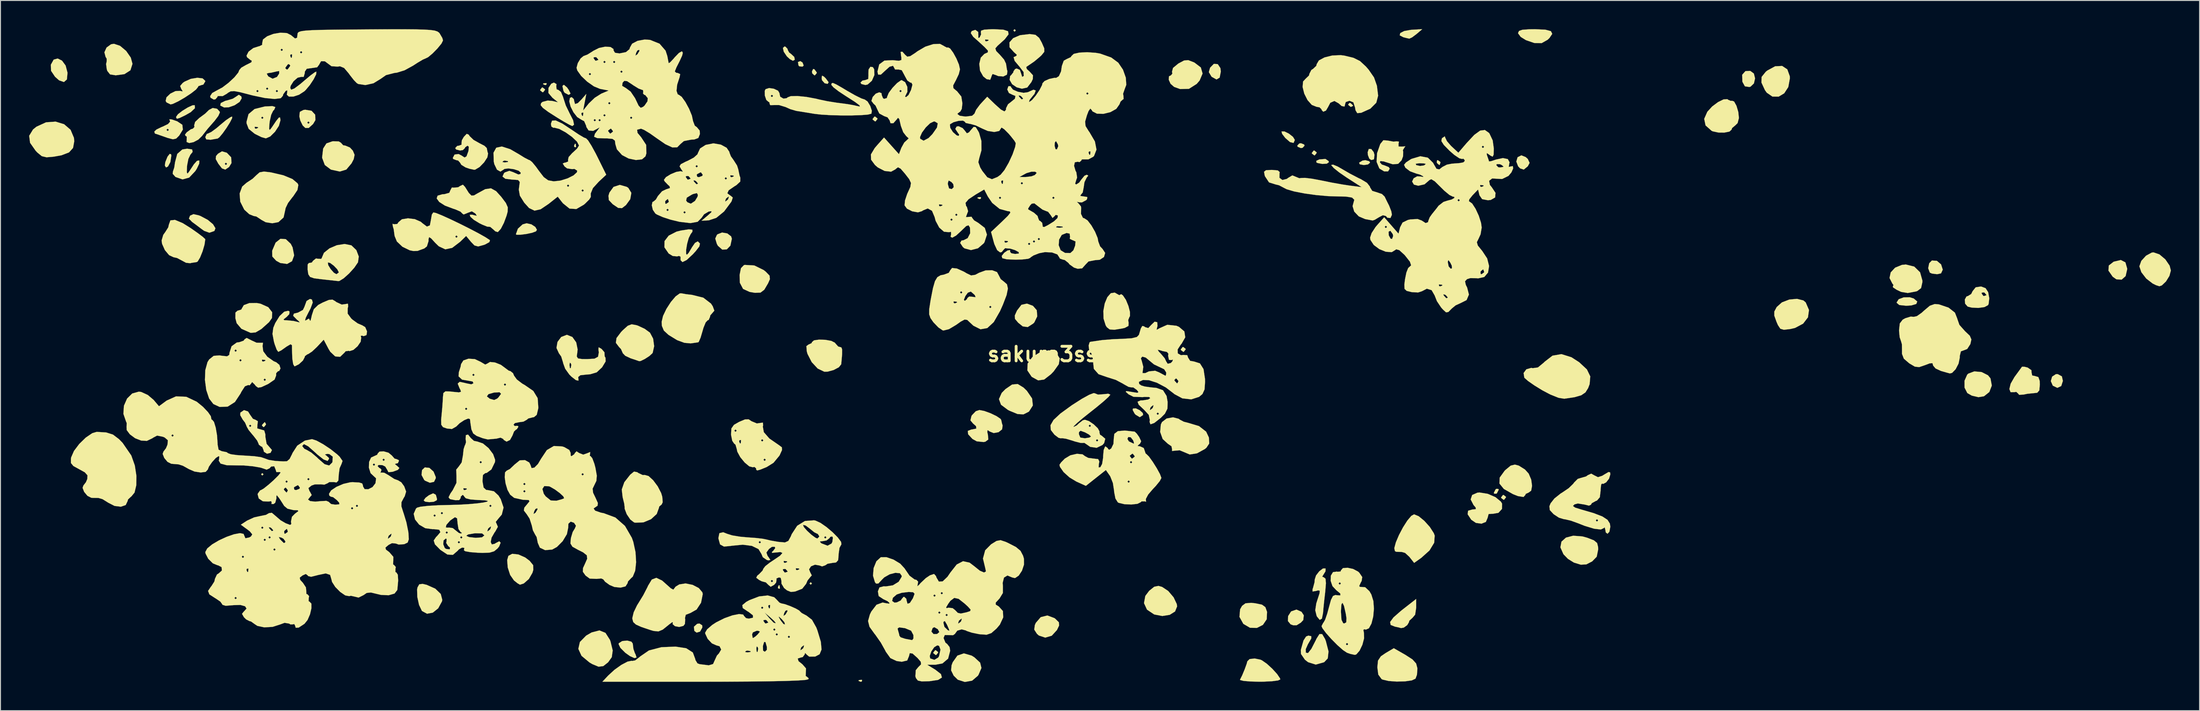
<source format=kicad_pcb>
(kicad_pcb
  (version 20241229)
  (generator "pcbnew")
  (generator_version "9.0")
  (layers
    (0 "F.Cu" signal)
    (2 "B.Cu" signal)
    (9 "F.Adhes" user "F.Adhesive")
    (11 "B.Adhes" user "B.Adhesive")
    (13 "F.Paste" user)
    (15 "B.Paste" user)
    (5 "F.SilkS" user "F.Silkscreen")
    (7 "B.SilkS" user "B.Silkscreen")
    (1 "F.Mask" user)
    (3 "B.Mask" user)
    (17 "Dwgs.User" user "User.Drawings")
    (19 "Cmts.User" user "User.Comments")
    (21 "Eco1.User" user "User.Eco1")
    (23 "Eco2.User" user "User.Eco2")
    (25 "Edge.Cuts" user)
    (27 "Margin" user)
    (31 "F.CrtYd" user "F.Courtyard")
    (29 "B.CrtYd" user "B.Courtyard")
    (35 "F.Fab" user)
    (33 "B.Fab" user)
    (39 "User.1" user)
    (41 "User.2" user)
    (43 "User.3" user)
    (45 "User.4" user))
  (footprint "sakura3ss"
    (layer "F.Cu")
    (at 106.067 34.046)
    (property "Reference" "sakura3ss" (at 0 0 0) (layer "F.SilkS") (effects (font (size 1.524 1.524) (thickness 0.3))))
    (attr through_hole)
    (fp_poly (pts (xy -81.534 12.573) (xy -81.661 12.7) (xy -81.788 12.573) (xy -81.661 12.446) (xy -81.534 12.573)) (stroke (width 0.01) (type solid)) (fill yes) (layer "F.SilkS"))
    (fp_poly (pts (xy -24.13 24.003) (xy -24.257 24.13) (xy -24.384 24.003) (xy -24.257 23.876) (xy -24.13 24.003)) (stroke (width 0.01) (type solid)) (fill yes) (layer "F.SilkS"))
    (fp_poly (pts (xy -2.794 -33.909) (xy -2.921 -33.782) (xy -3.048 -33.909) (xy -2.921 -34.036) (xy -2.794 -33.909)) (stroke (width 0.01) (type solid)) (fill yes) (layer "F.SilkS"))
    (fp_poly (pts (xy -51.901 -28.363) (xy -51.936 -28.212) (xy -52.07 -28.194) (xy -52.279 -28.287) (xy -52.239 -28.363) (xy -51.938 -28.394) (xy -51.901 -28.363)) (stroke (width 0.01) (type solid)) (fill yes) (layer "F.SilkS"))
    (fp_poly (pts (xy -48.853 -22.013) (xy -48.822 -21.712) (xy -48.853 -21.675) (xy -49.004 -21.71) (xy -49.022 -21.844) (xy -48.929 -22.053) (xy -48.853 -22.013)) (stroke (width 0.01) (type solid)) (fill yes) (layer "F.SilkS"))
    (fp_poly (pts (xy -27.517 24.215) (xy -27.486 24.516) (xy -27.517 24.553) (xy -27.668 24.518) (xy -27.686 24.384) (xy -27.593 24.175) (xy -27.517 24.215)) (stroke (width 0.01) (type solid)) (fill yes) (layer "F.SilkS"))
    (fp_poly (pts (xy -18.881 34.121) (xy -18.916 34.272) (xy -19.05 34.29) (xy -19.259 34.197) (xy -19.219 34.121) (xy -18.918 34.09) (xy -18.881 34.121)) (stroke (width 0.01) (type solid)) (fill yes) (layer "F.SilkS"))
    (fp_poly (pts (xy -6.435 -16.425) (xy -6.47 -16.274) (xy -6.604 -16.256) (xy -6.813 -16.349) (xy -6.773 -16.425) (xy -6.472 -16.456) (xy -6.435 -16.425)) (stroke (width 0.01) (type solid)) (fill yes) (layer "F.SilkS"))
    (fp_poly (pts (xy -25.12 -30.555) (xy -24.995 -30.237) (xy -25.106 -30.124) (xy -25.45 -30.146) (xy -25.535 -30.239) (xy -25.594 -30.599) (xy -25.348 -30.696) (xy -25.12 -30.555)) (stroke (width 0.01) (type solid)) (fill yes) (layer "F.SilkS"))
    (fp_poly (pts (xy -81.283 7.309) (xy -81.28 7.366) (xy -81.475 7.61) (xy -81.549 7.62) (xy -81.701 7.464) (xy -81.661 7.366) (xy -81.433 7.124) (xy -81.392 7.112) (xy -81.283 7.309)) (stroke (width 0.01) (type solid)) (fill yes) (layer "F.SilkS"))
    (fp_poly (pts (xy -52.077 -27.747) (xy -52.07 -27.686) (xy -52.263 -27.439) (xy -52.324 -27.432) (xy -52.571 -27.625) (xy -52.578 -27.686) (xy -52.385 -27.933) (xy -52.324 -27.94) (xy -52.077 -27.747)) (stroke (width 0.01) (type solid)) (fill yes) (layer "F.SilkS"))
    (fp_poly (pts (xy -35.616 28.388) (xy -35.605 28.617) (xy -35.84 29.041) (xy -36.201 29.15) (xy -36.441 28.969) (xy -36.482 28.533) (xy -36.149 28.234) (xy -35.907 28.194) (xy -35.616 28.388)) (stroke (width 0.01) (type solid)) (fill yes) (layer "F.SilkS"))
    (fp_poly (pts (xy -23.876 -29.845) (xy -23.632 -29.52) (xy -23.622 -29.449) (xy -23.816 -29.217) (xy -23.876 -29.21) (xy -24.099 -29.417) (xy -24.13 -29.606) (xy -24.007 -29.869) (xy -23.876 -29.845)) (stroke (width 0.01) (type solid)) (fill yes) (layer "F.SilkS"))
    (fp_poly (pts (xy -22.877 -29.075) (xy -22.685 -28.889) (xy -22.384 -28.484) (xy -22.481 -28.315) (xy -22.797 -28.377) (xy -23.076 -28.695) (xy -23.114 -28.905) (xy -23.075 -29.175) (xy -22.877 -29.075)) (stroke (width 0.01) (type solid)) (fill yes) (layer "F.SilkS"))
    (fp_poly (pts (xy -17.279 -24.699) (xy -17.272 -24.638) (xy -17.465 -24.391) (xy -17.526 -24.384) (xy -17.773 -24.577) (xy -17.78 -24.638) (xy -17.587 -24.885) (xy -17.526 -24.892) (xy -17.279 -24.699)) (stroke (width 0.01) (type solid)) (fill yes) (layer "F.SilkS"))
    (fp_poly (pts (xy -10.929 31.181) (xy -10.922 31.242) (xy -11.115 31.489) (xy -11.176 31.496) (xy -11.423 31.303) (xy -11.43 31.242) (xy -11.237 30.995) (xy -11.176 30.988) (xy -10.929 31.181)) (stroke (width 0.01) (type solid)) (fill yes) (layer "F.SilkS"))
    (fp_poly (pts (xy 14.979 -0.569) (xy 14.986 -0.508) (xy 14.793 -0.261) (xy 14.732 -0.254) (xy 14.485 -0.447) (xy 14.478 -0.508) (xy 14.671 -0.755) (xy 14.732 -0.762) (xy 14.979 -0.569)) (stroke (width 0.01) (type solid)) (fill yes) (layer "F.SilkS"))
    (fp_poly (pts (xy 27.389 -21.961) (xy 27.432 -21.844) (xy 27.226 -21.619) (xy 27.051 -21.59) (xy 26.713 -21.727) (xy 26.67 -21.844) (xy 26.876 -22.069) (xy 27.051 -22.098) (xy 27.389 -21.961)) (stroke (width 0.01) (type solid)) (fill yes) (layer "F.SilkS"))
    (fp_poly (pts (xy 28.695 -21.143) (xy 28.702 -21.082) (xy 28.509 -20.835) (xy 28.448 -20.828) (xy 28.201 -21.021) (xy 28.194 -21.082) (xy 28.387 -21.329) (xy 28.448 -21.336) (xy 28.695 -21.143)) (stroke (width 0.01) (type solid)) (fill yes) (layer "F.SilkS"))
    (fp_poly (pts (xy 32.258 -26.289) (xy 32.5 -26.061) (xy 32.512 -26.02) (xy 32.315 -25.911) (xy 32.258 -25.908) (xy 32.014 -26.103) (xy 32.004 -26.177) (xy 32.16 -26.329) (xy 32.258 -26.289)) (stroke (width 0.01) (type solid)) (fill yes) (layer "F.SilkS"))
    (fp_poly (pts (xy 34.202 -20.211) (xy 34.29 -20.066) (xy 34.072 -19.877) (xy 33.64 -19.812) (xy 33.208 -19.893) (xy 33.147 -20.066) (xy 33.505 -20.279) (xy 33.797 -20.32) (xy 34.202 -20.211)) (stroke (width 0.01) (type solid)) (fill yes) (layer "F.SilkS"))
    (fp_poly (pts (xy 41.646 -20.136) (xy 41.656 -20.066) (xy 41.569 -19.819) (xy 41.544 -19.812) (xy 41.327 -19.99) (xy 41.275 -20.066) (xy 41.295 -20.3) (xy 41.387 -20.32) (xy 41.646 -20.136)) (stroke (width 0.01) (type solid)) (fill yes) (layer "F.SilkS"))
    (fp_poly (pts (xy 47.732 14.109) (xy 47.752 14.194) (xy 47.567 14.553) (xy 47.498 14.605) (xy 47.264 14.593) (xy 47.244 14.508) (xy 47.429 14.149) (xy 47.498 14.097) (xy 47.732 14.109)) (stroke (width 0.01) (type solid)) (fill yes) (layer "F.SilkS"))
    (fp_poly (pts (xy 48.507 14.925) (xy 48.514 14.986) (xy 48.321 15.233) (xy 48.26 15.24) (xy 48.013 15.047) (xy 48.006 14.986) (xy 48.199 14.739) (xy 48.26 14.732) (xy 48.507 14.925)) (stroke (width 0.01) (type solid)) (fill yes) (layer "F.SilkS"))
    (fp_poly (pts (xy -91.205 -20.934) (xy -91.186 -20.773) (xy -91.287 -20.121) (xy -91.534 -19.663) (xy -91.738 -19.558) (xy -91.863 -19.76) (xy -91.81 -20.13) (xy -91.582 -20.69) (xy -91.353 -20.986) (xy -91.205 -20.934)) (stroke (width 0.01) (type solid)) (fill yes) (layer "F.SilkS"))
    (fp_poly (pts (xy -49.767 -27.94) (xy -49.589 -27.686) (xy -49.401 -27.301) (xy -49.545 -27.181) (xy -49.628 -27.178) (xy -50.017 -27.384) (xy -50.138 -27.58) (xy -50.248 -28.093) (xy -50.096 -28.219) (xy -49.767 -27.94)) (stroke (width 0.01) (type solid)) (fill yes) (layer "F.SilkS"))
    (fp_poly (pts (xy 10.186 5.867) (xy 10.499 6.156) (xy 10.533 6.363) (xy 10.186 6.591) (xy 9.743 6.325) (xy 9.647 6.217) (xy 9.444 5.84) (xy 9.467 5.688) (xy 9.772 5.666) (xy 10.186 5.867)) (stroke (width 0.01) (type solid)) (fill yes) (layer "F.SilkS"))
    (fp_poly (pts (xy 29.949 -20.229) (xy 29.972 -20.105) (xy 29.764 -19.959) (xy 29.298 -19.929) (xy 28.81 -20.02) (xy 28.671 -20.085) (xy 28.667 -20.259) (xy 28.979 -20.4) (xy 29.619 -20.451) (xy 29.949 -20.229)) (stroke (width 0.01) (type solid)) (fill yes) (layer "F.SilkS"))
    (fp_poly (pts (xy 34.415 -21.488) (xy 34.667 -21.172) (xy 34.752 -20.872) (xy 34.696 -20.411) (xy 34.414 -20.34) (xy 34.205 -20.489) (xy 34.062 -20.861) (xy 34.036 -21.145) (xy 34.155 -21.498) (xy 34.415 -21.488)) (stroke (width 0.01) (type solid)) (fill yes) (layer "F.SilkS"))
    (fp_poly (pts (xy 106.701 2.316) (xy 106.807 2.791) (xy 106.635 3.329) (xy 106.227 3.518) (xy 105.752 3.288) (xy 105.544 2.813) (xy 105.682 2.344) (xy 106.077 2.084) (xy 106.269 2.082) (xy 106.701 2.316)) (stroke (width 0.01) (type solid)) (fill yes) (layer "F.SilkS"))
    (fp_poly (pts (xy 18.346 -30.38) (xy 18.623 -29.967) (xy 18.669 -29.609) (xy 18.547 -28.971) (xy 18.216 -28.774) (xy 17.729 -29.044) (xy 17.683 -29.089) (xy 17.413 -29.543) (xy 17.544 -30.005) (xy 17.939 -30.409) (xy 18.346 -30.38)) (stroke (width 0.01) (type solid)) (fill yes) (layer "F.SilkS"))
    (fp_poly (pts (xy 50.578 -20.648) (xy 50.8 -20.447) (xy 50.988 -20.04) (xy 50.8 -19.685) (xy 50.379 -19.338) (xy 49.991 -19.466) (xy 49.787 -19.682) (xy 49.597 -20.18) (xy 49.732 -20.632) (xy 50.126 -20.828) (xy 50.578 -20.648)) (stroke (width 0.01) (type solid)) (fill yes) (layer "F.SilkS"))
    (fp_poly (pts (xy 93.617 -9.785) (xy 94.058 -9.408) (xy 94.234 -8.859) (xy 94.055 -8.471) (xy 93.641 -8.382) (xy 93.108 -8.448) (xy 92.879 -8.551) (xy 92.709 -9.006) (xy 92.814 -9.528) (xy 93.094 -9.815) (xy 93.617 -9.785)) (stroke (width 0.01) (type solid)) (fill yes) (layer "F.SilkS"))
    (fp_poly (pts (xy -64.174 11.899) (xy -63.739 12.286) (xy -63.508 12.851) (xy -63.5 12.972) (xy -63.687 13.359) (xy -64.125 13.457) (xy -64.632 13.236) (xy -64.719 13.157) (xy -64.995 12.64) (xy -64.941 12.122) (xy -64.65 11.849) (xy -64.174 11.899)) (stroke (width 0.01) (type solid)) (fill yes) (layer "F.SilkS"))
    (fp_poly (pts (xy -63.528 14.693) (xy -63.483 14.76) (xy -63.371 15.17) (xy -63.405 15.291) (xy -63.705 15.443) (xy -64.193 15.489) (xy -64.626 15.43) (xy -64.77 15.301) (xy -64.579 15.035) (xy -64.228 14.77) (xy -63.783 14.563) (xy -63.528 14.693)) (stroke (width 0.01) (type solid)) (fill yes) (layer "F.SilkS"))
    (fp_poly (pts (xy 25.796 -23.099) (xy 26.224 -22.76) (xy 26.416 -22.441) (xy 26.416 -22.436) (xy 26.279 -22.127) (xy 25.909 -22.219) (xy 25.413 -22.651) (xy 25.086 -23.078) (xy 25.022 -23.328) (xy 25.022 -23.329) (xy 25.329 -23.331) (xy 25.796 -23.099)) (stroke (width 0.01) (type solid)) (fill yes) (layer "F.SilkS"))
    (fp_poly (pts (xy 74.462 -29.394) (xy 74.588 -28.888) (xy 74.468 -28.361) (xy 74.112 -28.02) (xy 73.986 -27.987) (xy 73.524 -28.056) (xy 73.273 -28.511) (xy 73.256 -28.577) (xy 73.241 -29.268) (xy 73.577 -29.647) (xy 74.078 -29.675) (xy 74.462 -29.394)) (stroke (width 0.01) (type solid)) (fill yes) (layer "F.SilkS"))
    (fp_poly (pts (xy 91.198 -5.835) (xy 91.563 -5.523) (xy 91.462 -5.268) (xy 90.938 -5.111) (xy 90.409 -5.08) (xy 89.684 -5.155) (xy 89.412 -5.388) (xy 89.408 -5.433) (xy 89.625 -5.764) (xy 90.147 -5.957) (xy 90.778 -5.968) (xy 91.198 -5.835)) (stroke (width 0.01) (type solid)) (fill yes) (layer "F.SilkS"))
    (fp_poly (pts (xy 113.352 -9.622) (xy 113.537 -8.973) (xy 113.538 -8.907) (xy 113.374 -8.184) (xy 112.958 -7.812) (xy 112.404 -7.849) (xy 112.02 -8.122) (xy 111.573 -8.764) (xy 111.617 -9.295) (xy 112.125 -9.691) (xy 112.87 -9.868) (xy 113.352 -9.622)) (stroke (width 0.01) (type solid)) (fill yes) (layer "F.SilkS"))
    (fp_poly (pts (xy -88.715 -25.764) (xy -89.147 -25.356) (xy -89.706 -25.035) (xy -90.313 -24.742) (xy -90.594 -24.661) (xy -90.674 -24.77) (xy -90.678 -24.871) (xy -90.486 -25.137) (xy -90.024 -25.495) (xy -89.463 -25.84) (xy -88.973 -26.066) (xy -88.734 -26.081) (xy -88.715 -25.764)) (stroke (width 0.01) (type solid)) (fill yes) (layer "F.SilkS"))
    (fp_poly (pts (xy -53.495 -13.6) (xy -53.088 -13.332) (xy -52.917 -13.034) (xy -53.012 -12.873) (xy -53.417 -12.723) (xy -54.017 -12.595) (xy -54.622 -12.516) (xy -55.038 -12.514) (xy -55.118 -12.561) (xy -54.908 -13.148) (xy -54.416 -13.597) (xy -53.997 -13.716) (xy -53.495 -13.6)) (stroke (width 0.01) (type solid)) (fill yes) (layer "F.SilkS"))
    (fp_poly (pts (xy -32.991 -12.653) (xy -32.59 -12.346) (xy -32.512 -12.094) (xy -32.666 -11.37) (xy -33.046 -10.979) (xy -33.524 -10.962) (xy -33.976 -11.362) (xy -34.086 -11.566) (xy -34.25 -12.114) (xy -34.082 -12.492) (xy -34.018 -12.557) (xy -33.54 -12.746) (xy -32.991 -12.653)) (stroke (width 0.01) (type solid)) (fill yes) (layer "F.SilkS"))
    (fp_poly (pts (xy 27.112 26.97) (xy 27.352 27.336) (xy 27.298 27.833) (xy 27.044 28.104) (xy 26.602 28.379) (xy 26.246 28.38) (xy 25.971 28.28) (xy 25.693 27.941) (xy 25.711 27.42) (xy 26.017 26.939) (xy 26.032 26.927) (xy 26.587 26.737) (xy 27.112 26.97)) (stroke (width 0.01) (type solid)) (fill yes) (layer "F.SilkS"))
    (fp_poly (pts (xy 39.151 -33.531) (xy 38.684 -33.181) (xy 38.392 -33.049) (xy 38.389 -33.049) (xy 38.029 -33.132) (xy 37.768 -33.198) (xy 37.394 -33.396) (xy 37.448 -33.633) (xy 37.861 -33.846) (xy 38.565 -33.971) (xy 38.628 -33.975) (xy 39.751 -34.041) (xy 39.151 -33.531)) (stroke (width 0.01) (type solid)) (fill yes) (layer "F.SilkS"))
    (fp_poly (pts (xy -102.625 -30.745) (xy -102.248 -30.233) (xy -102.051 -29.485) (xy -102.05 -29.474) (xy -102.116 -28.774) (xy -102.426 -28.506) (xy -102.932 -28.683) (xy -103.357 -29.06) (xy -103.776 -29.684) (xy -103.791 -30.314) (xy -103.785 -30.339) (xy -103.5 -30.851) (xy -103.078 -30.969) (xy -102.625 -30.745)) (stroke (width 0.01) (type solid)) (fill yes) (layer "F.SilkS"))
    (fp_poly (pts (xy -83.855 -26.993) (xy -83.82 -26.804) (xy -84.038 -26.425) (xy -84.562 -26.075) (xy -85.194 -25.855) (xy -85.662 -25.844) (xy -86.062 -26.045) (xy -86.011 -26.303) (xy -85.544 -26.533) (xy -85.339 -26.582) (xy -84.754 -26.757) (xy -84.435 -26.957) (xy -84.115 -27.174) (xy -83.855 -26.993)) (stroke (width 0.01) (type solid)) (fill yes) (layer "F.SilkS"))
    (fp_poly (pts (xy -79.201 -12.052) (xy -78.685 -11.565) (xy -78.492 -11.191) (xy -78.328 -10.35) (xy -78.55 -9.746) (xy -79.064 -9.456) (xy -79.776 -9.555) (xy -80.209 -9.794) (xy -80.617 -10.238) (xy -80.624 -10.833) (xy -80.615 -10.874) (xy -80.265 -11.692) (xy -79.761 -12.09) (xy -79.201 -12.052)) (stroke (width 0.01) (type solid)) (fill yes) (layer "F.SilkS"))
    (fp_poly (pts (xy -26.905 -32.209) (xy -26.674 -31.964) (xy -26.674 -31.893) (xy -26.519 -31.597) (xy -26.312 -31.443) (xy -25.98 -31.134) (xy -25.925 -30.837) (xy -26.123 -30.734) (xy -26.441 -30.903) (xy -26.758 -31.199) (xy -27.079 -31.679) (xy -27.169 -32.071) (xy -27.005 -32.229) (xy -26.905 -32.209)) (stroke (width 0.01) (type solid)) (fill yes) (layer "F.SilkS"))
    (fp_poly (pts (xy -0.999 -5.071) (xy -0.598 -4.61) (xy -0.548 -3.969) (xy -0.852 -3.338) (xy -0.973 -3.214) (xy -1.547 -2.845) (xy -2.066 -2.919) (xy -2.544 -3.306) (xy -2.874 -3.699) (xy -2.897 -4.059) (xy -2.665 -4.576) (xy -2.201 -5.177) (xy -1.624 -5.304) (xy -0.999 -5.071)) (stroke (width 0.01) (type solid)) (fill yes) (layer "F.SilkS"))
    (fp_poly (pts (xy -43.513 -17.529) (xy -43.347 -17.416) (xy -43.033 -16.898) (xy -43.148 -16.239) (xy -43.596 -15.623) (xy -44.012 -15.301) (xy -44.406 -15.322) (xy -44.959 -15.698) (xy -44.988 -15.721) (xy -45.392 -16.147) (xy -45.426 -16.606) (xy -45.329 -16.928) (xy -44.897 -17.524) (xy -44.242 -17.736) (xy -43.513 -17.529)) (stroke (width 0.01) (type solid)) (fill yes) (layer "F.SilkS"))
    (fp_poly (pts (xy 1.253 27.632) (xy 1.346 27.703) (xy 1.712 28.062) (xy 1.743 28.4) (xy 1.516 28.877) (xy 0.971 29.473) (xy 0.29 29.673) (xy -0.378 29.452) (xy -0.583 29.268) (xy -0.862 28.834) (xy -0.8 28.365) (xy -0.699 28.131) (xy -0.183 27.531) (xy 0.513 27.355) (xy 1.253 27.632)) (stroke (width 0.01) (type solid)) (fill yes) (layer "F.SilkS"))
    (fp_poly (pts (xy 98.301 1.866) (xy 98.966 2.202) (xy 99.23 2.526) (xy 99.368 3.279) (xy 99.109 3.952) (xy 98.549 4.399) (xy 97.965 4.495) (xy 97.272 4.331) (xy 96.805 4.064) (xy 96.514 3.495) (xy 96.512 2.77) (xy 96.788 2.145) (xy 96.899 2.033) (xy 97.536 1.794) (xy 98.301 1.866)) (stroke (width 0.01) (type solid)) (fill yes) (layer "F.SilkS"))
    (fp_poly (pts (xy -88.294 -14.54) (xy -88.121 -14.471) (xy -87.367 -14.069) (xy -86.821 -13.613) (xy -86.567 -13.193) (xy -86.677 -12.91) (xy -87.2 -12.726) (xy -87.748 -12.922) (xy -88.011 -13.11) (xy -88.635 -13.582) (xy -89.017 -13.861) (xy -89.342 -14.203) (xy -89.227 -14.507) (xy -89.221 -14.512) (xy -88.867 -14.67) (xy -88.294 -14.54)) (stroke (width 0.01) (type solid)) (fill yes) (layer "F.SilkS"))
    (fp_poly (pts (xy -43.03 30.098) (xy -42.887 30.29) (xy -42.826 30.789) (xy -42.817 30.861) (xy -42.662 31.3) (xy -42.598 31.415) (xy -42.489 31.755) (xy -42.709 31.816) (xy -43.173 31.611) (xy -43.667 31.259) (xy -44.18 30.747) (xy -44.369 30.35) (xy -44.347 30.264) (xy -43.992 30.036) (xy -43.475 29.982) (xy -43.03 30.098)) (stroke (width 0.01) (type solid)) (fill yes) (layer "F.SilkS"))
    (fp_poly (pts (xy -17.752 -30.065) (xy -17.618 -29.845) (xy -17.593 -29.24) (xy -17.857 -28.64) (xy -18.296 -28.249) (xy -18.537 -28.194) (xy -18.952 -28.299) (xy -19.05 -28.448) (xy -18.839 -28.659) (xy -18.577 -28.702) (xy -18.236 -28.822) (xy -18.212 -29.261) (xy -18.22 -29.307) (xy -18.204 -29.817) (xy -18.009 -30.105) (xy -17.752 -30.065)) (stroke (width 0.01) (type solid)) (fill yes) (layer "F.SilkS"))
    (fp_poly (pts (xy -7.411 31.56) (xy -7.123 31.742) (xy -6.524 32.295) (xy -6.389 32.852) (xy -6.69 33.554) (xy -6.76 33.664) (xy -7.361 34.178) (xy -8.122 34.317) (xy -8.861 34.081) (xy -9.295 33.654) (xy -9.562 33.106) (xy -9.516 32.575) (xy -9.396 32.253) (xy -8.904 31.557) (xy -8.226 31.323) (xy -7.411 31.56)) (stroke (width 0.01) (type solid)) (fill yes) (layer "F.SilkS"))
    (fp_poly (pts (xy 1.377 -0.173) (xy 1.486 -0.082) (xy 1.806 0.44) (xy 1.706 1.047) (xy 1.171 1.797) (xy 0.885 2.095) (xy 0.177 2.645) (xy -0.447 2.737) (xy -1.093 2.383) (xy -1.143 2.341) (xy -1.584 1.689) (xy -1.552 0.969) (xy -1.059 0.293) (xy -0.189 -0.251) (xy 0.663 -0.412) (xy 1.377 -0.173)) (stroke (width 0.01) (type solid)) (fill yes) (layer "F.SilkS"))
    (fp_poly (pts (xy 22.275 26.077) (xy 22.974 26.222) (xy 23.329 26.481) (xy 23.506 26.973) (xy 23.471 27.753) (xy 23.076 28.336) (xy 22.452 28.654) (xy 21.728 28.644) (xy 21.036 28.239) (xy 21.018 28.221) (xy 20.619 27.499) (xy 20.686 26.711) (xy 20.892 26.348) (xy 21.25 26.08) (xy 21.848 26.031) (xy 22.275 26.077)) (stroke (width 0.01) (type solid)) (fill yes) (layer "F.SilkS"))
    (fp_poly (pts (xy 52.629 -33.989) (xy 53.219 -33.833) (xy 53.358 -33.55) (xy 53.068 -33.118) (xy 52.875 -32.932) (xy 52.251 -32.582) (xy 51.478 -32.593) (xy 50.609 -32.891) (xy 50.058 -33.231) (xy 49.789 -33.596) (xy 49.784 -33.643) (xy 49.879 -33.855) (xy 50.23 -33.977) (xy 50.933 -34.029) (xy 51.562 -34.036) (xy 52.629 -33.989)) (stroke (width 0.01) (type solid)) (fill yes) (layer "F.SilkS"))
    (fp_poly (pts (xy 77.963 -29.832) (xy 78.222 -29.113) (xy 78.232 -28.896) (xy 78.066 -27.981) (xy 77.639 -27.325) (xy 77.051 -26.975) (xy 76.408 -26.981) (xy 75.811 -27.392) (xy 75.62 -27.662) (xy 75.253 -28.454) (xy 75.276 -29.044) (xy 75.704 -29.576) (xy 75.853 -29.7) (xy 76.691 -30.156) (xy 77.424 -30.19) (xy 77.963 -29.832)) (stroke (width 0.01) (type solid)) (fill yes) (layer "F.SilkS"))
    (fp_poly (pts (xy -64.451 24.149) (xy -63.551 24.55) (xy -62.982 25.102) (xy -62.822 25.72) (xy -62.855 25.877) (xy -63.25 26.605) (xy -63.814 27.056) (xy -64.419 27.171) (xy -64.939 26.89) (xy -64.964 26.86) (xy -65.256 26.245) (xy -65.438 25.406) (xy -65.458 24.627) (xy -65.413 24.41) (xy -65.231 24.09) (xy -64.87 24.047) (xy -64.451 24.149)) (stroke (width 0.01) (type solid)) (fill yes) (layer "F.SilkS"))
    (fp_poly (pts (xy -54.859 20.966) (xy -54.143 21.283) (xy -53.679 21.633) (xy -53.309 22.087) (xy -53.293 22.573) (xy -53.388 22.889) (xy -53.762 23.535) (xy -54.292 24.001) (xy -54.692 24.13) (xy -54.948 23.982) (xy -55.319 23.686) (xy -55.718 23.111) (xy -55.972 22.326) (xy -56.03 21.558) (xy -55.903 21.111) (xy -55.499 20.896) (xy -54.859 20.966)) (stroke (width 0.01) (type solid)) (fill yes) (layer "F.SilkS"))
    (fp_poly (pts (xy -45.743 29.175) (xy -45.277 29.906) (xy -45.217 30.068) (xy -44.983 31.021) (xy -45.082 31.722) (xy -45.466 32.258) (xy -45.971 32.656) (xy -46.467 32.718) (xy -47.12 32.446) (xy -47.418 32.271) (xy -48.249 31.579) (xy -48.582 30.851) (xy -48.419 30.132) (xy -47.764 29.464) (xy -47.19 29.132) (xy -46.374 28.92) (xy -45.743 29.175)) (stroke (width 0.01) (type solid)) (fill yes) (layer "F.SilkS"))
    (fp_poly (pts (xy -30.167 -9.3) (xy -29.178 -8.814) (xy -28.961 -8.641) (xy -28.565 -8.232) (xy -28.53 -7.862) (xy -28.723 -7.427) (xy -29.117 -6.758) (xy -29.513 -6.455) (xy -30.095 -6.433) (xy -30.652 -6.527) (xy -31.339 -6.843) (xy -31.674 -7.482) (xy -31.703 -8.299) (xy -31.559 -9.014) (xy -31.25 -9.33) (xy -31.158 -9.355) (xy -30.167 -9.3)) (stroke (width 0.01) (type solid)) (fill yes) (layer "F.SilkS"))
    (fp_poly (pts (xy -1.977 3.496) (xy -1.635 3.828) (xy -1.087 4.628) (xy -1.007 5.363) (xy -1.399 5.98) (xy -1.464 6.032) (xy -1.991 6.296) (xy -2.606 6.261) (xy -3.447 5.914) (xy -3.619 5.825) (xy -4.34 5.286) (xy -4.556 4.696) (xy -4.267 4.049) (xy -3.873 3.649) (xy -3.179 3.172) (xy -2.593 3.117) (xy -1.977 3.496)) (stroke (width 0.01) (type solid)) (fill yes) (layer "F.SilkS"))
    (fp_poly (pts (xy 12.52 24.364) (xy 13.162 24.79) (xy 13.728 25.458) (xy 14.06 26.164) (xy 14.093 26.398) (xy 13.878 26.935) (xy 13.313 27.288) (xy 12.541 27.41) (xy 11.702 27.249) (xy 11.689 27.244) (xy 10.941 26.743) (xy 10.626 26.061) (xy 10.765 25.307) (xy 11.165 24.776) (xy 11.695 24.347) (xy 12.136 24.257) (xy 12.52 24.364)) (stroke (width 0.01) (type solid)) (fill yes) (layer "F.SilkS"))
    (fp_poly (pts (xy 39.116 26.536) (xy 39.008 27.268) (xy 38.735 27.594) (xy 38.398 27.899) (xy 38.354 28.067) (xy 38.18 28.363) (xy 37.82 28.624) (xy 37.52 28.676) (xy 37.508 28.667) (xy 37.258 28.599) (xy 36.894 28.523) (xy 36.445 28.345) (xy 36.389 28.036) (xy 36.74 27.558) (xy 37.516 26.876) (xy 37.719 26.715) (xy 39.116 25.624) (xy 39.116 26.536)) (stroke (width 0.01) (type solid)) (fill yes) (layer "F.SilkS"))
    (fp_poly (pts (xy 56.525 19.077) (xy 57.02 19.215) (xy 57.719 19.488) (xy 58.056 19.768) (xy 58.16 20.195) (xy 58.166 20.442) (xy 58.014 21.2) (xy 57.54 21.688) (xy 56.923 22.007) (xy 56.344 22.035) (xy 55.626 21.815) (xy 55.002 21.426) (xy 54.531 20.941) (xy 54.211 20.22) (xy 54.323 19.624) (xy 54.793 19.201) (xy 55.551 19.002) (xy 56.525 19.077)) (stroke (width 0.01) (type solid)) (fill yes) (layer "F.SilkS"))
    (fp_poly (pts (xy 116.913 -10.456) (xy 117.529 -9.936) (xy 117.98 -9.278) (xy 118.11 -8.775) (xy 117.96 -8.209) (xy 117.599 -7.625) (xy 117.166 -7.21) (xy 116.903 -7.12) (xy 116.55 -7.237) (xy 116.205 -7.407) (xy 115.532 -7.928) (xy 115.02 -8.592) (xy 114.814 -9.207) (xy 115.016 -9.778) (xy 115.51 -10.319) (xy 116.103 -10.642) (xy 116.295 -10.668) (xy 116.913 -10.456)) (stroke (width 0.01) (type solid)) (fill yes) (layer "F.SilkS"))
    (fp_poly (pts (xy -102.405 -24.086) (xy -101.73 -23.505) (xy -101.375 -22.66) (xy -101.346 -22.298) (xy -101.47 -21.606) (xy -101.893 -21.137) (xy -102.69 -20.832) (xy -103.491 -20.689) (xy -104.248 -20.624) (xy -104.741 -20.742) (xy -105.203 -21.119) (xy -105.383 -21.307) (xy -105.97 -22.143) (xy -106.062 -22.879) (xy -105.66 -23.539) (xy -105.299 -23.829) (xy -104.294 -24.289) (xy -103.295 -24.36) (xy -102.405 -24.086)) (stroke (width 0.01) (type solid)) (fill yes) (layer "F.SilkS"))
    (fp_poly (pts (xy -96.55 -32.296) (xy -95.911 -31.758) (xy -95.427 -31.063) (xy -95.25 -30.412) (xy -95.466 -29.735) (xy -96.098 -29.33) (xy -97.006 -29.21) (xy -97.599 -29.305) (xy -97.888 -29.674) (xy -97.943 -29.857) (xy -98.012 -30.394) (xy -97.95 -30.659) (xy -97.95 -30.955) (xy -98.064 -31.139) (xy -98.19 -31.619) (xy -97.962 -32.119) (xy -97.494 -32.458) (xy -97.194 -32.512) (xy -96.55 -32.296)) (stroke (width 0.01) (type solid)) (fill yes) (layer "F.SilkS"))
    (fp_poly (pts (xy -84.824 -24.714) (xy -85.05 -24.272) (xy -85.407 -23.701) (xy -85.805 -23.14) (xy -86.153 -22.724) (xy -86.34 -22.587) (xy -86.681 -22.53) (xy -87.058 -22.462) (xy -87.528 -22.499) (xy -87.63 -22.735) (xy -87.475 -23.071) (xy -87.343 -23.114) (xy -87.004 -23.273) (xy -86.45 -23.68) (xy -86.073 -24.003) (xy -85.465 -24.508) (xy -84.986 -24.83) (xy -84.819 -24.892) (xy -84.824 -24.714)) (stroke (width 0.01) (type solid)) (fill yes) (layer "F.SilkS"))
    (fp_poly (pts (xy 79.649 -5.631) (xy 79.888 -5.428) (xy 80.231 -4.635) (xy 80.124 -3.864) (xy 79.618 -3.206) (xy 78.768 -2.755) (xy 78.296 -2.645) (xy 77.611 -2.563) (xy 77.235 -2.669) (xy 76.978 -3.059) (xy 76.831 -3.399) (xy 76.601 -4.043) (xy 76.605 -4.476) (xy 76.848 -4.937) (xy 76.852 -4.943) (xy 77.398 -5.43) (xy 78.167 -5.726) (xy 78.977 -5.803) (xy 79.649 -5.631)) (stroke (width 0.01) (type solid)) (fill yes) (layer "F.SilkS"))
    (fp_poly (pts (xy -85.378 -21.1) (xy -85.374 -21.098) (xy -84.919 -20.621) (xy -84.888 -20.017) (xy -85.141 -19.609) (xy -85.535 -19.337) (xy -85.884 -19.463) (xy -86.254 -19.939) (xy -85.598 -19.939) (xy -85.471 -19.812) (xy -85.344 -19.939) (xy -85.471 -20.066) (xy -85.598 -19.939) (xy -86.254 -19.939) (xy -86.266 -19.954) (xy -86.538 -20.445) (xy -86.502 -20.761) (xy -86.302 -20.995) (xy -85.883 -21.248) (xy -85.378 -21.1)) (stroke (width 0.01) (type solid)) (fill yes) (layer "F.SilkS"))
    (fp_poly (pts (xy -76.506 -25.495) (xy -76.125 -25.082) (xy -76.106 -24.514) (xy -76.346 -24.109) (xy -76.808 -23.695) (xy -77.157 -23.697) (xy -77.434 -23.96) (xy -77.579 -24.257) (xy -76.962 -24.257) (xy -76.835 -24.13) (xy -76.708 -24.257) (xy -76.835 -24.384) (xy -76.962 -24.257) (xy -77.579 -24.257) (xy -77.685 -24.475) (xy -77.783 -24.912) (xy -77.735 -25.381) (xy -77.357 -25.578) (xy -77.17 -25.606) (xy -76.506 -25.495)) (stroke (width 0.01) (type solid)) (fill yes) (layer "F.SilkS"))
    (fp_poly (pts (xy 37.987 31.479) (xy 38.73 31.959) (xy 39.111 32.384) (xy 39.242 32.88) (xy 39.244 32.915) (xy 39.198 33.562) (xy 39.044 33.972) (xy 38.654 34.153) (xy 37.938 34.255) (xy 37.074 34.276) (xy 36.238 34.215) (xy 35.606 34.068) (xy 35.496 34.016) (xy 35.149 33.543) (xy 35.052 32.778) (xy 35.121 32.08) (xy 35.418 31.631) (xy 35.913 31.292) (xy 36.774 30.784) (xy 37.987 31.479)) (stroke (width 0.01) (type solid)) (fill yes) (layer "F.SilkS"))
    (fp_poly (pts (xy 49.858 11.664) (xy 50.504 12.071) (xy 50.89 12.498) (xy 51.157 13.127) (xy 51.245 13.779) (xy 51.153 14.285) (xy 50.895 14.478) (xy 50.578 14.626) (xy 50.546 14.732) (xy 50.349 14.948) (xy 49.774 14.855) (xy 49.249 14.648) (xy 48.291 14.103) (xy 47.83 13.536) (xy 47.859 12.915) (xy 48.367 12.209) (xy 48.474 12.104) (xy 49.011 11.662) (xy 49.446 11.555) (xy 49.858 11.664)) (stroke (width 0.01) (type solid)) (fill yes) (layer "F.SilkS"))
    (fp_poly (pts (xy -81.842 -5.29) (xy -81.037 -4.927) (xy -80.627 -4.398) (xy -80.653 -3.79) (xy -80.957 -3.359) (xy -81.762 -2.64) (xy -82.366 -2.285) (xy -82.86 -2.244) (xy -82.931 -2.262) (xy -83.848 -2.669) (xy -84.345 -3.255) (xy -84.479 -3.773) (xy -84.473 -4.364) (xy -84.245 -4.569) (xy -84.196 -4.572) (xy -83.861 -4.678) (xy -83.82 -4.765) (xy -83.598 -5.144) (xy -83.023 -5.356) (xy -82.235 -5.364) (xy -81.842 -5.29)) (stroke (width 0.01) (type solid)) (fill yes) (layer "F.SilkS"))
    (fp_poly (pts (xy 15.832 -30.576) (xy 15.909 -30.54) (xy 16.576 -30.031) (xy 16.758 -29.396) (xy 16.451 -28.669) (xy 16.141 -28.309) (xy 15.331 -27.795) (xy 14.408 -27.771) (xy 13.78 -27.996) (xy 13.407 -28.323) (xy 13.213 -28.754) (xy 13.245 -29.107) (xy 13.454 -29.21) (xy 13.596 -29.395) (xy 13.558 -29.581) (xy 13.663 -29.979) (xy 14.214 -30.437) (xy 14.235 -30.449) (xy 14.817 -30.76) (xy 15.257 -30.798) (xy 15.832 -30.576)) (stroke (width 0.01) (type solid)) (fill yes) (layer "F.SilkS"))
    (fp_poly (pts (xy 91.251 -9.177) (xy 91.86 -8.581) (xy 92.103 -7.713) (xy 92.101 -7.551) (xy 91.964 -6.927) (xy 91.562 -6.617) (xy 91.433 -6.576) (xy 90.57 -6.415) (xy 89.879 -6.529) (xy 89.408 -6.752) (xy 89.033 -7) (xy 89.009 -7.108) (xy 89.014 -7.108) (xy 89.078 -7.249) (xy 88.951 -7.417) (xy 88.662 -7.984) (xy 88.786 -8.57) (xy 89.246 -9.065) (xy 89.964 -9.359) (xy 90.371 -9.398) (xy 91.251 -9.177)) (stroke (width 0.01) (type solid)) (fill yes) (layer "F.SilkS"))
    (fp_poly (pts (xy -73.661 -22.287) (xy -73.408 -22.132) (xy -73.406 -22.114) (xy -73.196 -21.886) (xy -72.959 -21.844) (xy -72.486 -21.646) (xy -72.184 -21.318) (xy -72.002 -20.883) (xy -72.095 -20.424) (xy -72.326 -19.985) (xy -72.869 -19.34) (xy -73.549 -19.133) (xy -74.466 -19.333) (xy -74.486 -19.341) (xy -75.119 -19.818) (xy -75.403 -20.582) (xy -75.297 -21.51) (xy -75.279 -21.562) (xy -74.948 -22.078) (xy -74.332 -22.293) (xy -74.227 -22.305) (xy -73.661 -22.287)) (stroke (width 0.01) (type solid)) (fill yes) (layer "F.SilkS"))
    (fp_poly (pts (xy 22.807 31.98) (xy 22.97 32.052) (xy 23.48 32.407) (xy 24.058 32.936) (xy 24.564 33.494) (xy 24.862 33.938) (xy 24.892 34.052) (xy 24.657 34.159) (xy 24.031 34.241) (xy 23.13 34.286) (xy 22.718 34.29) (xy 21.759 34.267) (xy 21.049 34.205) (xy 20.695 34.116) (xy 20.678 34.073) (xy 20.903 33.623) (xy 21.166 32.99) (xy 21.376 32.41) (xy 21.442 32.155) (xy 21.679 31.92) (xy 22.2 31.857) (xy 22.807 31.98)) (stroke (width 0.01) (type solid)) (fill yes) (layer "F.SilkS"))
    (fp_poly (pts (xy 39.374 16.959) (xy 39.97 17.448) (xy 40.545 18.088) (xy 40.959 18.733) (xy 41.055 18.988) (xy 41 19.739) (xy 40.508 20.549) (xy 39.655 21.314) (xy 38.903 21.849) (xy 38.4 21.21) (xy 37.956 20.802) (xy 37.569 20.692) (xy 37.554 20.697) (xy 37.044 20.688) (xy 36.892 20.619) (xy 36.826 20.304) (xy 36.988 19.7) (xy 37.313 18.934) (xy 37.735 18.132) (xy 38.189 17.419) (xy 38.608 16.922) (xy 38.896 16.764) (xy 39.374 16.959)) (stroke (width 0.01) (type solid)) (fill yes) (layer "F.SilkS"))
    (fp_poly (pts (xy 71.77 -26.645) (xy 72.077 -26.521) (xy 72.154 -26.554) (xy 72.395 -26.463) (xy 72.641 -26.02) (xy 72.83 -25.379) (xy 72.898 -24.74) (xy 72.76 -24.206) (xy 72.517 -23.968) (xy 72.179 -23.683) (xy 72.135 -23.531) (xy 71.915 -23.322) (xy 71.385 -23.213) (xy 70.735 -23.218) (xy 70.152 -23.346) (xy 70.036 -23.401) (xy 69.405 -23.963) (xy 69.263 -24.65) (xy 69.59 -25.391) (xy 70.097 -25.945) (xy 70.708 -26.402) (xy 71.285 -26.685) (xy 71.691 -26.713) (xy 71.77 -26.645)) (stroke (width 0.01) (type solid)) (fill yes) (layer "F.SilkS"))
    (fp_poly (pts (xy 7.748 -6.349) (xy 8.054 -6.181) (xy 8.128 -6.243) (xy 8.266 -6.281) (xy 8.425 -6.155) (xy 8.734 -5.693) (xy 8.996 -5.055) (xy 9.157 -4.427) (xy 9.16 -3.991) (xy 9.105 -3.913) (xy 8.973 -3.584) (xy 9.013 -3.314) (xy 9 -2.967) (xy 8.613 -2.76) (xy 8.357 -2.7) (xy 7.524 -2.565) (xy 7.031 -2.601) (xy 6.733 -2.836) (xy 6.613 -3.031) (xy 6.391 -3.741) (xy 6.373 -4.542) (xy 6.518 -5.325) (xy 6.791 -5.978) (xy 7.153 -6.392) (xy 7.566 -6.456) (xy 7.748 -6.349)) (stroke (width 0.01) (type solid)) (fill yes) (layer "F.SilkS"))
    (fp_poly (pts (xy 14.258 6.758) (xy 14.364 6.842) (xy 14.787 7.064) (xy 15.24 7.18) (xy 16.381 7.522) (xy 17.131 8.108) (xy 17.416 8.712) (xy 17.455 9.344) (xy 17.158 9.791) (xy 16.989 9.928) (xy 16.168 10.378) (xy 15.413 10.495) (xy 14.878 10.27) (xy 14.366 10.058) (xy 13.964 10.088) (xy 13.559 10.13) (xy 13.564 9.947) (xy 13.503 9.634) (xy 13.121 9.37) (xy 12.582 8.876) (xy 12.319 8.135) (xy 12.389 7.357) (xy 12.511 7.102) (xy 12.992 6.73) (xy 13.66 6.604) (xy 14.258 6.758)) (stroke (width 0.01) (type solid)) (fill yes) (layer "F.SilkS"))
    (fp_poly (pts (xy 46.61 14.616) (xy 47.415 14.966) (xy 47.984 15.435) (xy 48.107 15.644) (xy 48.097 16.197) (xy 47.728 16.604) (xy 47.146 16.707) (xy 47.117 16.702) (xy 46.697 16.733) (xy 46.594 17.124) (xy 46.594 17.126) (xy 46.411 17.558) (xy 45.945 17.742) (xy 45.367 17.659) (xy 44.881 17.328) (xy 44.502 16.755) (xy 44.551 16.383) (xy 44.997 16.256) (xy 45.371 16.223) (xy 45.336 16.038) (xy 45.118 15.785) (xy 44.819 15.204) (xy 44.975 14.738) (xy 45.533 14.492) (xy 45.76 14.478) (xy 46.61 14.616)) (stroke (width 0.01) (type solid)) (fill yes) (layer "F.SilkS"))
    (fp_poly (pts (xy -89.006 -21.446) (xy -88.953 -21.19) (xy -89.192 -20.892) (xy -89.399 -20.459) (xy -89.533 -19.771) (xy -89.544 -19.634) (xy -89.561 -19.051) (xy -89.49 -18.912) (xy -89.315 -19.136) (xy -88.82 -19.891) (xy -88.496 -20.255) (xy -88.285 -20.291) (xy -88.249 -20.262) (xy -88.265 -19.96) (xy -88.522 -19.421) (xy -88.673 -19.184) (xy -89.317 -18.5) (xy -90.009 -18.309) (xy -90.747 -18.565) (xy -91.038 -18.89) (xy -91.024 -19.107) (xy -90.876 -19.555) (xy -90.794 -20.11) (xy -90.562 -20.981) (xy -90.033 -21.443) (xy -89.53 -21.526) (xy -89.006 -21.446)) (stroke (width 0.01) (type solid)) (fill yes) (layer "F.SilkS"))
    (fp_poly (pts (xy -42.488 -3.041) (xy -42.35 -2.995) (xy -41.635 -2.662) (xy -41.084 -2.259) (xy -40.753 -1.636) (xy -40.646 -0.846) (xy -40.796 -0.165) (xy -40.834 -0.102) (xy -41.143 0.183) (xy -41.623 0.495) (xy -42.057 0.705) (xy -42.211 0.726) (xy -42.482 0.631) (xy -43.037 0.446) (xy -43.117 0.42) (xy -43.672 0.159) (xy -43.938 -0.118) (xy -43.942 -0.148) (xy -44.119 -0.546) (xy -44.323 -0.762) (xy -44.654 -1.198) (xy -44.587 -1.695) (xy -44.101 -2.337) (xy -43.937 -2.506) (xy -43.41 -2.981) (xy -42.999 -3.137) (xy -42.488 -3.041)) (stroke (width 0.01) (type solid)) (fill yes) (layer "F.SilkS"))
    (fp_poly (pts (xy -22.721 -1.511) (xy -22.107 -1.399) (xy -21.722 -1.206) (xy -21.682 -1.143) (xy -21.379 -0.806) (xy -21.211 -0.762) (xy -21.046 -0.713) (xy -20.969 -0.493) (xy -20.973 0.002) (xy -21.049 0.879) (xy -21.066 1.05) (xy -21.312 1.361) (xy -21.853 1.648) (xy -22.481 1.82) (xy -22.842 1.826) (xy -23.525 1.499) (xy -24.153 0.826) (xy -24.595 -0.037) (xy -24.669 -0.305) (xy -24.713 -0.845) (xy -24.494 -1.016) (xy -24.479 -1.016) (xy -24.162 -1.164) (xy -24.13 -1.27) (xy -23.913 -1.456) (xy -23.383 -1.533) (xy -22.721 -1.511)) (stroke (width 0.01) (type solid)) (fill yes) (layer "F.SilkS"))
    (fp_poly (pts (xy 29.277 29.309) (xy 29.574 29.811) (xy 29.667 30.054) (xy 29.941 31.119) (xy 29.862 31.849) (xy 29.481 32.249) (xy 28.604 32.497) (xy 27.8 32.244) (xy 27.469 31.984) (xy 27.057 31.385) (xy 27.04 30.968) (xy 27.233 30.288) (xy 27.322 29.972) (xy 27.591 29.559) (xy 27.83 29.464) (xy 28.133 29.523) (xy 28.132 29.768) (xy 27.823 30.302) (xy 27.791 30.351) (xy 27.555 30.885) (xy 27.566 31.253) (xy 27.794 31.291) (xy 28.142 30.853) (xy 28.616 29.932) (xy 28.685 29.782) (xy 28.991 29.302) (xy 29.277 29.309)) (stroke (width 0.01) (type solid)) (fill yes) (layer "F.SilkS"))
    (fp_poly (pts (xy 55.368 0.315) (xy 56.178 0.837) (xy 56.986 1.589) (xy 57.339 2.319) (xy 57.271 3.129) (xy 57.116 3.541) (xy 56.835 3.993) (xy 56.394 4.295) (xy 55.677 4.501) (xy 54.61 4.657) (xy 54.021 4.562) (xy 53.149 4.212) (xy 52.324 3.777) (xy 51.488 3.263) (xy 50.82 2.797) (xy 50.45 2.471) (xy 50.434 2.448) (xy 50.359 1.968) (xy 50.647 1.576) (xy 51.156 1.429) (xy 51.329 1.456) (xy 51.858 1.383) (xy 52.478 0.873) (xy 52.549 0.795) (xy 53.387 0.147) (xy 54.322 -0.013) (xy 55.368 0.315)) (stroke (width 0.01) (type solid)) (fill yes) (layer "F.SilkS"))
    (fp_poly (pts (xy 103.123 1.397) (xy 103.516 1.671) (xy 103.531 1.928) (xy 103.596 2.225) (xy 103.894 2.286) (xy 104.239 2.389) (xy 104.378 2.785) (xy 104.394 3.175) (xy 104.342 3.781) (xy 104.125 4.029) (xy 103.823 4.067) (xy 103.087 4.14) (xy 102.68 4.224) (xy 102.228 4.246) (xy 102.108 4.102) (xy 101.923 3.936) (xy 101.729 3.971) (xy 101.335 3.974) (xy 101.206 3.645) (xy 101.341 3.083) (xy 101.738 2.389) (xy 101.758 2.362) (xy 102.187 1.776) (xy 102.47 1.387) (xy 102.523 1.31) (xy 102.774 1.308) (xy 103.123 1.397)) (stroke (width 0.01) (type solid)) (fill yes) (layer "F.SilkS"))
    (fp_poly (pts (xy -90.001 -13.735) (xy -89.171 -13.219) (xy -88.424 -12.695) (xy -87.876 -12.28) (xy -87.634 -12.053) (xy -87.63 -12.041) (xy -87.712 -11.468) (xy -87.915 -10.774) (xy -88.174 -10.133) (xy -88.422 -9.72) (xy -88.528 -9.652) (xy -89.076 -9.569) (xy -89.197 -9.532) (xy -89.644 -9.579) (xy -90.028 -9.786) (xy -90.59 -10.083) (xy -90.951 -10.16) (xy -91.415 -10.377) (xy -91.859 -10.906) (xy -92.152 -11.562) (xy -92.202 -11.911) (xy -92.029 -12.501) (xy -91.821 -12.791) (xy -91.505 -13.288) (xy -91.44 -13.579) (xy -91.281 -14.018) (xy -90.803 -14.07) (xy -90.001 -13.735)) (stroke (width 0.01) (type solid)) (fill yes) (layer "F.SilkS"))
    (fp_poly (pts (xy -91.156 -24.594) (xy -90.568 -24.39) (xy -90.032 -24.03) (xy -89.976 -23.525) (xy -90.361 -22.901) (xy -90.681 -22.584) (xy -91.019 -22.509) (xy -91.569 -22.653) (xy -91.821 -22.742) (xy -92.459 -22.966) (xy -92.851 -23.097) (xy -92.9 -23.11) (xy -92.964 -23.305) (xy -92.964 -23.317) (xy -92.781 -23.495) (xy -91.694 -23.495) (xy -91.567 -23.368) (xy -91.44 -23.495) (xy -91.567 -23.622) (xy -91.694 -23.495) (xy -92.781 -23.495) (xy -92.75 -23.526) (xy -92.219 -23.786) (xy -92.071 -23.843) (xy -91.533 -24.105) (xy -91.313 -24.352) (xy -91.324 -24.402) (xy -91.389 -24.601) (xy -91.156 -24.594)) (stroke (width 0.01) (type solid)) (fill yes) (layer "F.SilkS"))
    (fp_poly (pts (xy -87.905 -28.885) (xy -87.636 -28.632) (xy -87.63 -28.575) (xy -87.833 -28.238) (xy -88.011 -28.194) (xy -88.349 -28.08) (xy -88.392 -27.983) (xy -88.594 -27.725) (xy -89.103 -27.328) (xy -89.775 -26.883) (xy -90.466 -26.482) (xy -91.029 -26.218) (xy -91.258 -26.162) (xy -91.68 -26.367) (xy -91.778 -26.524) (xy -91.692 -26.904) (xy -91.291 -27.288) (xy -90.755 -27.554) (xy -90.262 -27.58) (xy -90.241 -27.572) (xy -89.984 -27.521) (xy -90.127 -27.761) (xy -90.139 -27.775) (xy -90.261 -28.092) (xy -89.99 -28.412) (xy -89.802 -28.543) (xy -89.147 -28.838) (xy -88.462 -28.953) (xy -87.905 -28.885)) (stroke (width 0.01) (type solid)) (fill yes) (layer "F.SilkS"))
    (fp_poly (pts (xy -50.864 -28.286) (xy -50.892 -28.067) (xy -50.856 -27.739) (xy -50.685 -27.686) (xy -50.399 -27.465) (xy -50.173 -26.926) (xy -50.158 -26.86) (xy -49.893 -26.045) (xy -49.503 -25.243) (xy -49.13 -24.514) (xy -49.031 -24.04) (xy -49.212 -23.896) (xy -49.513 -24.032) (xy -50.106 -24.364) (xy -50.762 -24.76) (xy -51.721 -25.372) (xy -52.291 -25.795) (xy -52.526 -26.084) (xy -52.481 -26.299) (xy -52.322 -26.429) (xy -51.792 -26.566) (xy -51.322 -26.528) (xy -50.701 -26.382) (xy -51.291 -26.859) (xy -51.71 -27.355) (xy -51.704 -27.892) (xy -51.415 -28.329) (xy -51.137 -28.448) (xy -50.864 -28.286)) (stroke (width 0.01) (type solid)) (fill yes) (layer "F.SilkS"))
    (fp_poly (pts (xy 98.716 -6.918) (xy 98.986 -6.502) (xy 99.103 -5.861) (xy 99.031 -5.263) (xy 98.974 -5.144) (xy 98.603 -4.941) (xy 97.952 -4.851) (xy 97.241 -4.889) (xy 96.838 -4.994) (xy 96.577 -5.294) (xy 96.54 -5.727) (xy 96.719 -6.051) (xy 96.871 -6.096) (xy 97.213 -6.309) (xy 97.24 -6.365) (xy 98.298 -6.365) (xy 98.482 -6.106) (xy 98.552 -6.096) (xy 98.799 -6.183) (xy 98.806 -6.208) (xy 98.628 -6.425) (xy 98.552 -6.477) (xy 98.318 -6.457) (xy 98.298 -6.365) (xy 97.24 -6.365) (xy 97.356 -6.604) (xy 97.681 -7.01) (xy 98.243 -7.096) (xy 98.716 -6.918)) (stroke (width 0.01) (type solid)) (fill yes) (layer "F.SilkS"))
    (fp_poly (pts (xy -86.397 -25.707) (xy -86.12 -25.405) (xy -86.107 -25.309) (xy -86.268 -24.953) (xy -86.669 -24.422) (xy -86.816 -24.257) (xy -87.397 -23.591) (xy -87.898 -22.951) (xy -87.953 -22.873) (xy -88.36 -22.476) (xy -88.86 -22.212) (xy -89.315 -22.118) (xy -89.582 -22.227) (xy -89.575 -22.466) (xy -89.572 -22.8) (xy -89.688 -22.86) (xy -89.752 -23.002) (xy -89.571 -23.241) (xy -89.146 -23.553) (xy -88.926 -23.622) (xy -88.763 -23.804) (xy -88.794 -23.965) (xy -88.693 -24.329) (xy -88.254 -24.745) (xy -88.214 -24.772) (xy -87.637 -25.2) (xy -87.244 -25.583) (xy -87.242 -25.585) (xy -86.855 -25.787) (xy -86.397 -25.707)) (stroke (width 0.01) (type solid)) (fill yes) (layer "F.SilkS"))
    (fp_poly (pts (xy -80.758 -19.044) (xy -79.456 -18.74) (xy -78.504 -18.347) (xy -77.968 -17.895) (xy -77.889 -17.723) (xy -77.984 -17.199) (xy -78.435 -16.527) (xy -78.508 -16.445) (xy -78.97 -15.836) (xy -79.228 -15.295) (xy -79.248 -15.167) (xy -79.435 -14.324) (xy -79.979 -13.834) (xy -80.623 -13.716) (xy -81.303 -13.824) (xy -81.777 -14.085) (xy -81.788 -14.097) (xy -82.279 -14.423) (xy -82.563 -14.478) (xy -83.024 -14.665) (xy -83.526 -15.121) (xy -83.56 -15.163) (xy -83.97 -15.979) (xy -84.035 -16.83) (xy -83.767 -17.559) (xy -83.312 -17.955) (xy -82.673 -18.378) (xy -82.282 -18.753) (xy -81.944 -19.049) (xy -81.482 -19.132) (xy -80.758 -19.044)) (stroke (width 0.01) (type solid)) (fill yes) (layer "F.SilkS"))
    (fp_poly (pts (xy -42.414 12.352) (xy -42.308 12.432) (xy -41.845 12.65) (xy -41.615 12.644) (xy -41.231 12.754) (xy -40.748 13.196) (xy -40.273 13.834) (xy -39.912 14.536) (xy -39.796 14.922) (xy -39.751 15.497) (xy -39.869 15.747) (xy -39.884 15.748) (xy -40.118 15.949) (xy -40.138 16.066) (xy -40.378 16.728) (xy -40.973 17.272) (xy -41.768 17.605) (xy -42.613 17.638) (xy -42.75 17.607) (xy -43.141 17.306) (xy -43.516 16.751) (xy -43.733 16.178) (xy -43.739 15.967) (xy -43.781 15.634) (xy -43.926 15.042) (xy -43.943 14.982) (xy -44.036 14.162) (xy -43.769 13.4) (xy -43.154 12.614) (xy -42.751 12.286) (xy -42.414 12.352)) (stroke (width 0.01) (type solid)) (fill yes) (layer "F.SilkS"))
    (fp_poly (pts (xy -6.091 5.94) (xy -5.435 6.179) (xy -4.811 6.479) (xy -4.395 6.761) (xy -4.318 6.884) (xy -4.236 7.264) (xy -4.171 7.453) (xy -4.226 7.864) (xy -4.6 8.161) (xy -5.105 8.252) (xy -5.493 8.101) (xy -5.75 7.941) (xy -5.774 8.155) (xy -5.712 8.431) (xy -5.67 8.926) (xy -5.963 9.148) (xy -6.165 9.195) (xy -6.881 9.117) (xy -7.327 8.87) (xy -7.782 8.379) (xy -7.815 8.025) (xy -7.426 7.875) (xy -7.366 7.874) (xy -6.923 7.785) (xy -6.956 7.528) (xy -7.271 7.247) (xy -7.542 6.922) (xy -7.436 6.483) (xy -7.389 6.393) (xy -6.977 5.965) (xy -6.604 5.842) (xy -6.091 5.94)) (stroke (width 0.01) (type solid)) (fill yes) (layer "F.SilkS"))
    (fp_poly (pts (xy 29.624 22.729) (xy 29.469 22.981) (xy 29.279 23.29) (xy 29.461 23.368) (xy 29.626 23.505) (xy 29.67 23.97) (xy 29.599 24.842) (xy 29.586 24.956) (xy 29.48 25.891) (xy 29.4 26.689) (xy 29.367 27.093) (xy 29.249 27.683) (xy 29.019 27.814) (xy 28.73 27.465) (xy 28.695 27.39) (xy 28.552 26.81) (xy 28.66 26.094) (xy 28.785 25.698) (xy 28.999 25.041) (xy 29.025 24.754) (xy 28.844 24.726) (xy 28.637 24.786) (xy 28.269 24.843) (xy 28.271 24.592) (xy 28.316 24.477) (xy 28.48 23.865) (xy 28.499 23.582) (xy 28.635 23.163) (xy 28.97 22.73) (xy 29.353 22.437) (xy 29.629 22.432) (xy 29.624 22.729)) (stroke (width 0.01) (type solid)) (fill yes) (layer "F.SilkS"))
    (fp_poly (pts (xy -37.32 -6.292) (xy -36.666 -6.215) (xy -35.501 -5.924) (xy -34.699 -5.307) (xy -34.513 -5.023) (xy -34.346 -4.567) (xy -34.508 -4.372) (xy -34.773 -4.069) (xy -34.798 -3.916) (xy -34.94 -3.592) (xy -35.048 -3.556) (xy -35.253 -3.333) (xy -35.485 -2.768) (xy -35.586 -2.413) (xy -35.788 -1.733) (xy -35.971 -1.312) (xy -36.035 -1.249) (xy -36.385 -1.2) (xy -36.83 -1.137) (xy -37.481 -1.198) (xy -38.218 -1.468) (xy -38.288 -1.505) (xy -39.148 -2.032) (xy -39.632 -2.481) (xy -39.835 -2.966) (xy -39.861 -3.397) (xy -39.716 -4.012) (xy -39.364 -4.748) (xy -38.895 -5.474) (xy -38.4 -6.058) (xy -37.968 -6.369) (xy -37.811 -6.382) (xy -37.32 -6.292)) (stroke (width 0.01) (type solid)) (fill yes) (layer "F.SilkS"))
    (fp_poly (pts (xy -36.643 -13.045) (xy -36.641 -12.834) (xy -36.829 -12.574) (xy -37.029 -12.169) (xy -37.195 -11.57) (xy -37.296 -10.959) (xy -37.298 -10.52) (xy -37.224 -10.414) (xy -37.035 -10.615) (xy -36.739 -11.107) (xy -36.699 -11.184) (xy -36.371 -11.659) (xy -36.089 -11.817) (xy -36.057 -11.804) (xy -35.85 -11.59) (xy -35.918 -11.288) (xy -36.301 -10.793) (xy -36.59 -10.477) (xy -37.244 -9.869) (xy -37.683 -9.653) (xy -37.876 -9.842) (xy -37.879 -10.214) (xy -38.043 -10.298) (xy -38.24 -10.247) (xy -38.702 -10.29) (xy -39.125 -10.55) (xy -39.573 -11.2) (xy -39.559 -11.849) (xy -39.122 -12.421) (xy -38.305 -12.84) (xy -37.831 -12.957) (xy -37.021 -13.079) (xy -36.643 -13.045)) (stroke (width 0.01) (type solid)) (fill yes) (layer "F.SilkS"))
    (fp_poly (pts (xy 36.147 -22.376) (xy 36.164 -22.37) (xy 36.751 -22.261) (xy 37.061 -22.296) (xy 37.308 -22.265) (xy 37.27 -22.034) (xy 37.275 -21.756) (xy 37.667 -21.747) (xy 37.675 -21.749) (xy 37.986 -21.774) (xy 37.924 -21.703) (xy 37.726 -21.38) (xy 37.753 -21.212) (xy 37.745 -20.736) (xy 37.589 -20.315) (xy 37.231 -19.94) (xy 36.672 -19.891) (xy 35.814 -20.161) (xy 35.751 -20.188) (xy 35.382 -20.232) (xy 35.306 -20.111) (xy 35.52 -19.864) (xy 35.824 -19.766) (xy 36.245 -19.595) (xy 36.345 -19.431) (xy 36.173 -19.148) (xy 35.767 -19.148) (xy 35.31 -19.421) (xy 35.248 -19.485) (xy 34.974 -20.144) (xy 35.023 -21.054) (xy 35.358 -22.016) (xy 35.678 -22.408) (xy 36.147 -22.376)) (stroke (width 0.01) (type solid)) (fill yes) (layer "F.SilkS"))
    (fp_poly (pts (xy -97.997 8.19) (xy -97.291 8.414) (xy -96.662 8.892) (xy -96.284 9.281) (xy -95.375 10.6) (xy -95.005 11.646) (xy -94.839 12.733) (xy -94.853 13.72) (xy -95.034 14.482) (xy -95.366 14.889) (xy -95.391 14.9) (xy -95.719 15.207) (xy -95.758 15.367) (xy -95.959 15.79) (xy -96.464 15.965) (xy -97.128 15.883) (xy -97.808 15.534) (xy -97.834 15.514) (xy -98.388 15.171) (xy -98.821 15.046) (xy -99.42 15.038) (xy -99.57 15.026) (xy -99.966 14.823) (xy -100.306 14.416) (xy -100.473 13.99) (xy -100.388 13.745) (xy -100.12 13.395) (xy -99.98 13.06) (xy -99.959 12.68) (xy -100.241 12.363) (xy -100.815 12.045) (xy -101.437 11.703) (xy -101.693 11.388) (xy -101.694 10.943) (xy -101.667 10.795) (xy -101.375 10.126) (xy -100.822 9.393) (xy -100.139 8.728) (xy -99.46 8.265) (xy -98.993 8.127) (xy -97.997 8.19)) (stroke (width 0.01) (type solid)) (fill yes) (layer "F.SilkS"))
    (fp_poly (pts (xy -83.156 5.992) (xy -82.931 6.35) (xy -82.641 6.762) (xy -82.389 6.858) (xy -82.126 7.012) (xy -82.169 7.366) (xy -82.191 7.765) (xy -81.831 7.874) (xy -81.822 7.874) (xy -81.461 7.981) (xy -81.338 8.394) (xy -81.337 8.667) (xy -81.211 9.382) (xy -80.933 9.699) (xy -80.652 10.029) (xy -80.799 10.324) (xy -81.168 10.414) (xy -81.492 10.21) (xy -81.534 10.033) (xy -81.671 9.695) (xy -81.788 9.652) (xy -82.033 9.457) (xy -82.042 9.387) (xy -82.201 9.04) (xy -82.593 8.53) (xy -82.677 8.437) (xy -83.096 7.926) (xy -83.306 7.554) (xy -83.312 7.516) (xy -83.322 7.493) (xy -83.058 7.493) (xy -82.931 7.62) (xy -82.804 7.493) (xy -82.931 7.366) (xy -83.058 7.493) (xy -83.322 7.493) (xy -83.467 7.159) (xy -83.718 6.831) (xy -83.97 6.384) (xy -83.957 6.112) (xy -83.576 5.851) (xy -83.156 5.992)) (stroke (width 0.01) (type solid)) (fill yes) (layer "F.SilkS"))
    (fp_poly (pts (xy -72.348 -11.407) (xy -72.329 -11.397) (xy -71.818 -10.905) (xy -71.564 -10.233) (xy -71.645 -9.629) (xy -72.035 -9.058) (xy -72.579 -8.457) (xy -73.141 -7.954) (xy -73.587 -7.679) (xy -73.698 -7.661) (xy -74.131 -7.71) (xy -74.875 -7.791) (xy -75.438 -7.852) (xy -76.238 -7.953) (xy -76.663 -8.098) (xy -76.846 -8.373) (xy -76.917 -8.853) (xy -76.912 -9.401) (xy -76.779 -9.565) (xy -76.753 -9.553) (xy -76.468 -9.609) (xy -76.465 -9.614) (xy -74.799 -9.614) (xy -74.767 -9.343) (xy -74.509 -8.918) (xy -74.166 -8.533) (xy -73.9 -8.382) (xy -73.665 -8.554) (xy -73.66 -8.597) (xy -73.819 -8.902) (xy -74.18 -9.277) (xy -74.567 -9.565) (xy -74.799 -9.614) (xy -76.465 -9.614) (xy -76.363 -9.776) (xy -76.046 -10.029) (xy -75.829 -10.002) (xy -75.495 -9.985) (xy -75.438 -10.084) (xy -75.21 -10.621) (xy -74.631 -11.088) (xy -73.856 -11.419) (xy -73.043 -11.547) (xy -72.348 -11.407)) (stroke (width 0.01) (type solid)) (fill yes) (layer "F.SilkS"))
    (fp_poly (pts (xy -0.739 -33.451) (xy -0.349 -33.129) (xy -0.072 -32.63) (xy 0.186 -32.033) (xy 0.19 -31.67) (xy -0.091 -31.32) (xy -0.267 -31.154) (xy -0.858 -30.659) (xy -1.374 -30.305) (xy -1.698 -30.085) (xy -1.645 -29.871) (xy -1.34 -29.592) (xy -0.996 -29.214) (xy -1.009 -28.825) (xy -1.162 -28.498) (xy -1.592 -27.935) (xy -2.149 -27.807) (xy -2.695 -27.952) (xy -3.18 -28.283) (xy -3.438 -28.735) (xy -3.386 -29.131) (xy -3.289 -29.218) (xy -3.046 -29.526) (xy -3.04 -29.619) (xy -2.868 -29.862) (xy -2.7 -29.923) (xy -2.367 -29.775) (xy -2.242 -29.415) (xy -2.125 -29.044) (xy -1.955 -29.144) (xy -1.978 -29.549) (xy -2.399 -30.108) (xy -2.91 -30.716) (xy -3.024 -31.106) (xy -2.737 -31.242) (xy -2.685 -31.359) (xy -2.991 -31.637) (xy -3.449 -32.148) (xy -3.457 -32.656) (xy -3.073 -33.097) (xy -2.35 -33.409) (xy -1.345 -33.528) (xy -1.342 -33.528) (xy -0.739 -33.451)) (stroke (width 0.01) (type solid)) (fill yes) (layer "F.SilkS"))
    (fp_poly (pts (xy -60.061 -22.998) (xy -59.95 -22.83) (xy -59.548 -22.445) (xy -58.934 -22.1) (xy -58.408 -21.827) (xy -58.168 -21.594) (xy -58.166 -21.58) (xy -58.084 -21.179) (xy -58.03 -21.023) (xy -58.104 -20.618) (xy -58.448 -20.09) (xy -58.92 -19.606) (xy -59.374 -19.335) (xy -59.487 -19.32) (xy -59.974 -19.423) (xy -60.389 -19.566) (xy -60.829 -19.838) (xy -60.96 -20.058) (xy -61.166 -20.29) (xy -61.341 -20.32) (xy -61.679 -20.449) (xy -61.722 -20.559) (xy -61.534 -20.914) (xy -61.112 -20.967) (xy -60.816 -20.814) (xy -60.488 -20.6) (xy -60.286 -20.726) (xy -60.087 -21.268) (xy -60.085 -21.273) (xy -60.041 -21.728) (xy -60.181 -21.844) (xy -60.441 -21.661) (xy -60.452 -21.59) (xy -60.665 -21.384) (xy -60.96 -21.336) (xy -61.373 -21.442) (xy -61.468 -21.59) (xy -61.261 -21.813) (xy -61.072 -21.844) (xy -60.797 -21.95) (xy -60.81 -22.061) (xy -60.777 -22.404) (xy -60.571 -22.759) (xy -60.267 -23.081) (xy -60.061 -22.998)) (stroke (width 0.01) (type solid)) (fill yes) (layer "F.SilkS"))
    (fp_poly (pts (xy -39.812 23.7) (xy -39.35 24.11) (xy -38.898 24.513) (xy -38.635 24.65) (xy -38.608 24.613) (xy -38.403 24.339) (xy -38.016 24.103) (xy -37.356 23.999) (xy -36.618 24.15) (xy -35.974 24.484) (xy -35.597 24.931) (xy -35.56 25.121) (xy -35.737 26.02) (xy -36.202 26.729) (xy -36.848 27.093) (xy -37.336 27.28) (xy -37.421 27.632) (xy -37.398 27.738) (xy -37.424 28.235) (xy -37.584 28.443) (xy -38.027 28.557) (xy -38.469 28.475) (xy -38.714 28.257) (xy -38.691 28.102) (xy -38.737 28.045) (xy -39.064 28.283) (xy -39.139 28.347) (xy -39.751 28.837) (xy -40.208 29.026) (xy -40.715 28.973) (xy -41.021 28.882) (xy -41.984 28.559) (xy -42.555 28.302) (xy -42.835 28.045) (xy -42.923 27.722) (xy -42.926 27.6) (xy -42.786 27.016) (xy -42.435 26.288) (xy -42.288 26.054) (xy -41.785 25.233) (xy -41.353 24.396) (xy -41.285 24.241) (xy -40.891 23.591) (xy -40.416 23.411) (xy -39.812 23.7)) (stroke (width 0.01) (type solid)) (fill yes) (layer "F.SilkS"))
    (fp_poly (pts (xy -80.298 -25.885) (xy -80.403 -25.627) (xy -80.533 -25.487) (xy -80.732 -25.074) (xy -80.884 -24.394) (xy -80.905 -24.23) (xy -80.949 -23.634) (xy -80.891 -23.477) (xy -80.707 -23.696) (xy -80.699 -23.708) (xy -80.208 -24.434) (xy -79.929 -24.782) (xy -79.801 -24.8) (xy -79.765 -24.538) (xy -79.764 -24.487) (xy -79.926 -23.92) (xy -80.332 -23.3) (xy -80.837 -22.803) (xy -81.288 -22.607) (xy -81.74 -22.733) (xy -82.37 -23.043) (xy -82.487 -23.111) (xy -83.088 -23.602) (xy -83.16 -23.791) (xy -82.465 -23.791) (xy -82.43 -23.64) (xy -82.296 -23.622) (xy -82.087 -23.715) (xy -82.127 -23.791) (xy -82.428 -23.822) (xy -82.465 -23.791) (xy -83.16 -23.791) (xy -83.305 -24.174) (xy -83.312 -24.341) (xy -83.202 -24.765) (xy -81.788 -24.765) (xy -81.661 -24.638) (xy -81.534 -24.765) (xy -81.661 -24.892) (xy -81.788 -24.765) (xy -83.202 -24.765) (xy -83.102 -25.147) (xy -82.469 -25.68) (xy -81.409 -25.944) (xy -81.344 -25.951) (xy -80.596 -25.983) (xy -80.298 -25.885)) (stroke (width 0.01) (type solid)) (fill yes) (layer "F.SilkS"))
    (fp_poly (pts (xy 31.578 -31.276) (xy 32.549 -31.043) (xy 33.234 -30.702) (xy 33.857 -30.126) (xy 34.144 -29.794) (xy 34.703 -28.985) (xy 35.007 -28.116) (xy 35.133 -27.08) (xy 34.94 -26.339) (xy 34.314 -25.713) (xy 33.355 -25.283) (xy 32.945 -25.249) (xy 32.764 -25.555) (xy 32.72 -25.833) (xy 32.539 -26.383) (xy 32.131 -26.543) (xy 31.748 -26.414) (xy 31.686 -26.226) (xy 31.617 -25.939) (xy 31.316 -25.991) (xy 31.001 -26.274) (xy 30.555 -26.524) (xy 30.127 -26.336) (xy 29.894 -25.89) (xy 29.674 -25.519) (xy 29.387 -25.396) (xy 29.215 -25.586) (xy 29.21 -25.654) (xy 28.997 -25.86) (xy 28.698 -25.908) (xy 28.192 -26.109) (xy 27.742 -26.616) (xy 27.403 -27.289) (xy 27.229 -27.984) (xy 27.277 -28.561) (xy 27.559 -28.864) (xy 27.897 -29.188) (xy 27.94 -29.372) (xy 28.145 -29.771) (xy 28.321 -29.88) (xy 28.659 -30.198) (xy 28.702 -30.377) (xy 28.931 -30.766) (xy 29.523 -31.083) (xy 30.331 -31.284) (xy 31.21 -31.321) (xy 31.578 -31.276)) (stroke (width 0.01) (type solid)) (fill yes) (layer "F.SilkS"))
    (fp_poly (pts (xy -49.207 -1.807) (xy -48.804 -1.243) (xy -48.656 -0.505) (xy -48.686 -0.217) (xy -48.748 0.224) (xy -48.62 0.436) (xy -48.182 0.503) (xy -47.657 0.508) (xy -46.888 0.462) (xy -46.518 0.262) (xy -46.44 -0.179) (xy -46.474 -0.494) (xy -46.455 -0.729) (xy -46.205 -0.593) (xy -46.117 -0.522) (xy -45.843 -0.198) (xy -45.839 -0.051) (xy -45.825 0.228) (xy -45.741 0.358) (xy -45.726 0.755) (xy -46.095 1.365) (xy -46.659 1.893) (xy -47.36 2.102) (xy -47.693 2.122) (xy -48.374 2.198) (xy -48.599 2.389) (xy -48.583 2.471) (xy -48.567 2.762) (xy -48.828 2.713) (xy -49.293 2.352) (xy -49.523 2.124) (xy -49.959 1.515) (xy -50.102 1.122) (xy -49.51 1.122) (xy -49.463 1.451) (xy -49.377 1.455) (xy -49.316 1.115) (xy -49.356 0.968) (xy -49.469 0.872) (xy -49.51 1.122) (xy -50.102 1.122) (xy -50.173 0.926) (xy -50.176 0.885) (xy -50.374 0.236) (xy -50.617 -0.107) (xy -50.87 -0.663) (xy -50.763 -1.291) (xy -50.376 -1.807) (xy -49.791 -2.032) (xy -49.767 -2.032) (xy -49.207 -1.807)) (stroke (width 0.01) (type solid)) (fill yes) (layer "F.SilkS"))
    (fp_poly (pts (xy -60.443 -17.526) (xy -60.043 -16.889) (xy -59.773 -16.615) (xy -59.501 -16.634) (xy -59.15 -16.838) (xy -58.327 -17.287) (xy -57.725 -17.375) (xy -57.19 -17.079) (xy -56.654 -16.487) (xy -56.169 -15.843) (xy -55.965 -15.383) (xy -55.986 -14.913) (xy -56.094 -14.511) (xy -56.371 -13.762) (xy -56.68 -13.162) (xy -56.715 -13.111) (xy -57.008 -12.793) (xy -57.278 -12.876) (xy -57.485 -13.071) (xy -57.808 -13.342) (xy -57.912 -13.348) (xy -58.112 -13.361) (xy -58.618 -13.565) (xy -58.928 -13.716) (xy -59.521 -14.076) (xy -59.879 -14.398) (xy -59.95 -14.603) (xy -59.68 -14.614) (xy -59.499 -14.56) (xy -59.206 -14.495) (xy -59.333 -14.702) (xy -59.379 -14.752) (xy -59.729 -14.969) (xy -60.175 -14.805) (xy -60.204 -14.787) (xy -60.586 -14.635) (xy -60.706 -14.72) (xy -60.926 -14.939) (xy -61.472 -15.177) (xy -61.658 -15.234) (xy -62.545 -15.567) (xy -63.142 -15.949) (xy -63.41 -16.318) (xy -63.31 -16.608) (xy -62.802 -16.756) (xy -62.596 -16.764) (xy -62.088 -16.906) (xy -61.976 -17.172) (xy -61.818 -17.462) (xy -61.626 -17.446) (xy -61.16 -17.485) (xy -60.975 -17.609) (xy -60.663 -17.756) (xy -60.443 -17.526)) (stroke (width 0.01) (type solid)) (fill yes) (layer "F.SilkS"))
    (fp_poly (pts (xy 93.84 -5.221) (xy 94.839 -4.881) (xy 95.507 -4.357) (xy 95.758 -3.718) (xy 95.758 -3.7) (xy 95.975 -3.077) (xy 96.556 -2.422) (xy 96.562 -2.416) (xy 97.067 -1.935) (xy 97.229 -1.549) (xy 97.124 -1.069) (xy 97.121 -1.06) (xy 96.791 -0.55) (xy 96.444 -0.416) (xy 96.132 -0.305) (xy 96.017 0.168) (xy 96.012 0.37) (xy 95.886 0.982) (xy 95.581 1.568) (xy 95.209 1.952) (xy 94.976 2.009) (xy 94.683 1.93) (xy 94.112 1.768) (xy 94.043 1.748) (xy 93.485 1.491) (xy 93.221 1.181) (xy 93.218 1.149) (xy 93.153 0.936) (xy 92.87 0.952) (xy 92.37 1.142) (xy 91.766 1.347) (xy 91.313 1.298) (xy 90.745 0.961) (xy 90.713 0.939) (xy 90.16 0.463) (xy 89.964 -0.045) (xy 89.966 -0.431) (xy 89.957 -1.049) (xy 89.85 -1.42) (xy 89.845 -1.426) (xy 89.724 -1.78) (xy 89.664 -2.416) (xy 89.662 -2.542) (xy 89.738 -3.228) (xy 90.038 -3.62) (xy 90.316 -3.772) (xy 90.873 -3.942) (xy 91.215 -3.919) (xy 91.525 -3.99) (xy 92.027 -4.342) (xy 92.275 -4.569) (xy 92.883 -5.081) (xy 93.395 -5.259) (xy 93.84 -5.221)) (stroke (width 0.01) (type solid)) (fill yes) (layer "F.SilkS"))
    (fp_poly (pts (xy -4.104 -33.989) (xy -3.6 -33.824) (xy -3.55 -33.501) (xy -3.948 -32.983) (xy -4.703 -32.299) (xy -4.933 -32.032) (xy -4.845 -31.753) (xy -4.458 -31.359) (xy -4.017 -30.851) (xy -3.812 -30.417) (xy -3.81 -30.386) (xy -3.72 -29.804) (xy -3.668 -29.645) (xy -3.721 -29.277) (xy -4.101 -29.087) (xy -4.642 -29.133) (xy -4.844 -29.22) (xy -5.225 -29.35) (xy -5.334 -29.124) (xy -5.334 -29.092) (xy -5.471 -28.743) (xy -5.839 -28.806) (xy -6.205 -29.101) (xy -6.534 -29.688) (xy -6.614 -30.406) (xy -6.458 -31.059) (xy -6.078 -31.453) (xy -6.062 -31.459) (xy -5.721 -31.611) (xy -5.707 -31.793) (xy -6.039 -32.146) (xy -6.177 -32.276) (xy -6.752 -32.804) (xy -6.901 -32.935) (xy -6.011 -32.935) (xy -5.976 -32.784) (xy -5.842 -32.766) (xy -5.633 -32.859) (xy -5.673 -32.935) (xy -5.974 -32.966) (xy -6.011 -32.935) (xy -6.901 -32.935) (xy -7.235 -33.229) (xy -7.248 -33.24) (xy -7.504 -33.631) (xy -7.409 -33.84) (xy -7.029 -33.97) (xy -6.729 -33.752) (xy -6.711 -33.362) (xy -6.714 -33.122) (xy -6.584 -33.16) (xy -6.419 -33.505) (xy -6.452 -33.681) (xy -6.424 -33.884) (xy -6.085 -33.994) (xy -5.349 -34.034) (xy -5.072 -34.036) (xy -4.104 -33.989)) (stroke (width 0.01) (type solid)) (fill yes) (layer "F.SilkS"))
    (fp_poly (pts (xy -63.479 -14.79) (xy -62.853 -14.537) (xy -61.992 -14.148) (xy -61.002 -13.674) (xy -59.988 -13.166) (xy -59.056 -12.678) (xy -58.313 -12.261) (xy -57.864 -11.967) (xy -57.829 -11.938) (xy -57.897 -11.742) (xy -58.332 -11.501) (xy -58.464 -11.451) (xy -59.069 -11.288) (xy -59.455 -11.395) (xy -59.817 -11.77) (xy -60.325 -12.385) (xy -60.96 -11.771) (xy -61.785 -11.142) (xy -62.505 -10.987) (xy -63.187 -11.305) (xy -63.543 -11.65) (xy -63.993 -12.136) (xy -64.2 -12.267) (xy -64.259 -12.067) (xy -64.262 -11.845) (xy -64.434 -11.294) (xy -64.707 -11.078) (xy -65.223 -10.891) (xy -65.405 -10.822) (xy -65.832 -10.807) (xy -66.225 -10.885) (xy -66.997 -11.259) (xy -67.577 -11.812) (xy -67.785 -12.319) (xy -61.468 -12.319) (xy -61.341 -12.192) (xy -61.214 -12.319) (xy -61.341 -12.446) (xy -61.468 -12.319) (xy -67.785 -12.319) (xy -67.818 -12.4) (xy -67.818 -12.423) (xy -67.908 -13.09) (xy -67.988 -13.356) (xy -68.035 -13.659) (xy -67.859 -13.615) (xy -67.532 -13.643) (xy -67.408 -13.827) (xy -67.051 -14.132) (xy -66.418 -14.236) (xy -65.697 -14.147) (xy -65.074 -13.872) (xy -64.902 -13.722) (xy -64.432 -13.369) (xy -64.122 -13.493) (xy -64.008 -14.081) (xy -64.008 -14.097) (xy -63.916 -14.626) (xy -63.763 -14.853) (xy -63.479 -14.79)) (stroke (width 0.01) (type solid)) (fill yes) (layer "F.SilkS"))
    (fp_poly (pts (xy -30.453 7.015) (xy -29.896 7.246) (xy -29.587 7.202) (xy -29.261 7.152) (xy -29.242 7.449) (xy -29.272 7.575) (xy -29.167 8.159) (xy -28.588 8.822) (xy -27.559 9.534) (xy -27.279 9.747) (xy -27.261 10.025) (xy -27.497 10.548) (xy -27.531 10.613) (xy -28.155 11.367) (xy -28.866 11.81) (xy -29.534 12.081) (xy -29.858 12.169) (xy -29.963 12.088) (xy -29.972 11.946) (xy -30.155 11.799) (xy -30.319 11.833) (xy -30.69 11.738) (xy -31.169 11.338) (xy -31.407 11.049) (xy -29.21 11.049) (xy -29.083 11.176) (xy -28.956 11.049) (xy -29.083 10.922) (xy -29.21 11.049) (xy -31.407 11.049) (xy -31.629 10.779) (xy -31.941 10.206) (xy -32.004 9.908) (xy -32.132 9.469) (xy -32.278 9.349) (xy -32.416 9.144) (xy -31.75 9.144) (xy -31.657 9.353) (xy -31.581 9.313) (xy -31.551 9.017) (xy -29.464 9.017) (xy -29.337 9.144) (xy -29.21 9.017) (xy -29.337 8.89) (xy -29.464 9.017) (xy -31.551 9.017) (xy -31.55 9.012) (xy -31.581 8.975) (xy -31.732 9.01) (xy -31.75 9.144) (xy -32.416 9.144) (xy -32.473 9.059) (xy -32.59 8.471) (xy -32.595 8.385) (xy -32.574 8.001) (xy -32.258 8.001) (xy -32.131 8.128) (xy -32.004 8.001) (xy -32.131 7.874) (xy -32.258 8.001) (xy -32.574 8.001) (xy -32.562 7.773) (xy -32.293 7.392) (xy -31.75 7.081) (xy -31.132 6.822) (xy -30.751 6.816) (xy -30.453 7.015)) (stroke (width 0.01) (type solid)) (fill yes) (layer "F.SilkS"))
    (fp_poly (pts (xy 59.413 12.367) (xy 59.436 12.585) (xy 59.302 13.028) (xy 59.002 13.415) (xy 58.685 13.579) (xy 58.577 13.535) (xy 58.476 13.65) (xy 58.422 14.132) (xy 58.42 14.292) (xy 58.338 14.974) (xy 58.048 15.312) (xy 57.912 15.367) (xy 57.502 15.592) (xy 57.404 15.759) (xy 57.203 15.853) (xy 56.749 15.74) (xy 56.03 15.626) (xy 55.68 15.723) (xy 55.524 15.891) (xy 55.753 16.058) (xy 56.394 16.258) (xy 57.715 16.643) (xy 58.607 16.989) (xy 59.142 17.338) (xy 59.392 17.733) (xy 59.436 18.062) (xy 59.344 18.576) (xy 59.148 18.797) (xy 58.965 18.662) (xy 58.908 18.352) (xy 58.842 18.111) (xy 58.77 18.195) (xy 58.445 18.352) (xy 57.747 18.271) (xy 56.744 17.967) (xy 56.039 17.689) (xy 55.302 17.423) (xy 55.2 17.399) (xy 57.912 17.399) (xy 58.039 17.526) (xy 58.166 17.399) (xy 58.039 17.272) (xy 57.912 17.399) (xy 55.2 17.399) (xy 54.691 17.28) (xy 54.581 17.272) (xy 54.057 17.112) (xy 53.501 16.746) (xy 53.099 16.312) (xy 53.065 15.911) (xy 53.182 15.615) (xy 53.583 15.105) (xy 54.228 14.59) (xy 54.419 14.473) (xy 55.082 14.022) (xy 55.56 13.559) (xy 55.635 13.446) (xy 56.033 13.048) (xy 56.346 12.954) (xy 56.9 12.796) (xy 57.088 12.66) (xy 57.441 12.503) (xy 57.773 12.69) (xy 58.145 12.872) (xy 58.588 12.728) (xy 58.8 12.597) (xy 59.246 12.334) (xy 59.413 12.367)) (stroke (width 0.01) (type solid)) (fill yes) (layer "F.SilkS"))
    (fp_poly (pts (xy -21.573 -28.249) (xy -20.928 -27.879) (xy -20.396 -27.56) (xy -19.602 -27.108) (xy -18.953 -26.788) (xy -18.599 -26.671) (xy -18.307 -26.465) (xy -18.025 -25.998) (xy -17.861 -25.494) (xy -17.904 -25.192) (xy -18.242 -25.101) (xy -18.962 -25.04) (xy -19.94 -25.008) (xy -21.05 -25.007) (xy -22.168 -25.036) (xy -23.169 -25.096) (xy -23.876 -25.177) (xy -24.754 -25.321) (xy -25.49 -25.44) (xy -25.781 -25.486) (xy -26.403 -25.668) (xy -26.889 -25.887) (xy -27.577 -26.096) (xy -28.088 -26.096) (xy -28.49 -26.084) (xy -28.552 -26.199) (xy -28.592 -26.406) (xy -28.657 -26.416) (xy -28.905 -26.628) (xy -29.048 -27.051) (xy -28.448 -27.051) (xy -28.321 -26.924) (xy -28.194 -27.051) (xy -28.321 -27.178) (xy -28.448 -27.051) (xy -29.048 -27.051) (xy -29.063 -27.098) (xy -29.072 -27.576) (xy -28.984 -27.759) (xy -28.612 -27.877) (xy -28.106 -27.799) (xy -27.673 -27.593) (xy -27.519 -27.323) (xy -27.528 -27.295) (xy -27.451 -26.967) (xy -27.112 -26.769) (xy -26.758 -26.818) (xy -26.687 -26.897) (xy -26.346 -27.026) (xy -25.647 -27.041) (xy -24.723 -26.95) (xy -23.711 -26.762) (xy -23.404 -26.686) (xy -22.566 -26.507) (xy -21.564 -26.345) (xy -21.213 -26.301) (xy -20.378 -26.189) (xy -19.703 -26.068) (xy -19.498 -26.016) (xy -19.109 -25.932) (xy -19.149 -26.065) (xy -19.623 -26.422) (xy -20.539 -27.009) (xy -20.574 -27.03) (xy -21.328 -27.527) (xy -21.873 -27.946) (xy -22.097 -28.201) (xy -22.098 -28.21) (xy -22.069 -28.38) (xy -21.923 -28.405) (xy -21.573 -28.249)) (stroke (width 0.01) (type solid)) (fill yes) (layer "F.SilkS"))
    (fp_poly (pts (xy 30.901 -19.655) (xy 31.305 -19.423) (xy 32.181 -18.916) (xy 33.075 -18.451) (xy 33.335 -18.33) (xy 33.967 -17.949) (xy 34.276 -17.553) (xy 34.287 -17.479) (xy 34.518 -17.107) (xy 34.963 -16.971) (xy 35.531 -16.78) (xy 35.812 -16.51) (xy 36.068 -15.983) (xy 36.283 -15.561) (xy 36.513 -14.968) (xy 36.576 -14.608) (xy 36.422 -14.264) (xy 36.1 -14.301) (xy 35.939 -14.481) (xy 35.628 -14.558) (xy 35.233 -14.354) (xy 34.779 -14.079) (xy 34.551 -14.005) (xy 34.224 -14.071) (xy 33.782 -14.151) (xy 33.111 -14.437) (xy 32.632 -14.939) (xy 32.46 -15.508) (xy 32.533 -15.788) (xy 32.639 -16.177) (xy 32.403 -16.408) (xy 31.767 -16.511) (xy 31.055 -16.522) (xy 29.899 -16.557) (xy 28.638 -16.67) (xy 27.406 -16.842) (xy 26.337 -17.051) (xy 25.568 -17.276) (xy 25.322 -17.4) (xy 24.761 -17.695) (xy 24.391 -17.784) (xy 23.714 -17.996) (xy 23.29 -18.636) (xy 23.258 -18.733) (xy 23.192 -19.108) (xy 23.391 -19.269) (xy 23.973 -19.304) (xy 24.013 -19.304) (xy 24.637 -19.251) (xy 24.835 -19.07) (xy 24.812 -18.954) (xy 24.804 -18.475) (xy 25.115 -18.248) (xy 25.579 -18.364) (xy 25.707 -18.463) (xy 26.154 -18.73) (xy 26.453 -18.607) (xy 26.893 -18.429) (xy 27.071 -18.458) (xy 27.477 -18.471) (xy 28.216 -18.382) (xy 29.13 -18.21) (xy 29.135 -18.209) (xy 30.254 -17.981) (xy 31.392 -17.778) (xy 32.131 -17.666) (xy 33.401 -17.502) (xy 31.814 -18.523) (xy 31.046 -19.052) (xy 30.482 -19.506) (xy 30.23 -19.797) (xy 30.226 -19.82) (xy 30.415 -19.857) (xy 30.901 -19.655)) (stroke (width 0.01) (type solid)) (fill yes) (layer "F.SilkS"))
    (fp_poly (pts (xy 5.477 4.089) (xy 5.815 4.226) (xy 6.374 4.186) (xy 6.888 4.133) (xy 7.103 4.231) (xy 7.103 4.234) (xy 6.91 4.469) (xy 6.398 4.934) (xy 5.651 5.554) (xy 5.046 6.032) (xy 4.223 6.688) (xy 3.607 7.212) (xy 3.271 7.54) (xy 3.246 7.62) (xy 3.502 7.493) (xy 4.826 7.493) (xy 4.953 7.62) (xy 5.08 7.493) (xy 4.953 7.366) (xy 4.826 7.493) (xy 3.502 7.493) (xy 3.599 7.445) (xy 3.81 7.239) (xy 4.224 6.917) (xy 4.442 6.858) (xy 4.868 7.002) (xy 5.37 7.345) (xy 5.79 7.751) (xy 5.971 8.085) (xy 5.955 8.15) (xy 6.021 8.424) (xy 6.207 8.538) (xy 6.572 8.85) (xy 6.456 9.299) (xy 6.283 9.501) (xy 5.673 9.796) (xy 4.996 9.698) (xy 4.705 9.495) (xy 4.377 9.275) (xy 4.261 9.286) (xy 3.972 9.281) (xy 3.386 9.131) (xy 3.111 9.039) (xy 3.036 9.017) (xy 5.588 9.017) (xy 5.715 9.144) (xy 5.842 9.017) (xy 5.715 8.89) (xy 5.588 9.017) (xy 3.036 9.017) (xy 2.451 8.844) (xy 2.016 8.786) (xy 1.945 8.808) (xy 1.689 8.751) (xy 1.26 8.427) (xy 1.255 8.423) (xy 1.207 8.361) (xy 3.81 8.361) (xy 3.959 8.724) (xy 4.445 8.8) (xy 4.923 8.721) (xy 5.08 8.613) (xy 4.876 8.411) (xy 4.445 8.174) (xy 3.987 8.011) (xy 3.825 8.147) (xy 3.81 8.361) (xy 1.207 8.361) (xy 0.878 7.937) (xy 0.836 7.44) (xy 1.157 6.881) (xy 1.874 6.211) (xy 3.016 5.38) (xy 3.163 5.281) (xy 4.13 4.663) (xy 4.889 4.245) (xy 5.362 4.066) (xy 5.477 4.089)) (stroke (width 0.01) (type solid)) (fill yes) (layer "F.SilkS"))
    (fp_poly (pts (xy -82.835 -1.473) (xy -82.822 -1.464) (xy -82.265 -1.209) (xy -81.857 -1.201) (xy -81.593 -1.205) (xy -81.634 -0.847) (xy -81.564 -0.315) (xy -81.139 0.257) (xy -80.476 0.726) (xy -80.201 0.843) (xy -79.872 1.114) (xy -79.756 1.487) (xy -79.893 1.751) (xy -80.021 1.778) (xy -80.209 1.981) (xy -80.212 2.223) (xy -80.376 2.652) (xy -81.024 3.099) (xy -81.128 3.151) (xy -81.755 3.439) (xy -82.1 3.499) (xy -82.334 3.332) (xy -82.461 3.166) (xy -82.726 2.908) (xy -82.804 3.027) (xy -82.983 3.248) (xy -83.146 3.225) (xy -83.479 3.354) (xy -83.856 3.936) (xy -83.934 4.103) (xy -84.527 5.001) (xy -85.284 5.483) (xy -86.125 5.516) (xy -86.783 5.213) (xy -87.227 4.637) (xy -87.527 3.74) (xy -87.666 2.692) (xy -87.665 2.667) (xy -81.534 2.667) (xy -81.407 2.794) (xy -81.28 2.667) (xy -81.407 2.54) (xy -81.534 2.667) (xy -87.665 2.667) (xy -87.628 1.662) (xy -87.397 0.822) (xy -87.278 0.635) (xy -84.074 0.635) (xy -83.947 0.762) (xy -83.82 0.635) (xy -83.862 0.593) (xy -81.703 0.593) (xy -81.668 0.744) (xy -81.534 0.762) (xy -81.325 0.669) (xy -81.365 0.593) (xy -81.666 0.562) (xy -81.703 0.593) (xy -83.862 0.593) (xy -83.947 0.508) (xy -84.074 0.635) (xy -87.278 0.635) (xy -87.219 0.542) (xy -86.747 0.165) (xy -86.139 0.12) (xy -85.922 0.154) (xy -85.35 0.217) (xy -85.121 0.07) (xy -85.09 -0.175) (xy -85.024 -0.381) (xy -84.582 -0.381) (xy -84.455 -0.254) (xy -84.328 -0.381) (xy -84.455 -0.508) (xy -84.582 -0.381) (xy -85.024 -0.381) (xy -84.878 -0.835) (xy -84.342 -1.225) (xy -84.044 -1.27) (xy -83.617 -1.421) (xy -83.508 -1.572) (xy -83.298 -1.709) (xy -82.835 -1.473)) (stroke (width 0.01) (type solid)) (fill yes) (layer "F.SilkS"))
    (fp_poly (pts (xy -8.957 -8.977) (xy -8.214 -8.641) (xy -7.931 -8.472) (xy -7.465 -8.252) (xy -7.034 -8.319) (xy -6.63 -8.534) (xy -5.951 -8.781) (xy -5.273 -8.798) (xy -4.759 -8.606) (xy -4.572 -8.259) (xy -4.37 -7.864) (xy -4.037 -7.606) (xy -3.716 -7.322) (xy -3.619 -6.879) (xy -3.756 -6.199) (xy -4.137 -5.202) (xy -4.447 -4.507) (xy -5.097 -3.372) (xy -5.775 -2.742) (xy -6.485 -2.616) (xy -7.234 -2.991) (xy -7.582 -3.319) (xy -7.874 -3.594) (xy -8.145 -3.637) (xy -8.55 -3.422) (xy -9.034 -3.078) (xy -9.787 -2.629) (xy -10.353 -2.488) (xy -10.457 -2.509) (xy -10.898 -2.81) (xy -11.398 -3.329) (xy -11.435 -3.375) (xy -11.724 -3.787) (xy -11.858 -4.179) (xy -11.854 -4.712) (xy -11.818 -4.953) (xy -5.588 -4.953) (xy -5.461 -4.826) (xy -5.334 -4.953) (xy -5.461 -5.08) (xy -5.588 -4.953) (xy -11.818 -4.953) (xy -11.734 -5.503) (xy -9.313 -5.503) (xy -9.278 -5.352) (xy -9.144 -5.334) (xy -8.935 -5.427) (xy -8.975 -5.503) (xy -9.276 -5.534) (xy -9.313 -5.503) (xy -11.734 -5.503) (xy -11.728 -5.546) (xy -11.701 -5.7) (xy -8.229 -5.7) (xy -8.13 -5.588) (xy -7.886 -5.785) (xy -7.874 -5.872) (xy -7.672 -6.046) (xy -7.351 -6.019) (xy -6.999 -5.969) (xy -7.064 -6.162) (xy -7.129 -6.243) (xy -7.499 -6.566) (xy -7.812 -6.449) (xy -8.069 -6.096) (xy -8.229 -5.7) (xy -11.701 -5.7) (xy -11.685 -5.788) (xy -11.551 -6.477) (xy -8.636 -6.477) (xy -8.509 -6.35) (xy -8.382 -6.477) (xy -8.509 -6.604) (xy -8.636 -6.477) (xy -11.551 -6.477) (xy -11.463 -6.924) (xy -11.253 -7.653) (xy -11.004 -8.069) (xy -10.664 -8.27) (xy -10.325 -8.335) (xy -9.808 -8.525) (xy -9.652 -8.797) (xy -9.465 -9.034) (xy -8.957 -8.977)) (stroke (width 0.01) (type solid)) (fill yes) (layer "F.SilkS"))
    (fp_poly (pts (xy 32.519 22.485) (xy 33.041 22.763) (xy 33.16 22.874) (xy 33.471 23.334) (xy 33.407 23.746) (xy 33.324 23.891) (xy 33.156 24.257) (xy 33.208 24.355) (xy 33.781 24.4) (xy 34.224 24.814) (xy 34.424 25.16) (xy 34.635 25.839) (xy 34.692 26.653) (xy 34.618 27.481) (xy 34.435 28.202) (xy 34.168 28.695) (xy 33.84 28.841) (xy 33.726 28.794) (xy 33.585 28.852) (xy 33.65 29.193) (xy 33.664 29.746) (xy 33.486 30.423) (xy 33.189 31.044) (xy 32.85 31.431) (xy 32.691 31.48) (xy 32.215 31.376) (xy 31.874 31.256) (xy 31.45 30.974) (xy 30.864 30.454) (xy 30.764 30.353) (xy 31.75 30.353) (xy 31.877 30.48) (xy 32.004 30.353) (xy 31.877 30.226) (xy 31.75 30.353) (xy 30.764 30.353) (xy 30.234 29.818) (xy 29.674 29.188) (xy 29.299 28.683) (xy 29.21 28.469) (xy 29.392 28.114) (xy 29.421 28.094) (xy 29.59 27.793) (xy 29.809 27.152) (xy 29.847 27.009) (xy 31.242 27.009) (xy 31.298 27.807) (xy 31.477 28.163) (xy 31.589 28.194) (xy 31.797 28.073) (xy 31.82 27.64) (xy 31.748 27.168) (xy 31.564 26.355) (xy 31.406 26.026) (xy 31.294 26.186) (xy 31.243 26.842) (xy 31.242 27.009) (xy 29.847 27.009) (xy 29.973 26.537) (xy 30.198 25.723) (xy 30.408 25.313) (xy 30.663 25.211) (xy 30.779 25.231) (xy 31.179 25.252) (xy 31.172 25.052) (xy 30.767 24.718) (xy 30.354 24.28) (xy 30.259 24.003) (xy 30.988 24.003) (xy 31.115 24.13) (xy 31.242 24.003) (xy 31.115 23.876) (xy 30.988 24.003) (xy 30.259 24.003) (xy 30.163 23.721) (xy 30.184 23.185) (xy 30.407 22.816) (xy 30.825 22.758) (xy 30.892 22.78) (xy 31.199 22.751) (xy 31.242 22.633) (xy 31.443 22.398) (xy 31.927 22.356) (xy 32.519 22.485)) (stroke (width 0.01) (type solid)) (fill yes) (layer "F.SilkS"))
    (fp_poly (pts (xy -76.466 -5.723) (xy -76.381 -5.421) (xy -76.615 -4.789) (xy -76.824 -4.394) (xy -77.113 -3.818) (xy -77.188 -3.532) (xy -77.088 -3.557) (xy -76.778 -3.741) (xy -76.675 -3.53) (xy -76.675 -3.524) (xy -76.617 -3.506) (xy -76.516 -3.895) (xy -76.484 -4.063) (xy -76.271 -4.716) (xy -75.815 -5.16) (xy -75.347 -5.411) (xy -74.705 -5.684) (xy -74.32 -5.724) (xy -74.003 -5.539) (xy -73.924 -5.47) (xy -73.35 -5.203) (xy -73.021 -5.244) (xy -72.703 -5.298) (xy -72.672 -5.023) (xy -72.723 -4.807) (xy -72.726 -4.256) (xy -72.352 -3.743) (xy -72.216 -3.621) (xy -71.677 -3.231) (xy -71.26 -3.05) (xy -71.235 -3.048) (xy -70.889 -2.839) (xy -70.698 -2.389) (xy -70.756 -2.005) (xy -71.061 -1.894) (xy -71.181 -1.943) (xy -71.356 -1.935) (xy -71.309 -1.72) (xy -71.367 -1.31) (xy -71.69 -0.837) (xy -72.127 -0.457) (xy -72.527 -0.33) (xy -72.61 -0.36) (xy -72.933 -0.317) (xy -73.073 -0.157) (xy -73.514 0.269) (xy -74.03 0.227) (xy -74.547 -0.262) (xy -74.734 -0.572) (xy -75.234 -1.524) (xy -75.946 -0.762) (xy -76.457 -0.282) (xy -76.861 -0.018) (xy -76.937 0) (xy -77.201 0.197) (xy -77.216 0.289) (xy -77.406 0.654) (xy -77.827 1.044) (xy -78.256 1.258) (xy -78.296 1.262) (xy -78.427 1.043) (xy -78.516 0.489) (xy -78.526 0.318) (xy -78.55 -0.393) (xy -78.556 -0.901) (xy -78.555 -0.948) (xy -78.707 -1.046) (xy -79.145 -0.788) (xy -79.184 -0.758) (xy -79.676 -0.408) (xy -79.986 -0.254) (xy -79.992 -0.254) (xy -80.152 -0.475) (xy -80.36 -1.031) (xy -80.444 -1.321) (xy -80.596 -2.127) (xy -80.512 -2.767) (xy -80.306 -3.266) (xy -79.851 -3.999) (xy -79.365 -4.455) (xy -78.944 -4.555) (xy -78.816 -4.479) (xy -78.835 -4.2) (xy -79.106 -3.916) (xy -79.444 -3.646) (xy -79.355 -3.562) (xy -79.063 -3.556) (xy -78.378 -3.484) (xy -78.062 -3.408) (xy -77.745 -3.325) (xy -77.835 -3.453) (xy -78.041 -3.627) (xy -78.43 -4.025) (xy -78.359 -4.252) (xy -77.917 -4.364) (xy -77.411 -4.638) (xy -77.257 -4.953) (xy -77.028 -5.579) (xy -76.671 -5.791) (xy -76.466 -5.723)) (stroke (width 0.01) (type solid)) (fill yes) (layer "F.SilkS"))
    (fp_poly (pts (xy 9.654 8.107) (xy 9.871 8.313) (xy 10.122 8.67) (xy 10.331 9.112) (xy 10.206 9.368) (xy 10.12 9.428) (xy 9.946 9.602) (xy 10.223 9.648) (xy 10.6 9.82) (xy 10.668 10.012) (xy 10.797 10.391) (xy 10.884 10.456) (xy 11.151 10.72) (xy 11.545 11.269) (xy 11.962 11.933) (xy 12.297 12.547) (xy 12.445 12.943) (xy 12.446 12.957) (xy 12.279 13.279) (xy 11.854 13.801) (xy 11.551 14.12) (xy 11.068 14.685) (xy 10.825 15.139) (xy 10.828 15.294) (xy 10.842 15.453) (xy 10.725 15.402) (xy 10.372 15.404) (xy 10.29 15.49) (xy 9.937 15.664) (xy 9.296 15.735) (xy 8.578 15.702) (xy 7.994 15.563) (xy 7.888 15.508) (xy 7.637 15.11) (xy 7.503 14.423) (xy 7.497 14.297) (xy 7.37 13.481) (xy 7.313 13.335) (xy 8.89 13.335) (xy 9.017 13.462) (xy 9.144 13.335) (xy 9.017 13.208) (xy 8.89 13.335) (xy 7.313 13.335) (xy 7.094 12.783) (xy 7.054 12.722) (xy 6.636 12.124) (xy 4.544 13.781) (xy 3.548 13.331) (xy 2.829 12.897) (xy 2.21 12.339) (xy 1.832 11.797) (xy 1.778 11.576) (xy 1.944 11.332) (xy 2.334 10.932) (xy 2.923 10.58) (xy 3.611 10.423) (xy 4.2 10.484) (xy 4.445 10.668) (xy 4.79 10.853) (xy 5.325 10.922) (xy 5.829 10.98) (xy 5.951 11.229) (xy 5.905 11.47) (xy 5.874 11.851) (xy 6.056 11.836) (xy 6.244 11.486) (xy 6.273 11.303) (xy 9.144 11.303) (xy 9.271 11.43) (xy 9.398 11.303) (xy 9.271 11.176) (xy 9.144 11.303) (xy 6.273 11.303) (xy 6.345 10.843) (xy 6.35 10.668) (xy 9.144 10.668) (xy 9.337 10.915) (xy 9.398 10.922) (xy 9.645 10.729) (xy 9.652 10.668) (xy 9.459 10.421) (xy 9.398 10.414) (xy 9.151 10.607) (xy 9.144 10.668) (xy 6.35 10.668) (xy 6.35 10.653) (xy 6.407 10.022) (xy 6.55 9.675) (xy 6.604 9.652) (xy 6.849 9.847) (xy 6.858 9.916) (xy 6.997 10.005) (xy 7.199 9.861) (xy 7.429 9.385) (xy 7.461 8.869) (xy 8.89 8.869) (xy 9.043 9.126) (xy 9.58 9.378) (xy 9.581 9.378) (xy 9.555 9.204) (xy 9.49 9.017) (xy 9.242 8.696) (xy 8.978 8.663) (xy 8.89 8.869) (xy 7.461 8.869) (xy 7.461 8.859) (xy 7.52 8.337) (xy 7.886 8.054) (xy 8.617 7.99) (xy 9.654 8.107)) (stroke (width 0.01) (type solid)) (fill yes) (layer "F.SilkS"))
    (fp_poly (pts (xy -59.419 0.508) (xy -58.827 0.787) (xy -58.325 1.081) (xy -58.111 0.977) (xy -57.827 0.809) (xy -57.295 0.865) (xy -56.698 1.103) (xy -56.297 1.397) (xy -55.882 1.709) (xy -55.674 1.778) (xy -55.416 1.988) (xy -55.31 2.243) (xy -55.02 2.642) (xy -54.442 3.082) (xy -54.201 3.218) (xy -53.296 3.842) (xy -52.839 4.595) (xy -52.77 5.583) (xy -52.782 5.697) (xy -52.936 6.345) (xy -53.234 6.593) (xy -53.353 6.604) (xy -53.827 6.727) (xy -53.975 6.858) (xy -54.325 7.055) (xy -54.752 7.112) (xy -55.222 7.206) (xy -55.372 7.381) (xy -55.216 7.533) (xy -55.118 7.493) (xy -54.884 7.513) (xy -54.864 7.605) (xy -55.029 7.864) (xy -55.09 7.874) (xy -55.314 8.089) (xy -55.476 8.509) (xy -55.733 8.975) (xy -56.094 9.15) (xy -56.394 8.969) (xy -56.436 8.874) (xy -56.726 8.731) (xy -57.155 8.838) (xy -58.065 8.92) (xy -58.592 8.791) (xy -59.224 8.551) (xy -59.586 8.293) (xy -59.774 7.872) (xy -59.884 7.141) (xy -59.923 6.786) (xy -60.113 6.729) (xy -60.529 6.904) (xy -61.004 7.218) (xy -61.365 7.572) (xy -61.819 7.828) (xy -62.334 7.776) (xy -62.748 7.633) (xy -62.929 7.381) (xy -62.942 6.864) (xy -62.899 6.405) (xy -62.836 5.715) (xy -60.452 5.715) (xy -60.325 5.842) (xy -60.198 5.715) (xy -60.325 5.588) (xy -60.452 5.715) (xy -62.836 5.715) (xy -62.818 5.513) (xy -62.764 4.713) (xy -62.756 4.506) (xy -62.746 4.413) (xy -58.156 4.413) (xy -57.858 4.654) (xy -57.849 4.658) (xy -57.39 4.79) (xy -57.078 4.646) (xy -56.947 4.521) (xy -56.666 4.141) (xy -56.827 3.979) (xy -57.404 4.01) (xy -57.99 4.178) (xy -58.156 4.413) (xy -62.746 4.413) (xy -62.707 4.062) (xy -62.496 3.888) (xy -61.975 3.901) (xy -61.721 3.932) (xy -61.088 3.993) (xy -60.861 3.927) (xy -60.942 3.683) (xy -61.013 3.565) (xy -61.168 3.175) (xy -56.388 3.175) (xy -56.261 3.302) (xy -56.134 3.175) (xy -56.261 3.048) (xy -56.388 3.175) (xy -61.168 3.175) (xy -61.208 3.074) (xy -61.002 2.888) (xy -60.406 3.017) (xy -60.369 3.031) (xy -59.779 3.151) (xy -59.557 3.038) (xy -59.648 2.852) (xy -59.993 2.79) (xy -60.75 2.659) (xy -61.121 2.311) (xy -61.109 2.159) (xy -59.69 2.159) (xy -59.563 2.286) (xy -59.436 2.159) (xy -59.563 2.032) (xy -59.69 2.159) (xy -61.109 2.159) (xy -61.085 1.867) (xy -60.9 1.291) (xy -60.858 1.035) (xy -60.617 0.649) (xy -60.079 0.466) (xy -59.419 0.508)) (stroke (width 0.01) (type solid)) (fill yes) (layer "F.SilkS"))
    (fp_poly (pts (xy -50.26 -24.156) (xy -49.245 -23.488) (xy -49.212 -23.464) (xy -48.522 -23) (xy -47.988 -22.688) (xy -47.773 -22.606) (xy -47.563 -22.394) (xy -47.203 -21.828) (xy -46.76 -21.017) (xy -46.602 -20.703) (xy -45.662 -18.8) (xy -46.453 -18.061) (xy -47.053 -17.401) (xy -47.286 -16.833) (xy -47.28 -16.464) (xy -47.44 -16.205) (xy -47.868 -15.78) (xy -48.005 -15.661) (xy -48.791 -15.207) (xy -49.505 -15.253) (xy -50.187 -15.803) (xy -50.268 -15.902) (xy -50.74 -16.502) (xy -51.694 -15.744) (xy -52.525 -15.184) (xy -53.168 -15.038) (xy -53.738 -15.312) (xy -54.247 -15.877) (xy -54.7 -16.604) (xy -54.797 -17.145) (xy -48.26 -17.145) (xy -48.133 -17.018) (xy -48.006 -17.145) (xy -48.133 -17.272) (xy -48.26 -17.145) (xy -54.797 -17.145) (xy -54.813 -17.235) (xy -54.775 -17.528) (xy -54.759 -17.653) (xy -49.784 -17.653) (xy -49.657 -17.526) (xy -49.53 -17.653) (xy -49.657 -17.78) (xy -49.784 -17.653) (xy -54.759 -17.653) (xy -54.711 -18.04) (xy -54.889 -18.248) (xy -55.437 -18.288) (xy -55.49 -18.288) (xy -56.218 -18.374) (xy -56.52 -18.609) (xy -56.362 -18.96) (xy -56.274 -19.039) (xy -55.804 -19.207) (xy -55.405 -19.068) (xy -54.863 -18.825) (xy -54.636 -18.875) (xy -54.61 -19.018) (xy -54.827 -19.218) (xy -55.33 -19.379) (xy -55.898 -19.457) (xy -56.31 -19.41) (xy -56.371 -19.362) (xy -56.736 -19.126) (xy -57.097 -19.328) (xy -57.374 -19.905) (xy -57.422 -20.127) (xy -56.532 -20.127) (xy -56.282 -20.086) (xy -55.953 -20.133) (xy -55.949 -20.219) (xy -56.289 -20.28) (xy -56.436 -20.24) (xy -56.532 -20.127) (xy -57.422 -20.127) (xy -57.437 -20.193) (xy -57.46 -21.109) (xy -57.172 -21.63) (xy -56.586 -21.754) (xy -55.716 -21.475) (xy -54.834 -20.965) (xy -54.211 -20.579) (xy -53.763 -20.348) (xy -53.663 -20.319) (xy -53.421 -20.126) (xy -53.014 -19.632) (xy -52.723 -19.225) (xy -52.199 -18.546) (xy -51.734 -18.212) (xy -51.167 -18.109) (xy -51.139 -18.108) (xy -50.437 -18.188) (xy -49.702 -18.419) (xy -49.082 -18.731) (xy -48.726 -19.058) (xy -48.7 -19.226) (xy -48.982 -19.405) (xy -49.242 -19.386) (xy -49.761 -19.465) (xy -50.023 -19.667) (xy -50.216 -19.978) (xy -50.007 -20.065) (xy -49.927 -20.066) (xy -49.644 -20.186) (xy -49.663 -20.33) (xy -49.598 -20.648) (xy -49.221 -21.069) (xy -49.17 -21.111) (xy -48.718 -21.531) (xy -48.515 -21.849) (xy -48.514 -21.862) (xy -48.721 -22.262) (xy -49.239 -22.756) (xy -49.912 -23.237) (xy -50.584 -23.597) (xy -51.1 -23.729) (xy -51.19 -23.712) (xy -51.4 -23.84) (xy -51.453 -24.127) (xy -51.331 -24.466) (xy -50.944 -24.478) (xy -50.26 -24.156)) (stroke (width 0.01) (type solid)) (fill yes) (layer "F.SilkS"))
    (fp_poly (pts (xy -50.26 9.655) (xy -50.053 9.724) (xy -49.528 10.022) (xy -49.386 10.333) (xy -49.39 10.345) (xy -49.375 10.635) (xy -49.289 10.668) (xy -49.007 10.468) (xy -48.948 10.351) (xy -48.771 10.163) (xy -48.507 10.339) (xy -48.07 10.512) (xy -47.682 10.377) (xy -47.336 10.235) (xy -47.355 10.389) (xy -47.381 10.642) (xy -47.302 10.668) (xy -47.119 10.892) (xy -46.905 11.464) (xy -46.796 11.874) (xy -46.649 12.705) (xy -46.693 13.258) (xy -46.877 13.638) (xy -47.088 14.079) (xy -47.035 14.511) (xy -46.796 15.003) (xy -46.535 15.582) (xy -46.573 15.869) (xy -46.672 15.928) (xy -46.984 16.149) (xy -46.825 16.379) (xy -46.231 16.585) (xy -45.919 16.646) (xy -44.7 17.099) (xy -43.701 17.977) (xy -42.979 19.225) (xy -42.828 19.654) (xy -42.597 20.722) (xy -42.534 21.774) (xy -42.632 22.674) (xy -42.882 23.285) (xy -43.04 23.427) (xy -43.381 23.787) (xy -43.434 23.986) (xy -43.644 24.307) (xy -44.162 24.439) (xy -44.816 24.368) (xy -45.315 24.158) (xy -45.781 23.82) (xy -45.974 23.57) (xy -46.187 23.477) (xy -46.678 23.522) (xy -47.395 23.49) (xy -47.826 23.172) (xy -48.11 22.775) (xy -48.091 22.385) (xy -47.897 21.964) (xy -47.654 21.412) (xy -47.694 21.052) (xy -48.085 20.743) (xy -48.629 20.47) (xy -49.201 20.15) (xy -49.408 19.816) (xy -49.364 19.276) (xy -49.355 19.232) (xy -49.175 18.62) (xy -48.959 18.26) (xy -48.95 18.253) (xy -48.828 17.958) (xy -49.034 17.647) (xy -49.383 17.526) (xy -49.621 17.743) (xy -49.644 18.167) (xy -49.779 18.836) (xy -50.219 19.569) (xy -50.827 20.181) (xy -51.319 20.451) (xy -52.056 20.514) (xy -52.608 20.253) (xy -52.832 19.736) (xy -52.832 19.719) (xy -52.946 19.143) (xy -53.105 18.879) (xy -53.339 18.432) (xy -53.452 17.933) (xy -53.684 17.212) (xy -53.98 16.758) (xy -54 16.732) (xy -53.274 16.732) (xy -53.088 16.611) (xy -53.054 16.578) (xy -52.854 16.245) (xy -52.881 16.122) (xy -53.07 16.199) (xy -53.197 16.436) (xy -53.274 16.732) (xy -54 16.732) (xy -54.284 16.362) (xy -54.234 16.06) (xy -53.975 15.748) (xy -53.697 15.407) (xy -53.767 15.268) (xy -54.26 15.24) (xy -54.387 15.24) (xy -55.293 15.04) (xy -55.716 14.707) (xy -55.914 14.351) (xy -54.356 14.351) (xy -54.229 14.478) (xy -54.102 14.351) (xy -54.229 14.224) (xy -54.356 14.351) (xy -55.914 14.351) (xy -55.997 14.203) (xy -56.025 14.109) (xy -52.344 14.109) (xy -52.2 14.61) (xy -52 14.885) (xy -51.467 15.313) (xy -50.869 15.336) (xy -50.822 15.326) (xy -50.298 15.18) (xy -50.066 15.084) (xy -50.153 14.882) (xy -50.526 14.535) (xy -51.034 14.16) (xy -51.528 13.875) (xy -51.657 13.823) (xy -52.151 13.807) (xy -52.344 14.109) (xy -56.025 14.109) (xy -56.18 13.589) (xy -54.356 13.589) (xy -54.229 13.716) (xy -54.102 13.589) (xy -54.229 13.462) (xy -54.356 13.589) (xy -56.18 13.589) (xy -56.196 13.537) (xy -56.288 12.87) (xy -56.266 12.573) (xy -48.26 12.573) (xy -48.133 12.7) (xy -48.006 12.573) (xy -48.133 12.446) (xy -48.26 12.573) (xy -56.266 12.573) (xy -56.25 12.368) (xy -56.083 12.192) (xy -55.744 12.016) (xy -55.294 11.589) (xy -55.273 11.565) (xy -54.717 11.112) (xy -54.164 11.086) (xy -53.719 11.335) (xy -53.594 11.587) (xy -53.477 11.922) (xy -53.186 11.873) (xy -52.808 11.491) (xy -52.487 10.948) (xy -51.877 10.034) (xy -51.143 9.607) (xy -50.26 9.655)) (stroke (width 0.01) (type solid)) (fill yes) (layer "F.SilkS"))
    (fp_poly (pts (xy -33.663 -21.95) (xy -33.059 -21.62) (xy -32.771 -21.187) (xy -32.766 -21.12) (xy -32.614 -20.727) (xy -32.322 -20.315) (xy -31.969 -19.762) (xy -31.841 -19.36) (xy -31.712 -18.734) (xy -31.625 -18.482) (xy -31.628 -18.09) (xy -32.035 -17.71) (xy -32.23 -17.593) (xy -32.845 -17.169) (xy -32.986 -16.854) (xy -32.666 -16.612) (xy -32.651 -16.606) (xy -32.417 -16.412) (xy -32.537 -16.033) (xy -32.587 -15.945) (xy -33.325 -14.952) (xy -34.144 -14.282) (xy -34.925 -14.023) (xy -35.687 -13.984) (xy -35.052 -14.515) (xy -34.661 -14.866) (xy -34.653 -14.982) (xy -34.925 -14.951) (xy -35.419 -14.659) (xy -35.684 -14.286) (xy -36.092 -13.873) (xy -36.852 -13.734) (xy -37.994 -13.868) (xy -38.934 -14.096) (xy -39.726 -14.354) (xy -40.347 -14.627) (xy -40.521 -14.739) (xy -40.603 -14.859) (xy -37.592 -14.859) (xy -37.465 -14.732) (xy -37.338 -14.859) (xy -37.465 -14.986) (xy -37.592 -14.859) (xy -40.603 -14.859) (xy -40.775 -15.113) (xy -39.37 -15.113) (xy -39.243 -14.986) (xy -39.116 -15.113) (xy -39.243 -15.24) (xy -39.37 -15.113) (xy -40.775 -15.113) (xy -40.784 -15.125) (xy -40.894 -15.598) (xy -40.822 -15.944) (xy -40.7 -16.002) (xy -39.497 -16.002) (xy -39.477 -15.768) (xy -39.385 -15.748) (xy -39.126 -15.932) (xy -39.116 -16.002) (xy -39.148 -16.093) (xy -37.3 -16.093) (xy -37.169 -15.917) (xy -36.809 -15.764) (xy -36.423 -16.019) (xy -33.212 -16.019) (xy -33.177 -16.002) (xy -32.945 -16.181) (xy -32.893 -16.256) (xy -32.828 -16.493) (xy -32.863 -16.51) (xy -33.095 -16.331) (xy -33.147 -16.256) (xy -33.212 -16.019) (xy -36.423 -16.019) (xy -36.375 -16.05) (xy -36.373 -16.053) (xy -36.102 -16.5) (xy -36.068 -16.682) (xy -36.169 -16.876) (xy -36.55 -16.785) (xy -36.703 -16.718) (xy -37.231 -16.397) (xy -37.3 -16.093) (xy -39.148 -16.093) (xy -39.203 -16.249) (xy -39.228 -16.256) (xy -39.445 -16.078) (xy -39.497 -16.002) (xy -40.7 -16.002) (xy -40.461 -16.206) (xy -40.256 -16.565) (xy -39.82 -17.066) (xy -39.4 -17.268) (xy -38.989 -17.403) (xy -39.03 -17.591) (xy -39.209 -17.752) (xy -39.545 -18.101) (xy -39.6 -18.215) (xy -36.535 -18.215) (xy -36.473 -18.073) (xy -36.218 -17.801) (xy -36.07 -17.857) (xy -36.068 -17.892) (xy -36.248 -18.107) (xy -36.361 -18.185) (xy -36.535 -18.215) (xy -39.6 -18.215) (xy -39.624 -18.264) (xy -39.412 -18.543) (xy -39.39 -18.557) (xy -37.338 -18.557) (xy -37.154 -18.298) (xy -37.084 -18.288) (xy -36.837 -18.375) (xy -36.83 -18.4) (xy -36.842 -18.415) (xy -33.274 -18.415) (xy -33.147 -18.288) (xy -33.02 -18.415) (xy -33.147 -18.542) (xy -33.274 -18.415) (xy -36.842 -18.415) (xy -37.008 -18.617) (xy -37.084 -18.669) (xy -37.318 -18.649) (xy -37.338 -18.557) (xy -39.39 -18.557) (xy -39.004 -18.796) (xy -36.195 -18.796) (xy -36.137 -18.579) (xy -35.956 -18.542) (xy -35.608 -18.675) (xy -35.594 -18.711) (xy -32.681 -18.711) (xy -32.646 -18.56) (xy -32.512 -18.542) (xy -32.303 -18.635) (xy -32.343 -18.711) (xy -32.644 -18.742) (xy -32.681 -18.711) (xy -35.594 -18.711) (xy -35.56 -18.796) (xy -35.742 -19.043) (xy -35.799 -19.05) (xy -36.143 -18.865) (xy -36.195 -18.796) (xy -39.004 -18.796) (xy -38.913 -18.852) (xy -38.331 -19.094) (xy -37.871 -19.17) (xy -37.782 -19.143) (xy -37.634 -19.116) (xy -37.817 -19.386) (xy -37.984 -19.675) (xy -37.978 -19.685) (xy -36.322 -19.685) (xy -36.195 -19.558) (xy -36.068 -19.685) (xy -36.195 -19.812) (xy -36.322 -19.685) (xy -37.978 -19.685) (xy -37.857 -19.899) (xy -37.355 -20.161) (xy -37.121 -20.261) (xy -36.487 -20.599) (xy -36.113 -20.938) (xy -36.071 -21.054) (xy -35.839 -21.549) (xy -35.253 -21.923) (xy -34.466 -22.081) (xy -34.417 -22.082) (xy -33.663 -21.95)) (stroke (width 0.01) (type solid)) (fill yes) (layer "F.SilkS"))
    (fp_poly (pts (xy 12.013 -3.355) (xy 12.042 -2.961) (xy 12.006 -2.849) (xy 11.944 -2.559) (xy 12.175 -2.677) (xy 12.208 -2.703) (xy 13.064 -3.086) (xy 14.018 -2.984) (xy 14.287 -2.87) (xy 14.853 -2.388) (xy 14.945 -1.774) (xy 14.555 -1.096) (xy 14.484 -1.022) (xy 14.149 -0.505) (xy 14.165 -0.086) (xy 14.498 0.099) (xy 14.748 0.069) (xy 15.155 0.097) (xy 15.24 0.351) (xy 15.455 0.688) (xy 15.866 0.762) (xy 16.48 0.955) (xy 16.857 1.554) (xy 17.012 2.584) (xy 17.018 2.898) (xy 16.963 3.686) (xy 16.745 4.165) (xy 16.393 4.462) (xy 15.573 4.724) (xy 14.643 4.619) (xy 13.81 4.173) (xy 13.729 4.102) (xy 12.911 3.475) (xy 11.985 2.986) (xy 11.116 2.707) (xy 10.619 2.696) (xy 13.803 2.696) (xy 13.843 2.794) (xy 14.071 3.036) (xy 14.112 3.048) (xy 14.221 2.851) (xy 14.224 2.794) (xy 14.029 2.55) (xy 13.955 2.54) (xy 13.803 2.696) (xy 10.619 2.696) (xy 10.526 2.694) (xy 10.087 2.89) (xy 10.124 3.114) (xy 10.343 3.271) (xy 10.709 3.379) (xy 11.361 3.469) (xy 11.938 3.527) (xy 12.615 3.767) (xy 12.991 4.366) (xy 13.097 4.981) (xy 13.08 5.696) (xy 12.814 6.227) (xy 12.384 6.66) (xy 11.699 7.198) (xy 11.304 7.336) (xy 11.205 7.073) (xy 11.241 6.892) (xy 11.125 6.347) (xy 11.012 6.223) (xy 11.938 6.223) (xy 12.065 6.35) (xy 12.192 6.223) (xy 12.065 6.096) (xy 11.938 6.223) (xy 11.012 6.223) (xy 10.645 5.825) (xy 11.238 5.825) (xy 11.273 5.842) (xy 11.505 5.663) (xy 11.557 5.588) (xy 11.622 5.351) (xy 11.587 5.334) (xy 11.355 5.513) (xy 11.303 5.588) (xy 11.238 5.825) (xy 10.645 5.825) (xy 10.635 5.815) (xy 10.074 5.287) (xy 9.952 4.973) (xy 10.265 4.838) (xy 10.526 4.826) (xy 11.057 4.742) (xy 11.288 4.596) (xy 11.165 4.477) (xy 10.67 4.468) (xy 10.478 4.489) (xy 9.525 4.455) (xy 9.017 4.198) (xy 8.714 3.93) (xy 8.779 3.856) (xy 9.273 3.934) (xy 9.371 3.953) (xy 9.919 4.038) (xy 10.052 3.967) (xy 9.879 3.738) (xy 9.512 3.476) (xy 9.333 3.472) (xy 9.018 3.418) (xy 8.502 3.133) (xy 8.435 3.086) (xy 7.679 2.686) (xy 6.823 2.414) (xy 6.795 2.408) (xy 5.867 2.086) (xy 5.377 1.531) (xy 5.293 0.755) (xy 5.274 0.424) (xy 10.301 0.424) (xy 10.404 0.744) (xy 10.553 1.316) (xy 10.513 1.633) (xy 10.469 1.974) (xy 10.756 1.976) (xy 11.145 1.794) (xy 11.787 1.727) (xy 12.208 1.897) (xy 12.68 2.152) (xy 12.89 2.261) (xy 12.947 2.079) (xy 12.954 1.91) (xy 12.738 1.57) (xy 12.338 1.379) (xy 11.673 1.063) (xy 11.282 0.739) (xy 10.814 0.35) (xy 10.448 0.246) (xy 10.301 0.424) (xy 5.274 0.424) (xy 5.26 0.184) (xy 5.096 -0.117) (xy 4.891 -0.442) (xy 4.886 -0.476) (xy 12.056 -0.476) (xy 12.18 -0.275) (xy 12.402 -0.044) (xy 12.794 0.424) (xy 12.954 0.762) (xy 13.11 0.999) (xy 13.432 0.919) (xy 13.613 0.723) (xy 13.643 0.549) (xy 13.501 0.611) (xy 13.241 0.586) (xy 13.155 0.173) (xy 13.178 -0.064) (xy 13.02 -0.25) (xy 12.975 -0.254) (xy 12.556 -0.338) (xy 12.296 -0.425) (xy 12.056 -0.476) (xy 4.886 -0.476) (xy 4.83 -0.907) (xy 4.933 -1.255) (xy 5.016 -1.303) (xy 6.236 -1.482) (xy 7.438 -1.579) (xy 8.361 -1.613) (xy 9.331 -1.673) (xy 9.881 -1.807) (xy 10.096 -2.033) (xy 10.293 -2.695) (xy 10.445 -2.96) (xy 10.631 -2.924) (xy 10.745 -2.836) (xy 11.078 -2.742) (xy 11.385 -3.071) (xy 11.742 -3.41) (xy 12.013 -3.355)) (stroke (width 0.01) (type solid)) (fill yes) (layer "F.SilkS"))
    (fp_poly (pts (xy -23.751 17.421) (xy -23.235 17.659) (xy -22.607 18.096) (xy -21.97 18.636) (xy -21.428 19.182) (xy -21.084 19.639) (xy -21.041 19.91) (xy -21.059 19.925) (xy -21.247 20.273) (xy -21.335 20.894) (xy -21.336 20.97) (xy -21.386 21.565) (xy -21.607 21.806) (xy -21.956 21.844) (xy -22.494 21.938) (xy -22.733 22.099) (xy -23.068 22.216) (xy -23.324 22.122) (xy -23.808 22.036) (xy -24.229 22.205) (xy -24.434 22.519) (xy -24.314 22.829) (xy -24.147 23.155) (xy -24.288 23.315) (xy -24.587 23.687) (xy -24.739 24.039) (xy -25.145 24.552) (xy -25.896 24.847) (xy -26.334 24.889) (xy -26.738 24.727) (xy -27.047 24.478) (xy -27.322 24.017) (xy -27.328 23.716) (xy -27.398 23.414) (xy -27.582 23.368) (xy -27.848 23.48) (xy -27.831 23.593) (xy -27.884 23.914) (xy -28.089 24.148) (xy -28.449 24.349) (xy -28.686 24.155) (xy -28.96 23.883) (xy -29.053 23.864) (xy -29.385 23.774) (xy -29.433 23.749) (xy -28.448 23.749) (xy -28.321 23.876) (xy -28.194 23.749) (xy -28.321 23.622) (xy -28.448 23.749) (xy -29.433 23.749) (xy -29.66 23.632) (xy -29.96 23.401) (xy -29.847 23.179) (xy -29.654 23.023) (xy -29.299 22.653) (xy -29.272 22.591) (xy -27.178 22.591) (xy -26.994 22.85) (xy -26.924 22.86) (xy -26.677 22.773) (xy -26.67 22.748) (xy -26.848 22.531) (xy -26.924 22.479) (xy -27.158 22.499) (xy -27.178 22.591) (xy -29.272 22.591) (xy -29.21 22.447) (xy -29.202 22.437) (xy -25.823 22.437) (xy -25.788 22.588) (xy -25.654 22.606) (xy -25.445 22.513) (xy -25.485 22.437) (xy -25.786 22.406) (xy -25.823 22.437) (xy -29.202 22.437) (xy -29.012 22.189) (xy -28.51 21.797) (xy -28.323 21.675) (xy -27.093 21.675) (xy -27.058 21.826) (xy -26.924 21.844) (xy -26.715 21.751) (xy -26.755 21.675) (xy -27.056 21.644) (xy -27.093 21.675) (xy -28.323 21.675) (xy -28.194 21.59) (xy -27.476 21.104) (xy -27.219 20.814) (xy -27.42 20.713) (xy -27.877 20.756) (xy -28.315 20.796) (xy -28.305 20.686) (xy -28.201 20.608) (xy -27.975 20.305) (xy -28.017 20.158) (xy -28.316 20.165) (xy -28.623 20.386) (xy -28.897 20.766) (xy -28.772 21.12) (xy -28.688 21.226) (xy -28.479 21.536) (xy -28.669 21.582) (xy -28.837 21.553) (xy -29.274 21.252) (xy -29.415 20.915) (xy -29.725 20.401) (xy -30.415 20.067) (xy -31.381 19.942) (xy -32.517 20.053) (xy -32.577 20.065) (xy -33.335 20.14) (xy -33.746 19.914) (xy -33.81 19.685) (xy -29.718 19.685) (xy -29.591 19.812) (xy -29.464 19.685) (xy -29.591 19.558) (xy -29.718 19.685) (xy -33.81 19.685) (xy -33.911 19.324) (xy -33.919 19.234) (xy -33.818 18.733) (xy -33.42 18.64) (xy -33.008 18.802) (xy -32.473 18.969) (xy -31.636 19.106) (xy -30.907 19.171) (xy -30.011 19.236) (xy -29.288 19.319) (xy -28.956 19.385) (xy -28.462 19.504) (xy -27.736 19.631) (xy -27.597 19.651) (xy -26.957 19.706) (xy -26.719 19.602) (xy -23.303 19.602) (xy -23.198 19.756) (xy -23.114 19.812) (xy -22.494 20.048) (xy -22.082 19.825) (xy -21.992 19.649) (xy -21.937 19.215) (xy -22 19.077) (xy -22.216 19.12) (xy -22.281 19.241) (xy -22.595 19.497) (xy -22.945 19.562) (xy -23.303 19.602) (xy -26.719 19.602) (xy -26.603 19.552) (xy -26.341 19.073) (xy -26.247 18.839) (xy -25.677 17.963) (xy -25.524 17.868) (xy -25.065 17.868) (xy -24.982 18.093) (xy -24.639 18.485) (xy -24.181 18.906) (xy -23.756 19.217) (xy -23.558 19.296) (xy -23.44 19.177) (xy -22.86 19.177) (xy -22.733 19.304) (xy -22.606 19.177) (xy -22.733 19.05) (xy -22.86 19.177) (xy -23.44 19.177) (xy -23.373 19.11) (xy -23.368 19.05) (xy -23.526 18.803) (xy -23.574 18.796) (xy -23.889 18.639) (xy -24.353 18.262) (xy -24.791 17.931) (xy -25.06 17.864) (xy -25.065 17.868) (xy -25.524 17.868) (xy -24.86 17.458) (xy -23.906 17.389) (xy -23.751 17.421)) (stroke (width 0.01) (type solid)) (fill yes) (layer "F.SilkS"))
    (fp_poly (pts (xy -65.648 -34.022) (xy -64.708 -33.997) (xy -64.048 -33.954) (xy -63.609 -33.889) (xy -63.335 -33.799) (xy -63.168 -33.682) (xy -63.102 -33.605) (xy -62.819 -33.119) (xy -62.746 -32.86) (xy -62.912 -32.528) (xy -63.324 -32.025) (xy -63.837 -31.501) (xy -64.305 -31.108) (xy -64.551 -30.988) (xy -64.855 -30.856) (xy -65.425 -30.518) (xy -65.874 -30.226) (xy -66.766 -29.737) (xy -67.588 -29.482) (xy -67.802 -29.464) (xy -68.709 -29.232) (xy -69.287 -28.829) (xy -70.025 -28.377) (xy -70.869 -28.189) (xy -71.61 -28.3) (xy -71.767 -28.388) (xy -72.076 -28.705) (xy -72.509 -29.259) (xy -72.624 -29.42) (xy -73.098 -29.979) (xy -73.527 -30.154) (xy -73.789 -30.121) (xy -74.415 -30.161) (xy -74.678 -30.355) (xy -75.116 -30.679) (xy -75.512 -30.684) (xy -75.692 -30.37) (xy -75.692 -30.353) (xy -75.919 -30.051) (xy -76.454 -29.972) (xy -77.008 -29.896) (xy -77.205 -29.602) (xy -77.216 -29.437) (xy -77.33 -29.046) (xy -77.59 -29.045) (xy -77.966 -28.959) (xy -78.39 -28.59) (xy -78.691 -28.116) (xy -78.74 -27.883) (xy -78.638 -27.703) (xy -78.301 -27.832) (xy -77.684 -28.295) (xy -77.221 -28.69) (xy -76.606 -29.205) (xy -76.159 -29.531) (xy -75.996 -29.599) (xy -76.026 -29.312) (xy -76.288 -28.791) (xy -76.687 -28.189) (xy -77.129 -27.661) (xy -77.255 -27.54) (xy -77.819 -27.174) (xy -78.405 -26.982) (xy -78.876 -26.978) (xy -79.094 -27.177) (xy -79.068 -27.35) (xy -79.035 -27.634) (xy -79.205 -27.586) (xy -79.482 -27.205) (xy -79.502 -27.075) (xy -79.729 -26.813) (xy -80.373 -26.732) (xy -81.375 -26.83) (xy -82.679 -27.104) (xy -83.029 -27.195) (xy -83.993 -27.445) (xy -84.6 -27.556) (xy -84.977 -27.534) (xy -85.253 -27.382) (xy -85.362 -27.289) (xy -85.811 -27.031) (xy -86.09 -27.041) (xy -86.335 -27.036) (xy -86.36 -26.939) (xy -86.565 -26.7) (xy -86.741 -26.67) (xy -87.078 -26.861) (xy -87.122 -27.026) (xy -86.907 -27.355) (xy -86.539 -27.559) (xy -82.296 -27.559) (xy -82.169 -27.432) (xy -82.042 -27.559) (xy -80.264 -27.559) (xy -80.137 -27.432) (xy -80.01 -27.559) (xy -80.137 -27.686) (xy -80.264 -27.559) (xy -82.042 -27.559) (xy -82.169 -27.686) (xy -82.296 -27.559) (xy -86.539 -27.559) (xy -86.41 -27.63) (xy -86.07 -27.813) (xy -81.28 -27.813) (xy -81.153 -27.686) (xy -81.026 -27.813) (xy -81.153 -27.94) (xy -81.28 -27.813) (xy -86.07 -27.813) (xy -85.844 -27.934) (xy -85.19 -28.43) (xy -84.588 -28.992) (xy -84.262 -29.39) (xy -81.202 -29.39) (xy -81.039 -29.098) (xy -81.039 -29.098) (xy -80.584 -28.854) (xy -80.124 -29.038) (xy -79.9 -29.385) (xy -79.892 -29.658) (xy -80.155 -29.619) (xy -80.75 -29.478) (xy -80.951 -29.464) (xy -81.202 -29.39) (xy -84.262 -29.39) (xy -84.176 -29.495) (xy -84.074 -29.75) (xy -83.916 -29.942) (xy -79.248 -29.942) (xy -79.092 -29.804) (xy -78.994 -29.845) (xy -78.749 -30.181) (xy -78.74 -30.256) (xy -78.896 -30.394) (xy -78.994 -30.353) (xy -79.239 -30.017) (xy -79.248 -29.942) (xy -83.916 -29.942) (xy -83.864 -30.005) (xy -83.351 -30.3) (xy -83.286 -30.328) (xy -82.802 -30.574) (xy -82.767 -30.743) (xy -82.905 -30.816) (xy -83.258 -31.101) (xy -83.303 -31.242) (xy -78.74 -31.242) (xy -78.647 -31.033) (xy -78.571 -31.073) (xy -78.54 -31.374) (xy -78.571 -31.411) (xy -78.722 -31.376) (xy -78.74 -31.242) (xy -83.303 -31.242) (xy -83.312 -31.27) (xy -83.132 -31.623) (xy -77.724 -31.623) (xy -77.597 -31.496) (xy -77.47 -31.623) (xy -77.597 -31.75) (xy -77.724 -31.623) (xy -83.132 -31.623) (xy -83.099 -31.687) (xy -82.848 -31.877) (xy -79.756 -31.877) (xy -79.629 -31.75) (xy -79.502 -31.877) (xy -79.629 -32.004) (xy -79.756 -31.877) (xy -82.848 -31.877) (xy -82.601 -32.064) (xy -82.025 -32.248) (xy -81.986 -32.25) (xy -81.675 -32.4) (xy -81.672 -32.576) (xy -81.593 -32.96) (xy -81.15 -33.298) (xy -80.489 -33.55) (xy -79.752 -33.674) (xy -79.085 -33.631) (xy -78.67 -33.422) (xy -78.233 -33.067) (xy -78.021 -33.141) (xy -77.978 -33.494) (xy -77.955 -33.632) (xy -77.85 -33.741) (xy -77.607 -33.825) (xy -77.173 -33.888) (xy -76.493 -33.933) (xy -75.512 -33.965) (xy -74.176 -33.987) (xy -72.429 -34.004) (xy -70.714 -34.016) (xy -68.593 -34.028) (xy -66.924 -34.031) (xy -65.648 -34.022)) (stroke (width 0.01) (type solid)) (fill yes) (layer "F.SilkS"))
    (fp_poly (pts (xy -59.858 8.747) (xy -59.852 8.763) (xy -59.51 9.069) (xy -59.149 9.144) (xy -58.569 9.342) (xy -57.976 9.831) (xy -57.504 10.457) (xy -57.287 11.064) (xy -57.306 11.287) (xy -57.681 12.063) (xy -58.178 12.428) (xy -58.324 12.446) (xy -58.569 12.642) (xy -58.615 13.262) (xy -58.61 13.334) (xy -58.499 13.957) (xy -58.232 14.204) (xy -58.039 14.227) (xy -57.416 14.352) (xy -56.941 14.794) (xy -56.706 15.173) (xy -56.409 16.052) (xy -56.595 16.792) (xy -56.902 17.15) (xy -57.226 17.554) (xy -57.118 17.8) (xy -57.005 18.069) (xy -57.274 18.559) (xy -57.352 18.66) (xy -57.663 19.201) (xy -57.753 19.661) (xy -57.637 19.917) (xy -57.324 19.845) (xy -57.241 19.782) (xy -56.855 19.585) (xy -56.717 19.737) (xy -56.87 20.124) (xy -57.034 20.333) (xy -57.389 20.628) (xy -57.865 20.773) (xy -58.617 20.801) (xy -59.087 20.785) (xy -59.885 20.723) (xy -60.414 20.63) (xy -60.555 20.535) (xy -60.514 20.274) (xy -60.747 20.244) (xy -61.082 20.431) (xy -61.224 20.588) (xy -61.709 21.005) (xy -62.284 20.974) (xy -63.012 20.489) (xy -63.056 20.451) (xy -63.591 19.905) (xy -62.721 19.905) (xy -62.565 20.287) (xy -62.42 20.391) (xy -62.036 20.427) (xy -62.018 20.239) (xy -62.206 20.081) (xy -62.416 19.752) (xy -62.399 19.685) (xy -61.214 19.685) (xy -61.087 19.812) (xy -60.96 19.685) (xy -61.087 19.558) (xy -61.214 19.685) (xy -62.399 19.685) (xy -62.375 19.586) (xy -62.369 19.332) (xy -62.469 19.304) (xy -62.692 19.495) (xy -62.721 19.905) (xy -63.591 19.905) (xy -63.591 19.904) (xy -63.719 19.503) (xy -63.497 19.177) (xy -60.96 19.177) (xy -60.833 19.304) (xy -60.706 19.177) (xy -60.833 19.05) (xy -60.96 19.177) (xy -63.497 19.177) (xy -63.465 19.13) (xy -63.373 19.05) (xy -63.342 19.013) (xy -60.315 19.013) (xy -60.022 19.146) (xy -59.332 19.222) (xy -58.675 19.177) (xy -58.421 18.976) (xy -58.42 18.962) (xy -58.656 18.76) (xy -59.363 18.746) (xy -59.435 18.752) (xy -60.122 18.869) (xy -60.315 19.013) (xy -63.342 19.013) (xy -63.054 18.669) (xy -62.484 18.669) (xy -62.357 18.796) (xy -62.23 18.669) (xy -62.357 18.542) (xy -62.484 18.669) (xy -63.054 18.669) (xy -63.021 18.63) (xy -63.142 18.374) (xy -63.716 18.313) (xy -63.818 18.32) (xy -64.596 18.218) (xy -64.726 18.142) (xy -62.457 18.142) (xy -62.188 18.157) (xy -62.144 18.141) (xy -61.722 18.205) (xy -61.478 18.403) (xy -61.079 18.721) (xy -60.865 18.776) (xy -60.758 18.701) (xy -60.897 18.628) (xy -60.97 18.525) (xy -58.104 18.525) (xy -58.069 18.542) (xy -57.837 18.363) (xy -57.785 18.288) (xy -57.72 18.051) (xy -57.755 18.034) (xy -57.987 18.213) (xy -58.039 18.288) (xy -58.104 18.525) (xy -60.97 18.525) (xy -61.125 18.308) (xy -61.214 17.759) (xy -61.273 17.18) (xy -61.496 17.062) (xy -61.951 17.377) (xy -62.02 17.438) (xy -62.395 17.869) (xy -62.457 18.142) (xy -64.726 18.142) (xy -65.242 17.842) (xy -65.674 17.303) (xy -65.772 16.891) (xy -63.754 16.891) (xy -63.627 17.018) (xy -63.5 16.891) (xy -63.627 16.764) (xy -63.754 16.891) (xy -65.772 16.891) (xy -65.815 16.709) (xy -65.783 16.637) (xy -62.992 16.637) (xy -62.865 16.764) (xy -62.738 16.637) (xy -62.865 16.51) (xy -62.992 16.637) (xy -65.783 16.637) (xy -65.581 16.171) (xy -65.469 16.068) (xy -65.099 15.966) (xy -64.337 15.878) (xy -64.289 15.875) (xy -57.912 15.875) (xy -57.785 16.002) (xy -57.658 15.875) (xy -57.785 15.748) (xy -57.912 15.875) (xy -64.289 15.875) (xy -63.298 15.814) (xy -62.23 15.787) (xy -61.089 15.756) (xy -60.048 15.695) (xy -59.166 15.615) (xy -58.502 15.524) (xy -58.114 15.434) (xy -58.061 15.353) (xy -58.403 15.292) (xy -59.118 15.262) (xy -59.864 15.206) (xy -60.348 15.086) (xy -60.452 14.986) (xy -60.645 14.739) (xy -60.706 14.732) (xy -60.901 14.924) (xy -60.897 15.05) (xy -61.049 15.274) (xy -61.468 15.279) (xy -62.011 15.173) (xy -62.167 14.982) (xy -61.968 14.578) (xy -61.73 14.236) (xy -61.638 14.055) (xy -60.621 14.055) (xy -60.586 14.206) (xy -60.452 14.224) (xy -60.243 14.131) (xy -60.283 14.055) (xy -60.584 14.024) (xy -60.621 14.055) (xy -61.638 14.055) (xy -61.337 13.465) (xy -61.337 12.718) (xy -61.367 12.087) (xy -61.097 11.755) (xy -60.794 11.331) (xy -60.789 11.303) (xy -58.928 11.303) (xy -58.801 11.43) (xy -58.674 11.303) (xy -58.801 11.176) (xy -58.928 11.303) (xy -60.789 11.303) (xy -60.659 10.58) (xy -60.59 9.933) (xy -60.464 9.544) (xy -60.434 9.514) (xy -60.337 9.207) (xy -60.378 8.89) (xy -60.36 8.472) (xy -60.125 8.41) (xy -59.858 8.747)) (stroke (width 0.01) (type solid)) (fill yes) (layer "F.SilkS"))
    (fp_poly (pts (xy -28.082 25.445) (xy -27.876 25.641) (xy -27.538 26.002) (xy -27.352 26.087) (xy -26.965 26.169) (xy -26.39 26.377) (xy -25.821 26.629) (xy -25.45 26.844) (xy -25.4 26.909) (xy -25.194 27.102) (xy -24.7 27.364) (xy -24.7 27.364) (xy -24.128 27.804) (xy -23.673 28.615) (xy -23.557 28.921) (xy -23.201 30.102) (xy -23.123 30.913) (xy -23.327 31.414) (xy -23.776 31.653) (xy -24.42 31.662) (xy -24.661 31.467) (xy -24.848 31.27) (xy -24.888 31.433) (xy -25.097 31.714) (xy -25.273 31.75) (xy -25.619 31.86) (xy -25.533 32.141) (xy -25.132 32.462) (xy -24.75 32.9) (xy -24.768 33.285) (xy -24.785 33.691) (xy -24.64 33.782) (xy -24.473 33.937) (xy -24.511 34.036) (xy -24.807 34.104) (xy -25.595 34.162) (xy -26.857 34.21) (xy -28.577 34.247) (xy -30.738 34.273) (xy -33.324 34.287) (xy -35.365 34.29) (xy -46.063 34.29) (xy -45.451 33.639) (xy -44.796 33.039) (xy -44.079 32.528) (xy -43.435 32.188) (xy -42.998 32.098) (xy -42.946 32.119) (xy -42.626 32.057) (xy -42.169 31.705) (xy -42.116 31.651) (xy -41.194 31.019) (xy -39.892 30.678) (xy -38.413 30.614) (xy -37.291 30.786) (xy -36.598 31.23) (xy -36.333 31.945) (xy -36.33 32.013) (xy -36.112 32.37) (xy -35.877 32.456) (xy -35.23 32.536) (xy -34.935 32.574) (xy -34.48 32.44) (xy -34.342 32.131) (xy -34.077 31.554) (xy -33.862 31.322) (xy -33.78 31.181) (xy -31.132 31.181) (xy -30.882 31.222) (xy -30.553 31.175) (xy -30.549 31.089) (xy -30.889 31.028) (xy -31.036 31.068) (xy -31.132 31.181) (xy -33.78 31.181) (xy -33.628 30.921) (xy -33.668 30.84) (xy -29.952 30.84) (xy -29.905 31.169) (xy -29.819 31.173) (xy -29.758 30.833) (xy -29.798 30.686) (xy -29.911 30.59) (xy -29.952 30.84) (xy -33.668 30.84) (xy -33.8 30.576) (xy -33.877 30.554) (xy -29.262 30.554) (xy -29.245 31.037) (xy -29.062 31.157) (xy -28.865 30.971) (xy -25.338 30.971) (xy -25.303 30.988) (xy -25.071 30.809) (xy -25.019 30.734) (xy -24.954 30.497) (xy -24.989 30.48) (xy -25.221 30.659) (xy -25.273 30.734) (xy -25.338 30.971) (xy -28.865 30.971) (xy -28.846 30.953) (xy -28.844 30.657) (xy -28.992 30.14) (xy -29.137 30.129) (xy -29.262 30.554) (xy -33.877 30.554) (xy -34.139 30.48) (xy -34.6 30.275) (xy -35.046 29.799) (xy -35.26 29.337) (xy -30.395 29.337) (xy -30.339 29.676) (xy -30.293 29.718) (xy -30.098 29.591) (xy -26.67 29.591) (xy -26.543 29.718) (xy -26.416 29.591) (xy -26.543 29.464) (xy -26.67 29.591) (xy -30.098 29.591) (xy -30.053 29.562) (xy -29.809 29.337) (xy -27.94 29.337) (xy -27.813 29.464) (xy -27.686 29.337) (xy -27.813 29.21) (xy -27.94 29.337) (xy -29.809 29.337) (xy -29.572 29.044) (xy -29.755 28.959) (xy -29.912 28.956) (xy -30.31 29.121) (xy -30.395 29.337) (xy -35.26 29.337) (xy -35.296 29.259) (xy -35.306 29.151) (xy -35.116 28.829) (xy -28.194 28.829) (xy -28.067 28.956) (xy -27.94 28.829) (xy -28.067 28.702) (xy -28.194 28.829) (xy -35.116 28.829) (xy -35.102 28.805) (xy -34.579 28.353) (xy -34.151 28.073) (xy -33.855 27.925) (xy -29.21 27.925) (xy -29.026 28.184) (xy -28.956 28.194) (xy -28.709 28.107) (xy -28.702 28.082) (xy -28.88 27.865) (xy -28.956 27.813) (xy -29.19 27.833) (xy -29.21 27.925) (xy -33.855 27.925) (xy -33.288 27.641) (xy -32.452 27.342) (xy -31.759 27.205) (xy -31.328 27.257) (xy -31.242 27.399) (xy -31.03 27.632) (xy -30.734 27.686) (xy -30.297 27.588) (xy -30.31 27.333) (xy -30.67 27.051) (xy -29.083 27.051) (xy -28.599 27.622) (xy -28.149 28.102) (xy -27.953 28.172) (xy -27.94 28.106) (xy -28.111 27.899) (xy -28.512 27.535) (xy -28.602 27.458) (xy -27.598 27.458) (xy -27.59 27.551) (xy -27.407 27.865) (xy -27.117 28.24) (xy -26.949 28.303) (xy -27.014 28.062) (xy -27.285 27.743) (xy -27.598 27.458) (xy -28.602 27.458) (xy -28.67 27.4) (xy -27.112 27.4) (xy -26.926 27.279) (xy -26.892 27.246) (xy -26.692 26.913) (xy -26.719 26.79) (xy -26.908 26.867) (xy -27.035 27.104) (xy -27.112 27.4) (xy -28.67 27.4) (xy -29.083 27.051) (xy -30.67 27.051) (xy -30.765 26.977) (xy -30.861 26.924) (xy -31.367 26.58) (xy -31.374 26.543) (xy -29.464 26.543) (xy -29.337 26.67) (xy -29.21 26.543) (xy -29.337 26.416) (xy -28.702 26.416) (xy -28.609 26.625) (xy -28.533 26.585) (xy -28.502 26.284) (xy -28.533 26.247) (xy -28.684 26.282) (xy -28.702 26.416) (xy -29.337 26.416) (xy -29.464 26.543) (xy -31.374 26.543) (xy -31.419 26.275) (xy -31.005 25.931) (xy -30.671 25.748) (xy -29.66 25.359) (xy -28.757 25.257) (xy -28.082 25.445)) (stroke (width 0.01) (type solid)) (fill yes) (layer "F.SilkS"))
    (fp_poly (pts (xy -41.076 -32.92) (xy -40.083 -32.522) (xy -39.451 -31.791) (xy -39.268 -31.229) (xy -39.17 -30.706) (xy -39.126 -30.48) (xy -38.968 -30.571) (xy -38.61 -30.953) (xy -38.483 -31.105) (xy -38.056 -31.548) (xy -37.755 -31.717) (xy -37.713 -31.701) (xy -37.649 -31.554) (xy -37.717 -31.272) (xy -37.956 -30.745) (xy -38.316 -30.035) (xy -38.484 -29.612) (xy -38.335 -29.471) (xy -38.202 -29.464) (xy -37.921 -29.337) (xy -37.982 -29.02) (xy -38.238 -28.231) (xy -38.305 -27.584) (xy -38.178 -27.213) (xy -38.065 -27.171) (xy -37.76 -26.952) (xy -37.373 -26.411) (xy -36.99 -25.704) (xy -36.696 -24.988) (xy -36.576 -24.422) (xy -36.576 -24.414) (xy -36.392 -23.936) (xy -36.177 -23.777) (xy -35.879 -23.421) (xy -35.86 -23.052) (xy -36.022 -22.646) (xy -36.454 -22.487) (xy -36.789 -22.471) (xy -37.535 -22.324) (xy -37.881 -22.026) (xy -38.231 -21.672) (xy -38.74 -21.657) (xy -39.47 -21.996) (xy -40.355 -22.606) (xy -41.091 -23.126) (xy -41.694 -23.492) (xy -42.02 -23.622) (xy -42.429 -23.513) (xy -42.388 -23.181) (xy -42.01 -22.729) (xy -41.485 -21.928) (xy -41.456 -21.045) (xy -41.556 -20.722) (xy -41.917 -20.411) (xy -42.558 -20.339) (xy -43.315 -20.496) (xy -44.005 -20.857) (xy -44.548 -21.461) (xy -44.704 -21.992) (xy -44.755 -22.371) (xy -44.997 -22.551) (xy -45.567 -22.604) (xy -45.847 -22.606) (xy -46.615 -22.638) (xy -46.93 -22.777) (xy -46.845 -23.089) (xy -46.634 -23.368) (xy -45.466 -23.368) (xy -45.273 -23.121) (xy -45.212 -23.114) (xy -44.965 -23.307) (xy -44.958 -23.368) (xy -45.151 -23.615) (xy -45.212 -23.622) (xy -45.459 -23.429) (xy -45.466 -23.368) (xy -46.634 -23.368) (xy -46.552 -23.475) (xy -46.35 -23.752) (xy -46.462 -23.698) (xy -46.476 -23.686) (xy -47.033 -23.387) (xy -47.508 -23.436) (xy -47.746 -23.806) (xy -47.752 -23.9) (xy -47.972 -24.408) (xy -48.165 -24.511) (xy -46.99 -24.511) (xy -46.863 -24.384) (xy -46.736 -24.511) (xy -46.482 -24.511) (xy -46.355 -24.384) (xy -46.228 -24.511) (xy -46.355 -24.638) (xy -46.482 -24.511) (xy -46.736 -24.511) (xy -46.863 -24.638) (xy -46.99 -24.511) (xy -48.165 -24.511) (xy -48.27 -24.567) (xy -48.584 -24.765) (xy -43.18 -24.765) (xy -43.053 -24.638) (xy -42.926 -24.765) (xy -43.053 -24.892) (xy -43.18 -24.765) (xy -48.584 -24.765) (xy -48.701 -24.839) (xy -48.942 -25.146) (xy -48.26 -25.146) (xy -48.167 -24.937) (xy -48.091 -24.977) (xy -48.086 -25.019) (xy -45.974 -25.019) (xy -45.847 -24.892) (xy -45.72 -25.019) (xy -45.847 -25.146) (xy -45.974 -25.019) (xy -48.086 -25.019) (xy -48.06 -25.278) (xy -48.091 -25.315) (xy -48.242 -25.28) (xy -48.26 -25.146) (xy -48.942 -25.146) (xy -49.093 -25.339) (xy -49.39 -25.931) (xy -49.531 -26.479) (xy -49.461 -26.846) (xy -49.276 -26.924) (xy -49.051 -26.718) (xy -49.022 -26.543) (xy -48.929 -26.201) (xy -48.634 -26.298) (xy -48.224 -26.711) (xy -47.748 -27.26) (xy -47.913 -26.393) (xy -48.078 -25.527) (xy -47.492 -26.255) (xy -47.457 -26.289) (xy -45.466 -26.289) (xy -45.339 -26.162) (xy -45.212 -26.289) (xy -45.339 -26.416) (xy -45.466 -26.289) (xy -47.457 -26.289) (xy -46.87 -26.853) (xy -46.175 -27.291) (xy -46.153 -27.3) (xy -45.4 -27.617) (xy -46.303 -27.786) (xy -46.948 -28.051) (xy -47.029 -28.108) (xy -44 -28.108) (xy -43.605 -27.873) (xy -43.599 -27.871) (xy -43.106 -27.499) (xy -42.643 -26.812) (xy -42.566 -26.648) (xy -42.271 -26.028) (xy -42.054 -25.806) (xy -41.805 -25.907) (xy -41.648 -26.043) (xy -41.34 -26.495) (xy -41.319 -26.821) (xy -41.579 -27.142) (xy -41.698 -27.178) (xy -41.824 -27.335) (xy -41.783 -27.432) (xy -41.809 -27.666) (xy -41.905 -27.686) (xy -42.279 -27.826) (xy -42.839 -28.172) (xy -42.949 -28.251) (xy -43.476 -28.597) (xy -43.771 -28.631) (xy -43.947 -28.442) (xy -44 -28.108) (xy -47.029 -28.108) (xy -47.657 -28.547) (xy -48.285 -29.145) (xy -48.421 -29.337) (xy -47.498 -29.337) (xy -47.371 -29.21) (xy -47.244 -29.337) (xy -47.371 -29.464) (xy -47.498 -29.337) (xy -48.421 -29.337) (xy -48.601 -29.591) (xy -44.196 -29.591) (xy -44.069 -29.464) (xy -43.942 -29.591) (xy -44.069 -29.718) (xy -44.196 -29.591) (xy -48.601 -29.591) (xy -48.691 -29.718) (xy -48.768 -29.998) (xy -48.639 -30.486) (xy -48.566 -30.607) (xy -45.974 -30.607) (xy -45.847 -30.48) (xy -45.72 -30.607) (xy -44.958 -30.607) (xy -44.831 -30.48) (xy -44.704 -30.607) (xy -44.831 -30.734) (xy -44.958 -30.607) (xy -45.72 -30.607) (xy -45.847 -30.734) (xy -45.974 -30.607) (xy -48.566 -30.607) (xy -48.345 -30.974) (xy -48.31 -31.003) (xy -46.99 -31.003) (xy -46.806 -30.744) (xy -46.736 -30.734) (xy -46.489 -30.821) (xy -46.482 -30.846) (xy -46.66 -31.063) (xy -46.736 -31.115) (xy -46.97 -31.095) (xy -46.99 -31.003) (xy -48.31 -31.003) (xy -48.029 -31.236) (xy -47.987 -31.242) (xy -47.905 -31.274) (xy -42.606 -31.274) (xy -42.42 -31.395) (xy -42.386 -31.428) (xy -42.186 -31.761) (xy -42.213 -31.884) (xy -42.402 -31.807) (xy -42.529 -31.57) (xy -42.606 -31.274) (xy -47.905 -31.274) (xy -47.626 -31.382) (xy -47.083 -31.722) (xy -47.017 -31.77) (xy -46.418 -32.072) (xy -45.765 -32.208) (xy -45.21 -32.173) (xy -44.907 -31.965) (xy -44.895 -31.814) (xy -44.745 -31.569) (xy -44.273 -31.501) (xy -43.642 -31.628) (xy -43.582 -31.65) (xy -43.232 -31.943) (xy -43.18 -32.115) (xy -42.954 -32.518) (xy -42.384 -32.819) (xy -41.633 -32.957) (xy -41.076 -32.92)) (stroke (width 0.01) (type solid)) (fill yes) (layer "F.SilkS"))
    (fp_poly (pts (xy -3.866 19.641) (xy -3.601 19.761) (xy -2.777 20.186) (xy -2.299 20.585) (xy -2.032 21.095) (xy -1.94 21.415) (xy -1.935 22.03) (xy -2.145 22.663) (xy -2.486 23.178) (xy -2.874 23.441) (xy -3.168 23.374) (xy -3.667 23.167) (xy -4.03 23.387) (xy -4.169 23.953) (xy -4.143 24.248) (xy -4.145 25.001) (xy -4.499 25.58) (xy -4.538 25.62) (xy -4.892 26.006) (xy -4.891 26.216) (xy -4.566 26.419) (xy -4.141 26.889) (xy -4.11 27.557) (xy -4.462 28.314) (xy -4.812 28.727) (xy -5.351 29.198) (xy -5.845 29.37) (xy -6.547 29.323) (xy -6.653 29.308) (xy -7.395 29.155) (xy -7.934 28.975) (xy -8.032 28.917) (xy -8.462 28.808) (xy -8.919 28.946) (xy -9.143 29.25) (xy -9.144 29.267) (xy -9.354 29.419) (xy -9.76 29.405) (xy -10.223 29.4) (xy -10.345 29.686) (xy -10.342 29.75) (xy -10.154 30.206) (xy -9.979 30.338) (xy -9.724 30.662) (xy -9.66 31.044) (xy -9.878 31.873) (xy -10.47 32.377) (xy -11.204 32.513) (xy -12.065 32.514) (xy -11.221 33.029) (xy -10.627 33.492) (xy -10.528 33.852) (xy -10.921 34.101) (xy -11.804 34.235) (xy -11.862 34.239) (xy -12.632 34.259) (xy -13.044 34.169) (xy -13.242 33.916) (xy -13.301 33.731) (xy -13.265 33.087) (xy -13 32.763) (xy -12.705 32.467) (xy -12.739 32.201) (xy -13.073 31.811) (xy -13.314 31.595) (xy -11.801 31.595) (xy -11.752 31.852) (xy -11.316 32) (xy -10.909 31.761) (xy -10.822 31.602) (xy -10.674 30.93) (xy -10.818 30.539) (xy -11.008 30.48) (xy -11.332 30.677) (xy -11.636 31.121) (xy -11.801 31.595) (xy -13.314 31.595) (xy -13.602 31.337) (xy -13.895 31.301) (xy -13.97 31.608) (xy -14.159 32.067) (xy -14.73 32.201) (xy -15.262 32.126) (xy -15.919 31.816) (xy -16.399 31.148) (xy -16.456 31.028) (xy -16.918 30.197) (xy -17.497 29.37) (xy -17.584 29.265) (xy -17.982 28.711) (xy -15.165 28.711) (xy -15.129 28.879) (xy -14.999 29.342) (xy -14.986 29.467) (xy -14.845 29.642) (xy -14.364 29.799) (xy -13.635 29.937) (xy -13.503 29.756) (xy -13.508 29.41) (xy -13.703 29.038) (xy -11.628 29.038) (xy -11.403 29.302) (xy -11.034 29.296) (xy -10.794 29.095) (xy -10.956 28.789) (xy -11.321 28.579) (xy -11.499 28.669) (xy -11.628 29.038) (xy -13.703 29.038) (xy -13.749 28.949) (xy -14.374 28.689) (xy -14.431 28.677) (xy -14.989 28.601) (xy -15.165 28.711) (xy -17.982 28.711) (xy -18.106 28.539) (xy -18.214 28.103) (xy -10.375 28.103) (xy -10.263 28.551) (xy -9.899 28.904) (xy -9.739 28.952) (xy -9.803 28.757) (xy -9.993 28.324) (xy -10.079 28.177) (xy -8.828 28.177) (xy -8.793 28.194) (xy -8.561 28.015) (xy -8.509 27.94) (xy -8.444 27.703) (xy -8.479 27.686) (xy -8.711 27.865) (xy -8.763 27.94) (xy -8.828 28.177) (xy -10.079 28.177) (xy -10.219 27.936) (xy -10.349 28.005) (xy -10.375 28.103) (xy -18.214 28.103) (xy -18.256 27.931) (xy -18.081 27.305) (xy -10.16 27.305) (xy -10.033 27.432) (xy -9.906 27.305) (xy -10.033 27.178) (xy -10.16 27.305) (xy -18.081 27.305) (xy -18.063 27.244) (xy -17.969 27.051) (xy -10.922 27.051) (xy -10.795 27.178) (xy -10.668 27.051) (xy -10.795 26.924) (xy -10.922 27.051) (xy -17.969 27.051) (xy -17.916 26.942) (xy -17.586 26.511) (xy -10.09 26.511) (xy -10.023 26.592) (xy -9.854 26.537) (xy -9.403 26.589) (xy -9.154 26.785) (xy -8.863 27.083) (xy -8.551 27.153) (xy -7.996 27.034) (xy -7.919 27.013) (xy -7.568 26.898) (xy -7.52 26.741) (xy -7.803 26.425) (xy -8.138 26.116) (xy -8.777 25.612) (xy -9.234 25.513) (xy -9.637 25.817) (xy -9.855 26.118) (xy -10.09 26.511) (xy -17.586 26.511) (xy -17.371 26.231) (xy -16.733 25.999) (xy -16.383 26.07) (xy -16.054 26.117) (xy -16.002 26.056) (xy -16.211 25.859) (xy -16.255 25.838) (xy -15.736 25.838) (xy -15.492 26.009) (xy -15.24 25.982) (xy -14.828 25.781) (xy -14.732 25.624) (xy -14.538 25.406) (xy -14.478 25.4) (xy -14.253 25.606) (xy -14.224 25.781) (xy -14.126 26.128) (xy -13.882 26.047) (xy -13.569 25.567) (xy -13.549 25.525) (xy -13.457 25.273) (xy -11.43 25.273) (xy -11.303 25.4) (xy -11.176 25.273) (xy -11.303 25.146) (xy -11.43 25.273) (xy -13.457 25.273) (xy -13.386 25.081) (xy -13.445 25.019) (xy -10.668 25.019) (xy -10.541 25.146) (xy -10.414 25.019) (xy -10.541 24.892) (xy -10.668 25.019) (xy -13.445 25.019) (xy -13.545 24.915) (xy -14.011 24.892) (xy -14.74 24.981) (xy -15.257 25.155) (xy -15.658 25.502) (xy -15.736 25.838) (xy -16.255 25.838) (xy -16.655 25.647) (xy -17.146 25.321) (xy -17.226 24.828) (xy -17.063 24.419) (xy -16.635 24.303) (xy -16.393 24.312) (xy -15.661 24.198) (xy -15.053 23.826) (xy -14.743 23.313) (xy -14.732 23.198) (xy -14.925 22.928) (xy -15.398 22.887) (xy -15.995 23.042) (xy -16.561 23.363) (xy -16.805 23.605) (xy -17.177 24.006) (xy -17.415 24.017) (xy -17.537 23.866) (xy -17.739 23.185) (xy -17.672 22.388) (xy -17.384 21.678) (xy -16.923 21.256) (xy -16.917 21.254) (xy -16.335 21.249) (xy -15.593 21.504) (xy -14.896 21.925) (xy -14.447 22.41) (xy -13.914 23.19) (xy -13.381 23.588) (xy -13.199 23.622) (xy -13.015 23.81) (xy -13.057 24.067) (xy -13.1 24.298) (xy -12.902 24.129) (xy -12.767 23.969) (xy -12.216 23.445) (xy -11.776 23.15) (xy -11.347 23.008) (xy -11.142 23.235) (xy -11.101 23.374) (xy -10.843 23.809) (xy -10.445 23.782) (xy -9.943 23.303) (xy -9.64 22.859) (xy -8.977 22.016) (xy -8.315 21.673) (xy -7.627 21.825) (xy -7.145 22.193) (xy -6.558 22.665) (xy -6.12 22.854) (xy -5.915 22.745) (xy -5.984 22.416) (xy -6.228 21.392) (xy -5.996 20.529) (xy -5.379 19.903) (xy -4.809 19.549) (xy -4.39 19.469) (xy -3.866 19.641)) (stroke (width 0.01) (type solid)) (fill yes) (layer "F.SilkS"))
    (fp_poly (pts (xy 46.728 -23.184) (xy 46.782 -23.12) (xy 47.124 -22.397) (xy 47.244 -21.531) (xy 47.223 -20.901) (xy 47.121 -20.69) (xy 46.882 -20.807) (xy 46.815 -20.86) (xy 46.51 -21.072) (xy 46.504 -20.905) (xy 46.561 -20.744) (xy 46.706 -20.32) (xy 46.736 -20.194) (xy 46.942 -20.213) (xy 47.438 -20.375) (xy 47.461 -20.384) (xy 48.194 -20.544) (xy 48.706 -20.437) (xy 48.89 -20.1) (xy 48.848 -19.907) (xy 48.807 -19.612) (xy 48.979 -19.658) (xy 49.237 -19.701) (xy 49.264 -19.451) (xy 49.089 -19.052) (xy 48.776 -18.677) (xy 48.109 -18.351) (xy 47.71 -18.373) (xy 47.066 -18.407) (xy 46.749 -18.161) (xy 46.833 -17.728) (xy 47.023 -17.493) (xy 47.422 -16.895) (xy 47.377 -16.419) (xy 46.915 -16.155) (xy 46.617 -16.129) (xy 46.019 -16.242) (xy 45.743 -16.644) (xy 45.731 -16.69) (xy 45.593 -17.251) (xy 44.995 -16.626) (xy 44.67 -16.217) (xy 44.639 -16.009) (xy 44.672 -16.002) (xy 44.975 -15.783) (xy 45.332 -15.231) (xy 45.667 -14.506) (xy 45.905 -13.766) (xy 45.974 -13.267) (xy 45.856 -12.558) (xy 45.637 -12.082) (xy 45.466 -11.735) (xy 45.569 -11.382) (xy 45.996 -10.857) (xy 46.018 -10.833) (xy 46.547 -10.033) (xy 46.746 -9.239) (xy 46.638 -8.556) (xy 46.245 -8.09) (xy 45.59 -7.944) (xy 45.404 -7.967) (xy 44.786 -7.974) (xy 44.438 -7.867) (xy 44.229 -7.637) (xy 44.311 -7.263) (xy 44.45 -6.985) (xy 44.636 -6.249) (xy 44.391 -5.672) (xy 43.788 -5.37) (xy 43.243 -5.119) (xy 42.853 -4.799) (xy 42.488 -4.431) (xy 42.246 -4.385) (xy 41.927 -4.676) (xy 41.734 -4.889) (xy 41.287 -5.558) (xy 41.049 -6.16) (xy 40.982 -6.277) (xy 41.951 -6.277) (xy 42.013 -6.135) (xy 42.268 -5.863) (xy 42.416 -5.919) (xy 42.418 -5.954) (xy 42.238 -6.169) (xy 42.125 -6.247) (xy 41.951 -6.277) (xy 40.982 -6.277) (xy 40.733 -6.71) (xy 40.23 -6.865) (xy 39.722 -6.601) (xy 39.311 -6.468) (xy 38.662 -6.505) (xy 38.626 -6.511) (xy 38.12 -6.637) (xy 37.897 -6.848) (xy 37.879 -7.281) (xy 41.487 -7.281) (xy 41.522 -7.13) (xy 41.656 -7.112) (xy 41.865 -7.205) (xy 41.825 -7.281) (xy 41.524 -7.312) (xy 41.487 -7.281) (xy 37.879 -7.281) (xy 37.878 -7.297) (xy 37.947 -7.848) (xy 38.091 -8.559) (xy 38.122 -8.636) (xy 45.847 -8.636) (xy 45.867 -8.402) (xy 45.959 -8.382) (xy 46.218 -8.566) (xy 46.228 -8.636) (xy 46.141 -8.883) (xy 46.116 -8.89) (xy 45.899 -8.712) (xy 45.847 -8.636) (xy 38.122 -8.636) (xy 38.274 -9.02) (xy 38.357 -9.102) (xy 38.586 -9.307) (xy 38.482 -9.631) (xy 42.426 -9.631) (xy 42.518 -9.186) (xy 42.731 -8.957) (xy 42.865 -8.998) (xy 42.842 -9.273) (xy 42.703 -9.569) (xy 42.495 -9.862) (xy 42.429 -9.711) (xy 42.426 -9.631) (xy 38.482 -9.631) (xy 38.461 -9.694) (xy 37.962 -10.326) (xy 37.876 -10.422) (xy 37.35 -10.901) (xy 37.02 -10.992) (xy 36.972 -10.946) (xy 36.557 -10.691) (xy 35.938 -10.735) (xy 35.263 -11.008) (xy 34.678 -11.442) (xy 34.33 -11.967) (xy 34.29 -12.206) (xy 34.452 -12.69) (xy 34.548 -12.839) (xy 36.23 -12.839) (xy 36.248 -12.449) (xy 36.438 -12.099) (xy 36.594 -12.076) (xy 36.707 -12.391) (xy 36.665 -12.581) (xy 36.415 -12.931) (xy 36.23 -12.839) (xy 34.548 -12.839) (xy 34.857 -13.313) (xy 34.875 -13.335) (xy 35.814 -13.335) (xy 35.941 -13.208) (xy 36.068 -13.335) (xy 35.941 -13.462) (xy 35.814 -13.335) (xy 34.875 -13.335) (xy 35.029 -13.519) (xy 35.768 -14.346) (xy 36.517 -13.488) (xy 37.265 -12.63) (xy 37.431 -13.289) (xy 37.691 -13.791) (xy 38.247 -14.062) (xy 38.502 -14.118) (xy 39.264 -14.162) (xy 39.694 -14.002) (xy 40.104 -13.737) (xy 40.359 -13.828) (xy 40.386 -13.967) (xy 40.535 -14.344) (xy 40.762 -14.666) (xy 41.225 -15.242) (xy 41.461 -15.553) (xy 41.97 -15.95) (xy 42.348 -16.075) (xy 42.552 -16.129) (xy 43.434 -16.129) (xy 43.561 -16.002) (xy 43.688 -16.129) (xy 43.561 -16.256) (xy 43.434 -16.129) (xy 42.552 -16.129) (xy 42.832 -16.203) (xy 43.119 -16.369) (xy 43.096 -16.492) (xy 42.939 -16.51) (xy 42.595 -16.683) (xy 42.058 -17.128) (xy 41.645 -17.537) (xy 41.484 -17.695) (xy 45.805 -17.695) (xy 45.84 -17.544) (xy 45.974 -17.526) (xy 46.183 -17.619) (xy 46.143 -17.695) (xy 45.842 -17.726) (xy 45.805 -17.695) (xy 41.484 -17.695) (xy 41.058 -18.115) (xy 40.697 -18.331) (xy 40.485 -18.232) (xy 40.468 -18.206) (xy 39.989 -17.794) (xy 39.338 -17.646) (xy 38.878 -17.766) (xy 38.691 -18.084) (xy 38.85 -18.426) (xy 39.227 -18.636) (xy 39.579 -18.613) (xy 39.861 -18.564) (xy 39.849 -18.636) (xy 39.497 -18.82) (xy 39.124 -18.921) (xy 38.469 -19.162) (xy 37.986 -19.535) (xy 37.846 -19.837) (xy 37.938 -19.95) (xy 39.062 -19.95) (xy 39.129 -19.804) (xy 39.519 -19.716) (xy 39.945 -19.775) (xy 40.132 -19.934) (xy 39.913 -19.985) (xy 39.47 -20.003) (xy 39.062 -19.95) (xy 37.938 -19.95) (xy 38.049 -20.086) (xy 38.547 -20.414) (xy 38.635 -20.461) (xy 39.553 -20.734) (xy 40.338 -20.584) (xy 40.893 -20.034) (xy 40.943 -19.932) (xy 41.243 -19.419) (xy 41.538 -19.356) (xy 41.86 -19.61) (xy 42.234 -19.804) (xy 47.498 -19.804) (xy 47.704 -19.586) (xy 47.879 -19.558) (xy 48.218 -19.612) (xy 48.26 -19.658) (xy 48.061 -19.822) (xy 47.879 -19.904) (xy 47.552 -19.909) (xy 47.498 -19.804) (xy 42.234 -19.804) (xy 42.332 -19.855) (xy 42.863 -19.958) (xy 43.641 -20.015) (xy 44.038 -20.087) (xy 44.18 -20.209) (xy 44.196 -20.335) (xy 44.04 -20.486) (xy 43.939 -20.445) (xy 43.633 -20.521) (xy 43.103 -20.879) (xy 42.608 -21.309) (xy 42.007 -21.924) (xy 41.755 -22.321) (xy 41.801 -22.592) (xy 41.849 -22.647) (xy 42.111 -22.82) (xy 42.164 -22.667) (xy 42.336 -22.313) (xy 42.759 -21.823) (xy 42.848 -21.739) (xy 43.532 -21.105) (xy 44.056 -21.717) (xy 45.974 -21.717) (xy 46.101 -21.59) (xy 46.228 -21.717) (xy 46.101 -21.844) (xy 45.974 -21.717) (xy 44.056 -21.717) (xy 44.394 -22.112) (xy 45.199 -22.973) (xy 45.814 -23.421) (xy 46.303 -23.483) (xy 46.728 -23.184)) (stroke (width 0.01) (type solid)) (fill yes) (layer "F.SilkS"))
    (fp_poly (pts (xy -94.34 3.948) (xy -93.646 4.266) (xy -93.037 4.781) (xy -92.476 5.444) (xy -91.676 4.853) (xy -90.69 4.409) (xy -89.626 4.452) (xy -88.523 4.973) (xy -87.864 5.511) (xy -87.342 6.064) (xy -87.046 6.492) (xy -87.021 6.646) (xy -86.975 6.849) (xy -86.911 6.858) (xy -86.719 7.087) (xy -86.539 7.677) (xy -86.401 8.481) (xy -86.34 9.353) (xy -86.339 9.461) (xy -86.238 9.995) (xy -85.887 10.16) (xy -85.857 10.16) (xy -85.392 10.254) (xy -85.249 10.362) (xy -84.95 10.472) (xy -84.287 10.563) (xy -83.418 10.617) (xy -82.508 10.676) (xy -81.79 10.779) (xy -81.433 10.899) (xy -81.002 11.059) (xy -80.277 11.175) (xy -79.467 11.218) (xy -79.077 11.202) (xy -78.804 10.967) (xy -78.531 10.427) (xy -78.505 10.351) (xy -78.044 9.635) (xy -77.47 9.635) (xy -77.262 9.898) (xy -77.007 10.019) (xy -76.539 10.291) (xy -75.957 10.784) (xy -75.816 10.925) (xy -75.141 11.513) (xy -74.662 11.652) (xy -74.349 11.347) (xy -74.321 11.28) (xy -74.284 10.726) (xy -74.648 10.45) (xy -74.881 10.434) (xy -75.115 10.499) (xy -74.993 10.582) (xy -74.699 10.846) (xy -74.676 10.943) (xy -74.825 11.172) (xy -75.249 11.014) (xy -75.912 10.487) (xy -76.125 10.287) (xy -76.853 9.644) (xy -77.297 9.41) (xy -77.467 9.578) (xy -77.47 9.635) (xy -78.044 9.635) (xy -78.004 9.572) (xy -77.201 9.042) (xy -76.462 8.89) (xy -75.993 9.039) (xy -75.293 9.421) (xy -74.516 9.937) (xy -73.819 10.489) (xy -73.567 10.729) (xy -73.262 11.173) (xy -73.376 11.502) (xy -73.571 11.936) (xy -73.66 12.604) (xy -73.66 12.653) (xy -73.703 13.231) (xy -73.887 13.424) (xy -74.168 13.388) (xy -74.646 13.386) (xy -74.831 13.508) (xy -75.171 13.656) (xy -75.508 13.624) (xy -76.162 13.628) (xy -76.511 13.747) (xy -76.836 14.013) (xy -76.719 14.337) (xy -76.677 14.388) (xy -76.489 14.742) (xy -76.688 14.974) (xy -76.877 15.212) (xy -76.655 15.377) (xy -76.119 15.434) (xy -75.564 15.384) (xy -74.959 15.351) (xy -74.681 15.468) (xy -74.676 15.495) (xy -74.459 15.685) (xy -74.041 15.748) (xy -73.602 15.719) (xy -73.612 15.546) (xy -73.85 15.28) (xy -74.251 14.963) (xy -74.486 14.914) (xy -74.649 14.803) (xy -74.676 14.607) (xy -74.454 14.256) (xy -73.899 13.886) (xy -73.173 13.575) (xy -72.442 13.406) (xy -72.2 13.395) (xy -71.52 13.431) (xy -71.208 13.528) (xy -71.123 13.742) (xy -71.12 13.841) (xy -70.952 14.125) (xy -70.564 14.134) (xy -70.128 13.913) (xy -69.818 13.51) (xy -69.812 13.494) (xy -69.75 12.992) (xy -69.959 12.799) (xy -70.327 12.452) (xy -70.502 11.886) (xy -70.493 11.557) (xy -70.104 11.557) (xy -69.977 11.684) (xy -69.85 11.557) (xy -69.977 11.43) (xy -70.104 11.557) (xy -70.493 11.557) (xy -70.485 11.282) (xy -70.38 11.049) (xy -69.088 11.049) (xy -68.961 11.176) (xy -68.834 11.049) (xy -68.961 10.922) (xy -69.088 11.049) (xy -70.38 11.049) (xy -70.276 10.818) (xy -69.95 10.668) (xy -69.63 10.522) (xy -69.596 10.414) (xy -69.401 10.195) (xy -68.952 10.17) (xy -68.452 10.313) (xy -68.106 10.599) (xy -68.102 10.604) (xy -67.814 10.932) (xy -67.652 10.966) (xy -67.398 11.075) (xy -67.359 11.157) (xy -67.469 11.405) (xy -67.606 11.434) (xy -67.791 11.494) (xy -67.571 11.674) (xy -67.315 11.91) (xy -67.467 12.104) (xy -68.008 12.305) (xy -68.461 12.35) (xy -68.58 12.112) (xy -68.793 11.757) (xy -69.088 11.61) (xy -69.493 11.596) (xy -69.596 11.708) (xy -69.4 11.929) (xy -69.327 11.938) (xy -69.186 12.104) (xy -69.241 12.255) (xy -69.298 12.439) (xy -69.222 12.391) (xy -68.906 12.404) (xy -68.416 12.684) (xy -68.385 12.708) (xy -67.848 13.061) (xy -67.447 13.208) (xy -67.446 13.208) (xy -67.114 13.41) (xy -66.808 13.831) (xy -66.608 14.38) (xy -66.752 14.867) (xy -66.864 15.05) (xy -67.094 15.49) (xy -67.105 15.923) (xy -66.899 16.572) (xy -66.87 16.649) (xy -66.58 17.599) (xy -66.38 18.591) (xy -66.367 18.697) (xy -66.326 19.376) (xy -66.447 19.717) (xy -66.794 19.883) (xy -66.83 19.893) (xy -67.391 19.927) (xy -67.679 19.822) (xy -68.086 19.78) (xy -68.443 19.963) (xy -68.774 20.244) (xy -68.719 20.46) (xy -68.368 20.725) (xy -67.948 21.21) (xy -67.952 21.612) (xy -67.969 22.002) (xy -67.843 22.098) (xy -67.689 22.283) (xy -67.726 22.479) (xy -67.729 22.806) (xy -67.621 22.86) (xy -67.476 23.089) (xy -67.441 23.7) (xy -67.519 24.578) (xy -67.536 24.693) (xy -67.822 25.059) (xy -68.444 25.237) (xy -69.256 25.198) (xy -69.597 25.116) (xy -70.297 24.948) (xy -70.734 24.994) (xy -71.062 25.22) (xy -71.586 25.48) (xy -71.865 25.411) (xy -72.381 25.292) (xy -72.573 25.329) (xy -72.98 25.252) (xy -73.512 24.885) (xy -74.022 24.368) (xy -74.361 23.841) (xy -74.422 23.589) (xy -74.564 23.102) (xy -75.021 22.95) (xy -75.836 23.12) (xy -75.875 23.133) (xy -76.552 23.302) (xy -76.868 23.226) (xy -76.904 23.16) (xy -77.108 23.008) (xy -77.451 23.161) (xy -77.748 23.395) (xy -77.689 23.637) (xy -77.413 23.933) (xy -77.095 24.416) (xy -77.061 24.785) (xy -77.043 25.099) (xy -76.927 25.146) (xy -76.764 25.331) (xy -76.8 25.527) (xy -76.815 25.855) (xy -76.721 25.908) (xy -76.527 26.109) (xy -76.522 26.604) (xy -76.667 27.232) (xy -76.928 27.831) (xy -77.247 28.226) (xy -77.852 28.623) (xy -78.164 28.641) (xy -78.232 28.406) (xy -78.334 28.235) (xy -78.399 28.276) (xy -78.708 28.293) (xy -78.857 28.202) (xy -79.335 28.123) (xy -79.78 28.289) (xy -80.582 28.547) (xy -81.45 28.599) (xy -82.175 28.444) (xy -82.429 28.279) (xy -82.832 27.99) (xy -83.009 27.94) (xy -83.353 27.765) (xy -83.582 27.54) (xy -83.787 27.182) (xy -83.598 26.944) (xy -83.581 26.933) (xy -83.311 26.632) (xy -83.464 26.389) (xy -83.951 26.253) (xy -84.689 26.273) (xy -84.739 26.28) (xy -85.494 26.339) (xy -85.837 26.235) (xy -85.852 26.184) (xy -86.056 25.9) (xy -86.553 25.56) (xy -86.614 25.527) (xy -84.582 25.527) (xy -84.455 25.654) (xy -84.328 25.527) (xy -84.455 25.4) (xy -84.582 25.527) (xy -86.614 25.527) (xy -87.205 25.143) (xy -87.338 24.783) (xy -87.042 24.341) (xy -86.995 24.293) (xy -86.679 23.796) (xy -86.614 23.505) (xy -86.408 23.065) (xy -86.233 22.952) (xy -85.892 22.648) (xy -85.896 22.606) (xy -83.312 22.606) (xy -83.219 22.815) (xy -83.143 22.775) (xy -83.112 22.474) (xy -83.143 22.437) (xy -83.294 22.472) (xy -83.312 22.606) (xy -85.896 22.606) (xy -85.922 22.292) (xy -86.294 22.1) (xy -86.346 22.098) (xy -86.84 21.893) (xy -87.322 21.415) (xy -87.428 21.209) (xy -83.82 21.209) (xy -83.693 21.336) (xy -83.566 21.209) (xy -83.693 21.082) (xy -83.82 21.209) (xy -87.428 21.209) (xy -87.606 20.865) (xy -87.625 20.708) (xy -87.485 20.447) (xy -80.518 20.447) (xy -80.391 20.574) (xy -80.264 20.447) (xy -80.391 20.32) (xy -80.518 20.447) (xy -87.485 20.447) (xy -87.423 20.333) (xy -86.91 19.91) (xy -86.197 19.49) (xy -86.069 19.431) (xy -81.534 19.431) (xy -81.407 19.558) (xy -81.28 19.431) (xy -81.407 19.304) (xy -81.534 19.431) (xy -86.069 19.431) (xy -85.398 19.121) (xy -84.627 18.852) (xy -83.998 18.733) (xy -83.623 18.812) (xy -83.566 18.95) (xy -83.432 19.271) (xy -83.018 19.181) (xy -83.01 19.177) (xy -81.026 19.177) (xy -80.899 19.304) (xy -80.772 19.177) (xy -80.816 19.133) (xy -79.939 19.133) (xy -79.822 19.35) (xy -79.761 19.425) (xy -79.403 19.777) (xy -79.256 19.696) (xy -79.248 19.585) (xy -79.452 19.312) (xy -79.498 19.287) (xy -68.518 19.287) (xy -68.483 19.304) (xy -68.251 19.125) (xy -68.199 19.05) (xy -68.134 18.813) (xy -68.169 18.796) (xy -68.401 18.975) (xy -68.453 19.05) (xy -68.518 19.287) (xy -79.498 19.287) (xy -79.665 19.198) (xy -79.939 19.133) (xy -80.816 19.133) (xy -80.899 19.05) (xy -81.026 19.177) (xy -83.01 19.177) (xy -82.847 19.082) (xy -82.711 18.861) (xy -82.97 18.543) (xy -82.971 18.542) (xy -79.375 18.542) (xy -79.355 18.776) (xy -79.263 18.796) (xy -79.004 18.612) (xy -78.994 18.542) (xy -79.081 18.295) (xy -79.106 18.288) (xy -79.323 18.466) (xy -79.375 18.542) (xy -82.971 18.542) (xy -83.209 18.359) (xy -83.48 18.161) (xy -81.788 18.161) (xy -81.661 18.288) (xy -81.534 18.161) (xy -81.588 18.107) (xy -80.985 18.107) (xy -80.923 18.249) (xy -80.668 18.521) (xy -80.52 18.465) (xy -80.518 18.43) (xy -80.698 18.215) (xy -80.811 18.137) (xy -80.985 18.107) (xy -81.588 18.107) (xy -81.661 18.034) (xy -81.788 18.161) (xy -83.48 18.161) (xy -83.908 17.849) (xy -83.255 17.422) (xy -82.521 17.084) (xy -81.878 16.942) (xy -81.283 16.823) (xy -80.957 16.637) (xy -80.664 16.601) (xy -80.322 16.891) (xy -79.743 17.389) (xy -79.213 17.698) (xy -78.75 17.872) (xy -78.62 17.775) (xy -78.663 17.537) (xy -78.559 17.021) (xy -78.243 16.698) (xy -77.885 16.426) (xy -77.96 16.331) (xy -78.404 16.32) (xy -79.024 16.171) (xy -79.074 16.129) (xy -72.39 16.129) (xy -72.263 16.256) (xy -72.136 16.129) (xy -72.263 16.002) (xy -72.39 16.129) (xy -79.074 16.129) (xy -79.367 15.885) (xy -79.374 15.875) (xy -71.882 15.875) (xy -71.755 16.002) (xy -71.628 15.875) (xy -71.755 15.748) (xy -71.882 15.875) (xy -79.374 15.875) (xy -79.75 15.286) (xy -79.928 15.027) (xy -80.154 14.752) (xy -80.195 14.924) (xy -80.182 15.086) (xy -80.304 15.543) (xy -80.49 15.69) (xy -80.716 15.671) (xy -80.68 15.551) (xy -80.727 15.386) (xy -81.027 15.421) (xy -81.601 15.398) (xy -82.031 15.105) (xy -82.15 14.668) (xy -82.127 14.586) (xy -81.895 14.262) (xy -81.793 14.224) (xy -81.622 14.126) (xy -79.415 14.126) (xy -79.375 14.224) (xy -79.147 14.466) (xy -79.106 14.478) (xy -78.997 14.281) (xy -78.994 14.224) (xy -79.189 13.98) (xy -79.263 13.97) (xy -78.359 13.97) (xy -78.301 14.187) (xy -78.12 14.224) (xy -77.772 14.091) (xy -77.724 13.97) (xy -77.906 13.723) (xy -77.963 13.716) (xy -78.307 13.901) (xy -78.359 13.97) (xy -79.263 13.97) (xy -79.415 14.126) (xy -81.622 14.126) (xy -81.516 14.064) (xy -80.997 13.65) (xy -80.641 13.335) (xy -79.248 13.335) (xy -79.121 13.462) (xy -78.994 13.335) (xy -79.121 13.208) (xy -79.248 13.335) (xy -80.641 13.335) (xy -80.487 13.198) (xy -80.369 13.081) (xy -76.962 13.081) (xy -76.835 13.208) (xy -76.708 13.081) (xy -76.835 12.954) (xy -76.962 13.081) (xy -80.369 13.081) (xy -79.978 12.693) (xy -79.744 12.384) (xy -79.82 12.336) (xy -80.188 12.34) (xy -80.264 12.092) (xy -80.416 11.729) (xy -80.738 11.759) (xy -80.902 11.942) (xy -81.211 12.085) (xy -81.306 12.049) (xy -81.817 11.876) (xy -82.637 11.733) (xy -83.568 11.647) (xy -84.328 11.64) (xy -85.388 11.619) (xy -86.029 11.448) (xy -86.22 11.136) (xy -86.197 11.046) (xy -86.16 10.719) (xy -86.229 10.668) (xy -86.523 10.855) (xy -86.915 11.287) (xy -87.249 11.768) (xy -87.368 12.073) (xy -87.587 12.314) (xy -88.108 12.381) (xy -88.757 12.281) (xy -89.361 12.02) (xy -89.388 12.002) (xy -89.975 11.675) (xy -90.424 11.531) (xy -91.041 11.481) (xy -91.188 11.468) (xy -91.583 11.267) (xy -91.923 10.861) (xy -92.091 10.435) (xy -92.006 10.189) (xy -91.743 9.842) (xy -91.584 9.462) (xy -91.546 9.005) (xy -91.877 8.719) (xy -92.076 8.636) (xy -92.671 8.516) (xy -93.114 8.75) (xy -93.15 8.786) (xy -93.747 9.073) (xy -94.339 9.04) (xy -94.972 8.794) (xy -95.355 8.509) (xy -91.186 8.509) (xy -91.059 8.636) (xy -90.932 8.509) (xy -91.059 8.382) (xy -91.186 8.509) (xy -95.355 8.509) (xy -95.524 8.383) (xy -95.86 7.933) (xy -95.869 7.594) (xy -95.855 7.199) (xy -95.918 7.058) (xy -96.201 6.24) (xy -96.146 5.394) (xy -95.817 4.643) (xy -95.276 4.109) (xy -94.585 3.917) (xy -94.34 3.948)) (stroke (width 0.01) (type solid)) (fill yes) (layer "F.SilkS"))
    (fp_poly (pts (xy -10.294 -32.268) (xy -10.284 -32.254) (xy -9.986 -32.103) (xy -9.898 -32.136) (xy -9.669 -32.019) (xy -9.344 -31.578) (xy -9.009 -30.966) (xy -8.745 -30.335) (xy -8.636 -29.836) (xy -8.636 -29.831) (xy -8.76 -29.331) (xy -9.06 -28.698) (xy -9.072 -28.677) (xy -9.345 -28.16) (xy -9.326 -27.863) (xy -8.989 -27.575) (xy -8.945 -27.544) (xy -8.495 -26.987) (xy -8.382 -26.275) (xy -8.447 -25.693) (xy -8.606 -25.406) (xy -8.636 -25.4) (xy -8.883 -25.207) (xy -8.89 -25.146) (xy -8.667 -24.978) (xy -8.118 -24.894) (xy -8.001 -24.892) (xy -7.36 -24.975) (xy -7.112 -25.202) (xy -7.112 -25.212) (xy -6.951 -25.594) (xy -6.554 -26.13) (xy -6.447 -26.249) (xy -5.783 -26.966) (xy -4.975 -26.183) (xy -4.342 -25.617) (xy -3.976 -25.427) (xy -3.824 -25.594) (xy -3.81 -25.772) (xy -3.608 -26.176) (xy -3.302 -26.416) (xy -2.886 -26.753) (xy -2.827 -27.051) (xy -2.964 -27.105) (xy -2.499 -27.105) (xy -2.437 -26.963) (xy -2.182 -26.691) (xy -2.034 -26.747) (xy -2.032 -26.782) (xy -2.212 -26.997) (xy -2.325 -27.075) (xy -2.499 -27.105) (xy -2.964 -27.105) (xy -3.148 -27.178) (xy -3.51 -27.356) (xy -3.686 -27.729) (xy -3.569 -28.058) (xy -3.545 -28.074) (xy -3.318 -28.058) (xy -3.302 -27.98) (xy -3.084 -27.707) (xy -2.571 -27.485) (xy -1.978 -27.376) (xy -1.517 -27.442) (xy -1.497 -27.454) (xy -0.946 -27.703) (xy -0.705 -27.621) (xy -0.838 -27.264) (xy -1.016 -27.051) (xy -1.349 -26.635) (xy -1.406 -26.424) (xy -1.378 -26.418) (xy -1.096 -26.615) (xy -0.699 -27.09) (xy -0.554 -27.305) (xy 4.572 -27.305) (xy 4.699 -27.178) (xy 4.826 -27.305) (xy 4.699 -27.432) (xy 4.572 -27.305) (xy -0.554 -27.305) (xy -0.309 -27.669) (xy -0.046 -28.18) (xy 0 -28.373) (xy 0.213 -28.607) (xy 0.701 -28.827) (xy 1.236 -28.944) (xy 1.431 -28.939) (xy 1.717 -29.116) (xy 1.945 -29.616) (xy 2.028 -30.186) (xy 2.228 -30.738) (xy 2.54 -30.914) (xy 2.951 -31.103) (xy 3.048 -31.243) (xy 3.276 -31.456) (xy 3.867 -31.588) (xy 4.68 -31.628) (xy 5.575 -31.565) (xy 6.026 -31.487) (xy 7.193 -31.076) (xy 7.933 -30.53) (xy 8.428 -29.797) (xy 8.722 -28.966) (xy 8.773 -28.212) (xy 8.609 -27.78) (xy 8.437 -27.284) (xy 8.473 -27.054) (xy 8.493 -26.724) (xy 8.404 -26.67) (xy 8.173 -26.459) (xy 8.055 -26.165) (xy 7.724 -25.696) (xy 7.114 -25.355) (xy 6.387 -25.176) (xy 5.706 -25.19) (xy 5.237 -25.434) (xy 5.155 -25.572) (xy 5.009 -25.73) (xy 4.821 -25.461) (xy 4.654 -25.025) (xy 4.463 -24.357) (xy 4.51 -23.894) (xy 4.833 -23.372) (xy 4.913 -23.265) (xy 5.488 -22.284) (xy 5.654 -21.431) (xy 5.4 -20.771) (xy 5.307 -20.677) (xy 4.805 -20.408) (xy 4.454 -20.408) (xy 4.122 -20.406) (xy 4.064 -20.285) (xy 3.879 -20.122) (xy 3.683 -20.158) (xy 3.386 -20.102) (xy 3.306 -19.733) (xy 3.461 -19.207) (xy 3.542 -19.064) (xy 3.626 -18.503) (xy 3.529 -18.238) (xy 3.418 -17.851) (xy 3.538 -17.78) (xy 3.845 -17.978) (xy 4.064 -18.288) (xy 4.396 -18.691) (xy 4.632 -18.796) (xy 4.792 -18.71) (xy 4.623 -18.491) (xy 4.392 -18.02) (xy 4.318 -17.496) (xy 4.213 -16.944) (xy 4 -16.678) (xy 3.963 -16.577) (xy 4.286 -16.53) (xy 4.693 -16.464) (xy 4.665 -16.248) (xy 4.585 -16.144) (xy 4.126 -15.898) (xy 3.855 -15.914) (xy 3.596 -15.965) (xy 3.76 -15.812) (xy 4.029 -15.478) (xy 4.047 -15.344) (xy 4.034 -14.693) (xy 4.231 -14.286) (xy 4.398 -14.224) (xy 4.719 -14.014) (xy 5.12 -13.492) (xy 5.505 -12.823) (xy 5.774 -12.172) (xy 5.842 -11.804) (xy 6.031 -11.299) (xy 6.287 -11.028) (xy 6.561 -10.608) (xy 6.437 -10.185) (xy 6.003 -9.896) (xy 5.498 -9.851) (xy 4.819 -9.719) (xy 4.518 -9.406) (xy 4.15 -8.993) (xy 3.681 -8.954) (xy 3.302 -9.074) (xy 2.832 -9.412) (xy 2.718 -9.562) (xy 2.326 -9.872) (xy 2.146 -9.906) (xy 1.816 -10.025) (xy 1.778 -10.119) (xy 1.556 -10.457) (xy 0.995 -10.661) (xy 0.256 -10.694) (xy -0.339 -10.581) (xy -0.935 -10.35) (xy -1.253 -10.139) (xy -1.27 -10.098) (xy -1.501 -9.997) (xy -2.101 -9.927) (xy -2.794 -9.906) (xy -3.727 -9.94) (xy -4.203 -10.058) (xy -4.268 -10.29) (xy -4.013 -10.617) (xy -3.665 -10.862) (xy -3.396 -10.913) (xy -3.384 -10.74) (xy -3.39 -10.732) (xy -3.267 -10.578) (xy -2.871 -10.503) (xy -2.472 -10.543) (xy -2.492 -10.699) (xy -2.877 -10.907) (xy -3.365 -11.059) (xy -3.91 -11.107) (xy -4.064 -10.95) (xy -4.269 -10.698) (xy -4.435 -10.668) (xy -4.743 -10.901) (xy -4.981 -11.417) (xy 1.697 -11.417) (xy 1.904 -10.889) (xy 2.373 -10.606) (xy 2.375 -10.606) (xy 2.921 -10.597) (xy 3.237 -10.888) (xy 3.418 -11.367) (xy 3.464 -11.809) (xy 3.184 -11.938) (xy 3.165 -11.938) (xy 2.862 -12.087) (xy 2.886 -12.319) (xy 2.845 -12.631) (xy 2.524 -12.7) (xy 2.02 -12.499) (xy 1.74 -12.012) (xy 1.697 -11.417) (xy -4.981 -11.417) (xy -5.03 -11.523) (xy -5.041 -11.557) (xy -1.524 -11.557) (xy -1.397 -11.43) (xy -1.27 -11.557) (xy -1.397 -11.684) (xy -1.524 -11.557) (xy -5.041 -11.557) (xy -5.095 -11.738) (xy -5.126 -11.853) (xy -3.979 -11.853) (xy -3.944 -11.702) (xy -3.81 -11.684) (xy -3.601 -11.777) (xy -3.619 -11.811) (xy -1.016 -11.811) (xy -0.889 -11.684) (xy -0.762 -11.811) (xy -0.889 -11.938) (xy -1.016 -11.811) (xy -3.619 -11.811) (xy -3.641 -11.853) (xy -3.942 -11.884) (xy -3.979 -11.853) (xy -5.126 -11.853) (xy -5.183 -12.065) (xy -0.508 -12.065) (xy -0.381 -11.938) (xy -0.254 -12.065) (xy -0.381 -12.192) (xy -0.508 -12.065) (xy -5.183 -12.065) (xy -5.383 -12.808) (xy -4.879 -13.284) (xy 1.429 -13.284) (xy 1.778 -13.248) (xy 2.139 -13.288) (xy 2.095 -13.376) (xy 1.575 -13.41) (xy 1.46 -13.376) (xy 1.429 -13.284) (xy -4.879 -13.284) (xy -4.23 -13.897) (xy -3.625 -14.489) (xy -3.364 -14.819) (xy -3.409 -14.96) (xy -3.641 -14.986) (xy -4.483 -15.219) (xy -4.546 -15.27) (xy -1.498 -15.27) (xy -1.497 -15.17) (xy -1.223 -15.012) (xy -0.889 -14.819) (xy -0.516 -14.484) (xy -0.445 -14.248) (xy -0.335 -13.986) (xy -0.254 -13.97) (xy -0.031 -13.763) (xy 0 -13.574) (xy 0.031 -13.352) (xy 0.192 -13.327) (xy 0.584 -13.528) (xy 1.204 -13.916) (xy 1.572 -14.265) (xy 1.617 -14.533) (xy 1.384 -14.598) (xy 1.252 -14.449) (xy 1.049 -14.271) (xy 0.875 -14.549) (xy 0.589 -14.919) (xy 0.402 -14.986) (xy 0.005 -15.146) (xy -0.438 -15.483) (xy -0.852 -15.805) (xy -1.125 -15.769) (xy -1.284 -15.604) (xy -1.498 -15.27) (xy -4.546 -15.27) (xy -5.262 -15.85) (xy -5.627 -16.383) (xy -4.572 -16.383) (xy -4.445 -16.256) (xy -4.318 -16.383) (xy 1.016 -16.383) (xy 1.143 -16.256) (xy 1.27 -16.383) (xy 1.143 -16.51) (xy 1.016 -16.383) (xy -4.318 -16.383) (xy -4.445 -16.51) (xy -4.572 -16.383) (xy -5.627 -16.383) (xy -5.718 -16.516) (xy -6.099 -17.253) (xy -6.987 -16.729) (xy -7.736 -16.232) (xy -8.056 -15.851) (xy -7.993 -15.523) (xy -7.915 -15.433) (xy -7.785 -14.979) (xy -7.892 -14.699) (xy -8.014 -14.367) (xy -7.799 -14.367) (xy -7.753 -14.384) (xy -7.422 -14.395) (xy -7.366 -14.292) (xy -7.16 -14.022) (xy -6.724 -13.759) (xy -6.038 -13.23) (xy -5.813 -12.527) (xy -6.071 -11.732) (xy -6.145 -11.62) (xy -6.75 -11.097) (xy -7.483 -10.909) (xy -8.16 -11.089) (xy -8.331 -11.227) (xy -8.616 -11.659) (xy -8.476 -11.906) (xy -8.264 -11.938) (xy -7.831 -12.155) (xy -7.569 -12.664) (xy -7.585 -13.253) (xy -7.591 -13.27) (xy -7.737 -13.504) (xy -7.975 -13.43) (xy -8.416 -13.008) (xy -8.47 -12.952) (xy -9.033 -12.435) (xy -9.44 -12.208) (xy -9.617 -12.298) (xy -9.565 -12.56) (xy -9.575 -12.817) (xy -9.801 -12.783) (xy -10.308 -12.831) (xy -10.804 -13.263) (xy -11.181 -13.966) (xy -11.217 -14.097) (xy -9.652 -14.097) (xy -9.525 -13.97) (xy -9.398 -14.097) (xy -9.525 -14.224) (xy -9.652 -14.097) (xy -11.217 -14.097) (xy -11.289 -14.368) (xy -11.389 -14.605) (xy -9.144 -14.605) (xy -9.017 -14.478) (xy -8.89 -14.605) (xy -9.017 -14.732) (xy -9.144 -14.605) (xy -11.389 -14.605) (xy -11.564 -15.023) (xy -12.007 -15.267) (xy -12.524 -15.056) (xy -12.592 -14.993) (xy -13.032 -14.859) (xy -13.64 -14.969) (xy -14.186 -15.249) (xy -14.436 -15.591) (xy -14.429 -15.663) (xy -10.837 -15.663) (xy -10.802 -15.512) (xy -10.668 -15.494) (xy -10.459 -15.587) (xy -10.499 -15.663) (xy -10.8 -15.694) (xy -10.837 -15.663) (xy -14.429 -15.663) (xy -14.389 -16.107) (xy -14.161 -16.789) (xy -14.119 -16.881) (xy -13.831 -17.519) (xy -13.785 -17.811) (xy -9.906 -17.811) (xy -9.779 -17.364) (xy -9.496 -17.293) (xy -9.289 -17.497) (xy -9.339 -17.821) (xy -9.526 -18.034) (xy -4.318 -18.034) (xy -4.225 -17.825) (xy -4.149 -17.865) (xy -4.144 -17.907) (xy -2.286 -17.907) (xy -2.159 -17.78) (xy -2.032 -17.907) (xy -2.159 -18.034) (xy -2.286 -17.907) (xy -4.144 -17.907) (xy -4.118 -18.166) (xy -4.149 -18.203) (xy -4.3 -18.168) (xy -4.318 -18.034) (xy -9.526 -18.034) (xy -9.528 -18.036) (xy -9.818 -18.197) (xy -9.904 -17.931) (xy -9.906 -17.811) (xy -13.785 -17.811) (xy -13.765 -17.933) (xy -13.95 -18.336) (xy -14.4 -18.918) (xy -14.846 -19.432) (xy -15.122 -19.58) (xy -15.344 -19.418) (xy -15.376 -19.375) (xy -15.845 -19.118) (xy -16.516 -19.191) (xy -17.235 -19.562) (xy -17.532 -19.818) (xy -17.942 -20.376) (xy -17.958 -20.924) (xy -17.565 -21.583) (xy -17.309 -21.885) (xy -16.584 -22.697) (xy -15.804 -21.826) (xy -15.024 -20.955) (xy -14.767 -21.627) (xy -14.468 -22.169) (xy -14.177 -22.438) (xy -14.002 -22.608) (xy -14.149 -22.742) (xy -12.819 -22.742) (xy -12.8 -22.563) (xy -12.445 -22.362) (xy -11.926 -22.639) (xy -11.523 -23.05) (xy -11.044 -23.733) (xy -10.984 -24.061) (xy -9.686 -24.061) (xy -9.658 -23.713) (xy -9.376 -23.267) (xy -8.993 -22.928) (xy -8.783 -22.86) (xy -8.713 -22.997) (xy -8.839 -23.165) (xy -9.124 -23.597) (xy -8.986 -23.845) (xy -8.776 -23.876) (xy -8.352 -23.679) (xy -8.141 -23.431) (xy -7.913 -23.136) (xy -7.692 -23.237) (xy -7.496 -23.476) (xy -7.202 -23.809) (xy -6.993 -23.788) (xy -6.73 -23.369) (xy -6.638 -23.194) (xy -6.394 -22.338) (xy -6.387 -21.358) (xy -6.61 -20.563) (xy -6.714 -20.115) (xy -6.518 -19.56) (xy -6.292 -19.186) (xy -5.775 -18.53) (xy -5.292 -18.33) (xy -4.713 -18.56) (xy -4.713 -18.56) (xy -2.413 -18.56) (xy -1.778 -18.555) (xy -1.149 -18.633) (xy -0.804 -18.765) (xy -0.601 -18.992) (xy -0.764 -19.116) (xy -1.159 -19.116) (xy -1.652 -18.973) (xy -1.791 -18.905) (xy -2.413 -18.56) (xy -4.713 -18.56) (xy -4.377 -18.804) (xy -3.983 -19.281) (xy -3.537 -20.053) (xy -3.131 -20.929) (xy -3.078 -21.082) (xy 4.826 -21.082) (xy 4.919 -20.873) (xy 4.995 -20.913) (xy 5.026 -21.214) (xy 4.995 -21.251) (xy 4.844 -21.216) (xy 4.826 -21.082) (xy -3.078 -21.082) (xy -2.858 -21.715) (xy -2.839 -21.829) (xy 1.27 -21.829) (xy 1.364 -21.475) (xy 1.513 -21.456) (xy 1.651 -21.787) (xy 1.613 -21.979) (xy 1.414 -22.325) (xy 1.294 -22.177) (xy 1.27 -21.829) (xy -2.839 -21.829) (xy -2.794 -22.106) (xy -2.949 -22.372) (xy -3.339 -22.864) (xy -3.556 -23.114) (xy -4.003 -23.563) (xy -4.277 -23.739) (xy -4.318 -23.697) (xy -4.525 -23.382) (xy -5.046 -23.275) (xy -5.729 -23.383) (xy -6.295 -23.631) (xy -6.979 -23.961) (xy -7.563 -24.126) (xy -7.635 -24.13) (xy -8.04 -24.224) (xy -8.128 -24.349) (xy -8.329 -24.468) (xy -8.792 -24.439) (xy -9.306 -24.301) (xy -9.662 -24.093) (xy -9.686 -24.061) (xy -10.984 -24.061) (xy -10.961 -24.187) (xy -11.276 -24.376) (xy -11.367 -24.38) (xy -11.759 -24.194) (xy -12.217 -23.751) (xy -12.613 -23.213) (xy -12.819 -22.742) (xy -14.149 -22.742) (xy -14.259 -22.842) (xy -14.577 -23.254) (xy -14.825 -23.926) (xy -14.852 -24.055) (xy -14.988 -24.631) (xy -15.122 -24.763) (xy -15.275 -24.567) (xy -15.611 -24.192) (xy -15.9 -24.188) (xy -16.002 -24.493) (xy -16.218 -24.809) (xy -16.571 -24.938) (xy -17.077 -25.212) (xy -17.234 -25.527) (xy -17.476 -26.047) (xy -17.683 -26.239) (xy -17.904 -26.529) (xy -17.773 -26.938) (xy -17.455 -27.285) (xy -17.085 -27.431) (xy -16.841 -27.336) (xy -16.828 -27.146) (xy -16.692 -26.812) (xy -16.573 -26.744) (xy -16.289 -26.829) (xy -16.256 -26.969) (xy -16.091 -27.368) (xy -15.949 -27.559) (xy -14.986 -27.559) (xy -14.859 -27.432) (xy -14.732 -27.559) (xy -14.859 -27.686) (xy -14.986 -27.559) (xy -15.949 -27.559) (xy -15.696 -27.9) (xy -15.222 -28.395) (xy -14.818 -28.682) (xy -14.731 -28.702) (xy -14.372 -28.488) (xy -14.148 -28.004) (xy -14.14 -27.483) (xy -14.237 -27.289) (xy -14.385 -26.985) (xy -14.28 -26.924) (xy -14.025 -27.138) (xy -13.765 -27.656) (xy -13.754 -27.686) (xy -13.612 -28.226) (xy -13.713 -28.432) (xy -13.831 -28.448) (xy -14.145 -28.663) (xy -14.43 -29.183) (xy -14.439 -29.207) (xy -14.728 -29.745) (xy -15.082 -29.821) (xy -15.099 -29.815) (xy -15.434 -29.819) (xy -15.494 -29.945) (xy -15.64 -30.208) (xy -16.004 -30.111) (xy -16.442 -29.718) (xy -16.916 -29.282) (xy -17.201 -29.286) (xy -17.272 -29.594) (xy -17.087 -30.35) (xy -16.541 -30.752) (xy -15.666 -30.792) (xy -15.026 -30.73) (xy -14.768 -30.812) (xy -14.769 -31.097) (xy -14.795 -31.203) (xy -14.847 -31.667) (xy -14.668 -31.684) (xy -14.375 -31.359) (xy -14.152 -31.163) (xy -13.847 -31.212) (xy -13.33 -31.544) (xy -13.077 -31.732) (xy -12.264 -32.208) (xy -11.435 -32.474) (xy -10.73 -32.503) (xy -10.294 -32.268)) (stroke (width 0.01) (type solid)) (fill yes) (layer "F.SilkS")))
  (gr_rect
    (start -3 -3)
    (end 227.182 71.368)
    (stroke (width 0.1) (type default))
    (fill no)
    (layer "Edge.Cuts")))
</source>
